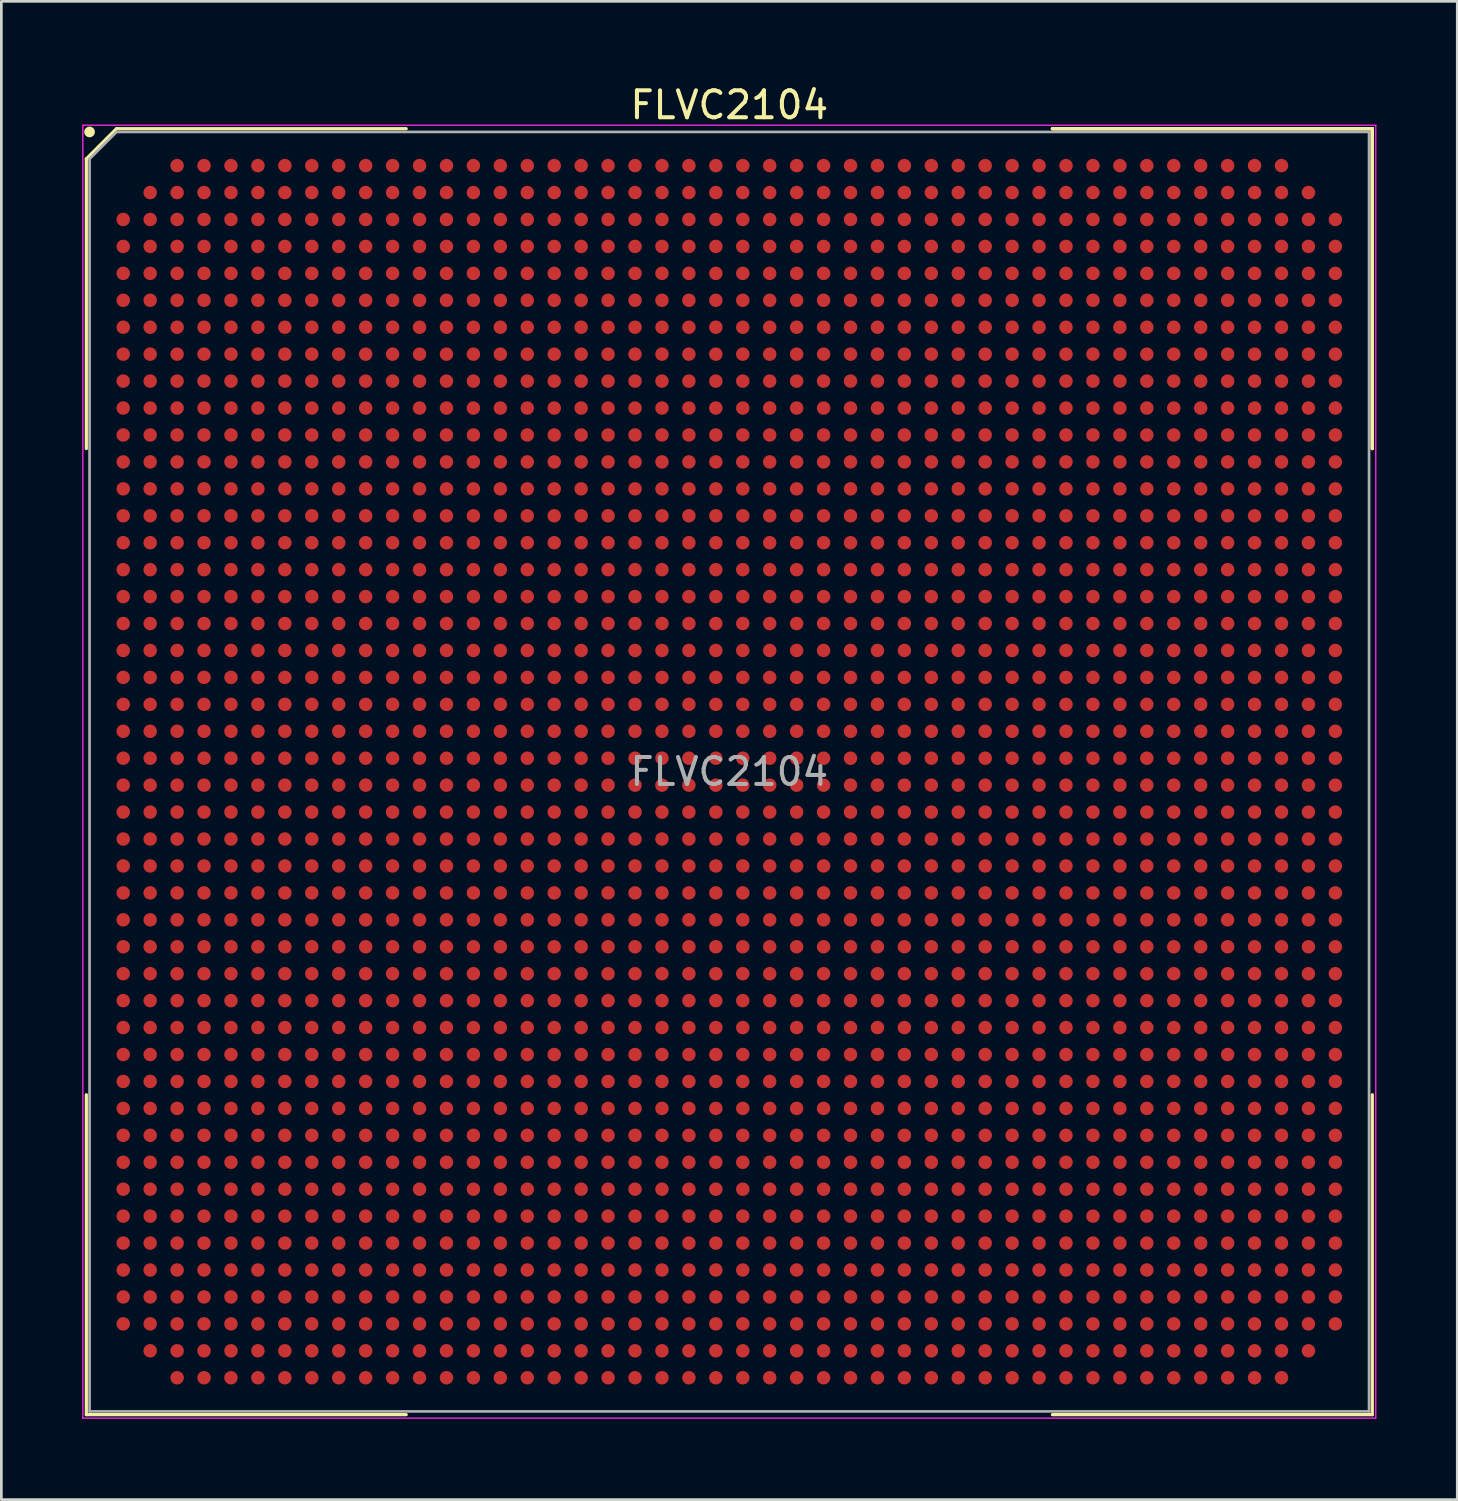
<source format=kicad_pcb>
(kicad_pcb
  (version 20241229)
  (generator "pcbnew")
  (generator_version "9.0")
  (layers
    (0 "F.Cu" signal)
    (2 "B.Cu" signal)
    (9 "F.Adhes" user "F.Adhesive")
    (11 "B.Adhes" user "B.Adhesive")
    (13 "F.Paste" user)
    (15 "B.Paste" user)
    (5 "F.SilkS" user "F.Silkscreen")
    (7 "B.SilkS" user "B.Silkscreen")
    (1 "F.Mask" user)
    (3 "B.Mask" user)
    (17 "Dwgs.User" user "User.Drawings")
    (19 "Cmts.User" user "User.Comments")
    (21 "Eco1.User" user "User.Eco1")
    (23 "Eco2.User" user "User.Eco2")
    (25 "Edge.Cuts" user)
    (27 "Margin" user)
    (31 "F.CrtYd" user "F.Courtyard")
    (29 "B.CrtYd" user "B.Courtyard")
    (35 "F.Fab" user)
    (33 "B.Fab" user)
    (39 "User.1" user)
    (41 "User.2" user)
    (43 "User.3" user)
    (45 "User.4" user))
  (footprint "FLVC2104"
    (layer "F.Cu")
    (at 24.025 25.598)
    (property "Reference" "FLVC2104" (at 0 -24.75 0) (layer "F.SilkS") (effects (font (size 1 1) (thickness 0.15))))
    (attr smd)
    (fp_line (start -23.87 -22.75) (end -23.87 -11.995) (stroke (width 0.12) (type solid)) (layer "F.SilkS"))
    (fp_line (start -23.87 23.87) (end -23.87 11.995) (stroke (width 0.12) (type solid)) (layer "F.SilkS"))
    (fp_line (start -22.75 -23.87) (end -23.87 -22.75) (stroke (width 0.12) (type solid)) (layer "F.SilkS"))
    (fp_line (start -11.995 -23.87) (end -22.75 -23.87) (stroke (width 0.12) (type solid)) (layer "F.SilkS"))
    (fp_line (start -11.995 23.87) (end -23.87 23.87) (stroke (width 0.12) (type solid)) (layer "F.SilkS"))
    (fp_line (start 11.995 -23.87) (end 23.87 -23.87) (stroke (width 0.12) (type solid)) (layer "F.SilkS"))
    (fp_line (start 11.995 -23.87) (end 23.87 -23.87) (stroke (width 0.12) (type solid)) (layer "F.SilkS"))
    (fp_line (start 11.995 -23.87) (end 23.87 -23.87) (stroke (width 0.12) (type solid)) (layer "F.SilkS"))
    (fp_line (start 11.995 23.87) (end 23.87 23.87) (stroke (width 0.12) (type solid)) (layer "F.SilkS"))
    (fp_line (start 23.87 -23.87) (end 23.87 -11.995) (stroke (width 0.12) (type solid)) (layer "F.SilkS"))
    (fp_line (start 23.87 -23.87) (end 23.87 -11.995) (stroke (width 0.12) (type solid)) (layer "F.SilkS"))
    (fp_line (start 23.87 -23.87) (end 23.87 -11.995) (stroke (width 0.12) (type solid)) (layer "F.SilkS"))
    (fp_line (start 23.87 23.87) (end 23.87 11.995) (stroke (width 0.12) (type solid)) (layer "F.SilkS"))
    (fp_circle (center -23.75 -23.75) (end -23.75 -23.65) (stroke (width 0.2) (type solid)) (fill no) (layer "F.SilkS"))
    (fp_line (start -24 -24) (end 24 -24) (stroke (width 0.05) (type solid)) (layer "F.CrtYd"))
    (fp_line (start -24 24) (end -24 -24) (stroke (width 0.05) (type solid)) (layer "F.CrtYd"))
    (fp_line (start 24 -24) (end 24 24) (stroke (width 0.05) (type solid)) (layer "F.CrtYd"))
    (fp_line (start 24 24) (end -24 24) (stroke (width 0.05) (type solid)) (layer "F.CrtYd"))
    (fp_line (start -23.75 -22.75) (end -23.75 23.75) (stroke (width 0.1) (type solid)) (layer "F.Fab"))
    (fp_line (start -23.75 23.75) (end 23.75 23.75) (stroke (width 0.1) (type solid)) (layer "F.Fab"))
    (fp_line (start -22.75 -23.75) (end -23.75 -22.75) (stroke (width 0.1) (type solid)) (layer "F.Fab"))
    (fp_line (start 23.75 -23.75) (end -22.75 -23.75) (stroke (width 0.1) (type solid)) (layer "F.Fab"))
    (fp_line (start 23.75 23.75) (end 23.75 -23.75) (stroke (width 0.1) (type solid)) (layer "F.Fab"))
    (fp_text user "${REFERENCE}" (at 0 0 0) (layer "F.Fab") (effects (font (size 1 1) (thickness 0.15))))
    (pad "A3" smd circle (at -20.5 -22.5) (size 0.5 0.5) (layers "F.Cu" "F.Mask" "F.Paste"))
    (pad "A4" smd circle (at -19.5 -22.5) (size 0.5 0.5) (layers "F.Cu" "F.Mask" "F.Paste"))
    (pad "A5" smd circle (at -18.5 -22.5) (size 0.5 0.5) (layers "F.Cu" "F.Mask" "F.Paste"))
    (pad "A6" smd circle (at -17.5 -22.5) (size 0.5 0.5) (layers "F.Cu" "F.Mask" "F.Paste"))
    (pad "A7" smd circle (at -16.5 -22.5) (size 0.5 0.5) (layers "F.Cu" "F.Mask" "F.Paste"))
    (pad "A8" smd circle (at -15.5 -22.5) (size 0.5 0.5) (layers "F.Cu" "F.Mask" "F.Paste"))
    (pad "A9" smd circle (at -14.5 -22.5) (size 0.5 0.5) (layers "F.Cu" "F.Mask" "F.Paste"))
    (pad "A10" smd circle (at -13.5 -22.5) (size 0.5 0.5) (layers "F.Cu" "F.Mask" "F.Paste"))
    (pad "A11" smd circle (at -12.5 -22.5) (size 0.5 0.5) (layers "F.Cu" "F.Mask" "F.Paste"))
    (pad "A12" smd circle (at -11.5 -22.5) (size 0.5 0.5) (layers "F.Cu" "F.Mask" "F.Paste"))
    (pad "A13" smd circle (at -10.5 -22.5) (size 0.5 0.5) (layers "F.Cu" "F.Mask" "F.Paste"))
    (pad "A14" smd circle (at -9.5 -22.5) (size 0.5 0.5) (layers "F.Cu" "F.Mask" "F.Paste"))
    (pad "A15" smd circle (at -8.5 -22.5) (size 0.5 0.5) (layers "F.Cu" "F.Mask" "F.Paste"))
    (pad "A16" smd circle (at -7.5 -22.5) (size 0.5 0.5) (layers "F.Cu" "F.Mask" "F.Paste"))
    (pad "A17" smd circle (at -6.5 -22.5) (size 0.5 0.5) (layers "F.Cu" "F.Mask" "F.Paste"))
    (pad "A18" smd circle (at -5.5 -22.5) (size 0.5 0.5) (layers "F.Cu" "F.Mask" "F.Paste"))
    (pad "A19" smd circle (at -4.5 -22.5) (size 0.5 0.5) (layers "F.Cu" "F.Mask" "F.Paste"))
    (pad "A20" smd circle (at -3.5 -22.5) (size 0.5 0.5) (layers "F.Cu" "F.Mask" "F.Paste"))
    (pad "A21" smd circle (at -2.5 -22.5) (size 0.5 0.5) (layers "F.Cu" "F.Mask" "F.Paste"))
    (pad "A22" smd circle (at -1.5 -22.5) (size 0.5 0.5) (layers "F.Cu" "F.Mask" "F.Paste"))
    (pad "A23" smd circle (at -0.5 -22.5) (size 0.5 0.5) (layers "F.Cu" "F.Mask" "F.Paste"))
    (pad "A24" smd circle (at 0.5 -22.5) (size 0.5 0.5) (layers "F.Cu" "F.Mask" "F.Paste"))
    (pad "A25" smd circle (at 1.5 -22.5) (size 0.5 0.5) (layers "F.Cu" "F.Mask" "F.Paste"))
    (pad "A26" smd circle (at 2.5 -22.5) (size 0.5 0.5) (layers "F.Cu" "F.Mask" "F.Paste"))
    (pad "A27" smd circle (at 3.5 -22.5) (size 0.5 0.5) (layers "F.Cu" "F.Mask" "F.Paste"))
    (pad "A28" smd circle (at 4.5 -22.5) (size 0.5 0.5) (layers "F.Cu" "F.Mask" "F.Paste"))
    (pad "A29" smd circle (at 5.5 -22.5) (size 0.5 0.5) (layers "F.Cu" "F.Mask" "F.Paste"))
    (pad "A30" smd circle (at 6.5 -22.5) (size 0.5 0.5) (layers "F.Cu" "F.Mask" "F.Paste"))
    (pad "A31" smd circle (at 7.5 -22.5) (size 0.5 0.5) (layers "F.Cu" "F.Mask" "F.Paste"))
    (pad "A32" smd circle (at 8.5 -22.5) (size 0.5 0.5) (layers "F.Cu" "F.Mask" "F.Paste"))
    (pad "A33" smd circle (at 9.5 -22.5) (size 0.5 0.5) (layers "F.Cu" "F.Mask" "F.Paste"))
    (pad "A34" smd circle (at 10.5 -22.5) (size 0.5 0.5) (layers "F.Cu" "F.Mask" "F.Paste"))
    (pad "A35" smd circle (at 11.5 -22.5) (size 0.5 0.5) (layers "F.Cu" "F.Mask" "F.Paste"))
    (pad "A36" smd circle (at 12.5 -22.5) (size 0.5 0.5) (layers "F.Cu" "F.Mask" "F.Paste"))
    (pad "A37" smd circle (at 13.5 -22.5) (size 0.5 0.5) (layers "F.Cu" "F.Mask" "F.Paste"))
    (pad "A38" smd circle (at 14.5 -22.5) (size 0.5 0.5) (layers "F.Cu" "F.Mask" "F.Paste"))
    (pad "A39" smd circle (at 15.5 -22.5) (size 0.5 0.5) (layers "F.Cu" "F.Mask" "F.Paste"))
    (pad "A40" smd circle (at 16.5 -22.5) (size 0.5 0.5) (layers "F.Cu" "F.Mask" "F.Paste"))
    (pad "A41" smd circle (at 17.5 -22.5) (size 0.5 0.5) (layers "F.Cu" "F.Mask" "F.Paste"))
    (pad "A42" smd circle (at 18.5 -22.5) (size 0.5 0.5) (layers "F.Cu" "F.Mask" "F.Paste"))
    (pad "A43" smd circle (at 19.5 -22.5) (size 0.5 0.5) (layers "F.Cu" "F.Mask" "F.Paste"))
    (pad "A44" smd circle (at 20.5 -22.5) (size 0.5 0.5) (layers "F.Cu" "F.Mask" "F.Paste"))
    (pad "AA1" smd circle (at -22.5 -2.5) (size 0.5 0.5) (layers "F.Cu" "F.Mask" "F.Paste"))
    (pad "AA2" smd circle (at -21.5 -2.5) (size 0.5 0.5) (layers "F.Cu" "F.Mask" "F.Paste"))
    (pad "AA3" smd circle (at -20.5 -2.5) (size 0.5 0.5) (layers "F.Cu" "F.Mask" "F.Paste"))
    (pad "AA4" smd circle (at -19.5 -2.5) (size 0.5 0.5) (layers "F.Cu" "F.Mask" "F.Paste"))
    (pad "AA5" smd circle (at -18.5 -2.5) (size 0.5 0.5) (layers "F.Cu" "F.Mask" "F.Paste"))
    (pad "AA6" smd circle (at -17.5 -2.5) (size 0.5 0.5) (layers "F.Cu" "F.Mask" "F.Paste"))
    (pad "AA7" smd circle (at -16.5 -2.5) (size 0.5 0.5) (layers "F.Cu" "F.Mask" "F.Paste"))
    (pad "AA8" smd circle (at -15.5 -2.5) (size 0.5 0.5) (layers "F.Cu" "F.Mask" "F.Paste"))
    (pad "AA9" smd circle (at -14.5 -2.5) (size 0.5 0.5) (layers "F.Cu" "F.Mask" "F.Paste"))
    (pad "AA10" smd circle (at -13.5 -2.5) (size 0.5 0.5) (layers "F.Cu" "F.Mask" "F.Paste"))
    (pad "AA11" smd circle (at -12.5 -2.5) (size 0.5 0.5) (layers "F.Cu" "F.Mask" "F.Paste"))
    (pad "AA12" smd circle (at -11.5 -2.5) (size 0.5 0.5) (layers "F.Cu" "F.Mask" "F.Paste"))
    (pad "AA13" smd circle (at -10.5 -2.5) (size 0.5 0.5) (layers "F.Cu" "F.Mask" "F.Paste"))
    (pad "AA14" smd circle (at -9.5 -2.5) (size 0.5 0.5) (layers "F.Cu" "F.Mask" "F.Paste"))
    (pad "AA15" smd circle (at -8.5 -2.5) (size 0.5 0.5) (layers "F.Cu" "F.Mask" "F.Paste"))
    (pad "AA16" smd circle (at -7.5 -2.5) (size 0.5 0.5) (layers "F.Cu" "F.Mask" "F.Paste"))
    (pad "AA17" smd circle (at -6.5 -2.5) (size 0.5 0.5) (layers "F.Cu" "F.Mask" "F.Paste"))
    (pad "AA18" smd circle (at -5.5 -2.5) (size 0.5 0.5) (layers "F.Cu" "F.Mask" "F.Paste"))
    (pad "AA19" smd circle (at -4.5 -2.5) (size 0.5 0.5) (layers "F.Cu" "F.Mask" "F.Paste"))
    (pad "AA20" smd circle (at -3.5 -2.5) (size 0.5 0.5) (layers "F.Cu" "F.Mask" "F.Paste"))
    (pad "AA21" smd circle (at -2.5 -2.5) (size 0.5 0.5) (layers "F.Cu" "F.Mask" "F.Paste"))
    (pad "AA22" smd circle (at -1.5 -2.5) (size 0.5 0.5) (layers "F.Cu" "F.Mask" "F.Paste"))
    (pad "AA23" smd circle (at -0.5 -2.5) (size 0.5 0.5) (layers "F.Cu" "F.Mask" "F.Paste"))
    (pad "AA24" smd circle (at 0.5 -2.5) (size 0.5 0.5) (layers "F.Cu" "F.Mask" "F.Paste"))
    (pad "AA25" smd circle (at 1.5 -2.5) (size 0.5 0.5) (layers "F.Cu" "F.Mask" "F.Paste"))
    (pad "AA26" smd circle (at 2.5 -2.5) (size 0.5 0.5) (layers "F.Cu" "F.Mask" "F.Paste"))
    (pad "AA27" smd circle (at 3.5 -2.5) (size 0.5 0.5) (layers "F.Cu" "F.Mask" "F.Paste"))
    (pad "AA28" smd circle (at 4.5 -2.5) (size 0.5 0.5) (layers "F.Cu" "F.Mask" "F.Paste"))
    (pad "AA29" smd circle (at 5.5 -2.5) (size 0.5 0.5) (layers "F.Cu" "F.Mask" "F.Paste"))
    (pad "AA30" smd circle (at 6.5 -2.5) (size 0.5 0.5) (layers "F.Cu" "F.Mask" "F.Paste"))
    (pad "AA31" smd circle (at 7.5 -2.5) (size 0.5 0.5) (layers "F.Cu" "F.Mask" "F.Paste"))
    (pad "AA32" smd circle (at 8.5 -2.5) (size 0.5 0.5) (layers "F.Cu" "F.Mask" "F.Paste"))
    (pad "AA33" smd circle (at 9.5 -2.5) (size 0.5 0.5) (layers "F.Cu" "F.Mask" "F.Paste"))
    (pad "AA34" smd circle (at 10.5 -2.5) (size 0.5 0.5) (layers "F.Cu" "F.Mask" "F.Paste"))
    (pad "AA35" smd circle (at 11.5 -2.5) (size 0.5 0.5) (layers "F.Cu" "F.Mask" "F.Paste"))
    (pad "AA36" smd circle (at 12.5 -2.5) (size 0.5 0.5) (layers "F.Cu" "F.Mask" "F.Paste"))
    (pad "AA37" smd circle (at 13.5 -2.5) (size 0.5 0.5) (layers "F.Cu" "F.Mask" "F.Paste"))
    (pad "AA38" smd circle (at 14.5 -2.5) (size 0.5 0.5) (layers "F.Cu" "F.Mask" "F.Paste"))
    (pad "AA39" smd circle (at 15.5 -2.5) (size 0.5 0.5) (layers "F.Cu" "F.Mask" "F.Paste"))
    (pad "AA40" smd circle (at 16.5 -2.5) (size 0.5 0.5) (layers "F.Cu" "F.Mask" "F.Paste"))
    (pad "AA41" smd circle (at 17.5 -2.5) (size 0.5 0.5) (layers "F.Cu" "F.Mask" "F.Paste"))
    (pad "AA42" smd circle (at 18.5 -2.5) (size 0.5 0.5) (layers "F.Cu" "F.Mask" "F.Paste"))
    (pad "AA43" smd circle (at 19.5 -2.5) (size 0.5 0.5) (layers "F.Cu" "F.Mask" "F.Paste"))
    (pad "AA44" smd circle (at 20.5 -2.5) (size 0.5 0.5) (layers "F.Cu" "F.Mask" "F.Paste"))
    (pad "AA45" smd circle (at 21.5 -2.5) (size 0.5 0.5) (layers "F.Cu" "F.Mask" "F.Paste"))
    (pad "AA46" smd circle (at 22.5 -2.5) (size 0.5 0.5) (layers "F.Cu" "F.Mask" "F.Paste"))
    (pad "AB1" smd circle (at -22.5 -1.5) (size 0.5 0.5) (layers "F.Cu" "F.Mask" "F.Paste"))
    (pad "AB2" smd circle (at -21.5 -1.5) (size 0.5 0.5) (layers "F.Cu" "F.Mask" "F.Paste"))
    (pad "AB3" smd circle (at -20.5 -1.5) (size 0.5 0.5) (layers "F.Cu" "F.Mask" "F.Paste"))
    (pad "AB4" smd circle (at -19.5 -1.5) (size 0.5 0.5) (layers "F.Cu" "F.Mask" "F.Paste"))
    (pad "AB5" smd circle (at -18.5 -1.5) (size 0.5 0.5) (layers "F.Cu" "F.Mask" "F.Paste"))
    (pad "AB6" smd circle (at -17.5 -1.5) (size 0.5 0.5) (layers "F.Cu" "F.Mask" "F.Paste"))
    (pad "AB7" smd circle (at -16.5 -1.5) (size 0.5 0.5) (layers "F.Cu" "F.Mask" "F.Paste"))
    (pad "AB8" smd circle (at -15.5 -1.5) (size 0.5 0.5) (layers "F.Cu" "F.Mask" "F.Paste"))
    (pad "AB9" smd circle (at -14.5 -1.5) (size 0.5 0.5) (layers "F.Cu" "F.Mask" "F.Paste"))
    (pad "AB10" smd circle (at -13.5 -1.5) (size 0.5 0.5) (layers "F.Cu" "F.Mask" "F.Paste"))
    (pad "AB11" smd circle (at -12.5 -1.5) (size 0.5 0.5) (layers "F.Cu" "F.Mask" "F.Paste"))
    (pad "AB12" smd circle (at -11.5 -1.5) (size 0.5 0.5) (layers "F.Cu" "F.Mask" "F.Paste"))
    (pad "AB13" smd circle (at -10.5 -1.5) (size 0.5 0.5) (layers "F.Cu" "F.Mask" "F.Paste"))
    (pad "AB14" smd circle (at -9.5 -1.5) (size 0.5 0.5) (layers "F.Cu" "F.Mask" "F.Paste"))
    (pad "AB15" smd circle (at -8.5 -1.5) (size 0.5 0.5) (layers "F.Cu" "F.Mask" "F.Paste"))
    (pad "AB16" smd circle (at -7.5 -1.5) (size 0.5 0.5) (layers "F.Cu" "F.Mask" "F.Paste"))
    (pad "AB17" smd circle (at -6.5 -1.5) (size 0.5 0.5) (layers "F.Cu" "F.Mask" "F.Paste"))
    (pad "AB18" smd circle (at -5.5 -1.5) (size 0.5 0.5) (layers "F.Cu" "F.Mask" "F.Paste"))
    (pad "AB19" smd circle (at -4.5 -1.5) (size 0.5 0.5) (layers "F.Cu" "F.Mask" "F.Paste"))
    (pad "AB20" smd circle (at -3.5 -1.5) (size 0.5 0.5) (layers "F.Cu" "F.Mask" "F.Paste"))
    (pad "AB21" smd circle (at -2.5 -1.5) (size 0.5 0.5) (layers "F.Cu" "F.Mask" "F.Paste"))
    (pad "AB22" smd circle (at -1.5 -1.5) (size 0.5 0.5) (layers "F.Cu" "F.Mask" "F.Paste"))
    (pad "AB23" smd circle (at -0.5 -1.5) (size 0.5 0.5) (layers "F.Cu" "F.Mask" "F.Paste"))
    (pad "AB24" smd circle (at 0.5 -1.5) (size 0.5 0.5) (layers "F.Cu" "F.Mask" "F.Paste"))
    (pad "AB25" smd circle (at 1.5 -1.5) (size 0.5 0.5) (layers "F.Cu" "F.Mask" "F.Paste"))
    (pad "AB26" smd circle (at 2.5 -1.5) (size 0.5 0.5) (layers "F.Cu" "F.Mask" "F.Paste"))
    (pad "AB27" smd circle (at 3.5 -1.5) (size 0.5 0.5) (layers "F.Cu" "F.Mask" "F.Paste"))
    (pad "AB28" smd circle (at 4.5 -1.5) (size 0.5 0.5) (layers "F.Cu" "F.Mask" "F.Paste"))
    (pad "AB29" smd circle (at 5.5 -1.5) (size 0.5 0.5) (layers "F.Cu" "F.Mask" "F.Paste"))
    (pad "AB30" smd circle (at 6.5 -1.5) (size 0.5 0.5) (layers "F.Cu" "F.Mask" "F.Paste"))
    (pad "AB31" smd circle (at 7.5 -1.5) (size 0.5 0.5) (layers "F.Cu" "F.Mask" "F.Paste"))
    (pad "AB32" smd circle (at 8.5 -1.5) (size 0.5 0.5) (layers "F.Cu" "F.Mask" "F.Paste"))
    (pad "AB33" smd circle (at 9.5 -1.5) (size 0.5 0.5) (layers "F.Cu" "F.Mask" "F.Paste"))
    (pad "AB34" smd circle (at 10.5 -1.5) (size 0.5 0.5) (layers "F.Cu" "F.Mask" "F.Paste"))
    (pad "AB35" smd circle (at 11.5 -1.5) (size 0.5 0.5) (layers "F.Cu" "F.Mask" "F.Paste"))
    (pad "AB36" smd circle (at 12.5 -1.5) (size 0.5 0.5) (layers "F.Cu" "F.Mask" "F.Paste"))
    (pad "AB37" smd circle (at 13.5 -1.5) (size 0.5 0.5) (layers "F.Cu" "F.Mask" "F.Paste"))
    (pad "AB38" smd circle (at 14.5 -1.5) (size 0.5 0.5) (layers "F.Cu" "F.Mask" "F.Paste"))
    (pad "AB39" smd circle (at 15.5 -1.5) (size 0.5 0.5) (layers "F.Cu" "F.Mask" "F.Paste"))
    (pad "AB40" smd circle (at 16.5 -1.5) (size 0.5 0.5) (layers "F.Cu" "F.Mask" "F.Paste"))
    (pad "AB41" smd circle (at 17.5 -1.5) (size 0.5 0.5) (layers "F.Cu" "F.Mask" "F.Paste"))
    (pad "AB42" smd circle (at 18.5 -1.5) (size 0.5 0.5) (layers "F.Cu" "F.Mask" "F.Paste"))
    (pad "AB43" smd circle (at 19.5 -1.5) (size 0.5 0.5) (layers "F.Cu" "F.Mask" "F.Paste"))
    (pad "AB44" smd circle (at 20.5 -1.5) (size 0.5 0.5) (layers "F.Cu" "F.Mask" "F.Paste"))
    (pad "AB45" smd circle (at 21.5 -1.5) (size 0.5 0.5) (layers "F.Cu" "F.Mask" "F.Paste"))
    (pad "AB46" smd circle (at 22.5 -1.5) (size 0.5 0.5) (layers "F.Cu" "F.Mask" "F.Paste"))
    (pad "AC1" smd circle (at -22.5 -0.5) (size 0.5 0.5) (layers "F.Cu" "F.Mask" "F.Paste"))
    (pad "AC2" smd circle (at -21.5 -0.5) (size 0.5 0.5) (layers "F.Cu" "F.Mask" "F.Paste"))
    (pad "AC3" smd circle (at -20.5 -0.5) (size 0.5 0.5) (layers "F.Cu" "F.Mask" "F.Paste"))
    (pad "AC4" smd circle (at -19.5 -0.5) (size 0.5 0.5) (layers "F.Cu" "F.Mask" "F.Paste"))
    (pad "AC5" smd circle (at -18.5 -0.5) (size 0.5 0.5) (layers "F.Cu" "F.Mask" "F.Paste"))
    (pad "AC6" smd circle (at -17.5 -0.5) (size 0.5 0.5) (layers "F.Cu" "F.Mask" "F.Paste"))
    (pad "AC7" smd circle (at -16.5 -0.5) (size 0.5 0.5) (layers "F.Cu" "F.Mask" "F.Paste"))
    (pad "AC8" smd circle (at -15.5 -0.5) (size 0.5 0.5) (layers "F.Cu" "F.Mask" "F.Paste"))
    (pad "AC9" smd circle (at -14.5 -0.5) (size 0.5 0.5) (layers "F.Cu" "F.Mask" "F.Paste"))
    (pad "AC10" smd circle (at -13.5 -0.5) (size 0.5 0.5) (layers "F.Cu" "F.Mask" "F.Paste"))
    (pad "AC11" smd circle (at -12.5 -0.5) (size 0.5 0.5) (layers "F.Cu" "F.Mask" "F.Paste"))
    (pad "AC12" smd circle (at -11.5 -0.5) (size 0.5 0.5) (layers "F.Cu" "F.Mask" "F.Paste"))
    (pad "AC13" smd circle (at -10.5 -0.5) (size 0.5 0.5) (layers "F.Cu" "F.Mask" "F.Paste"))
    (pad "AC14" smd circle (at -9.5 -0.5) (size 0.5 0.5) (layers "F.Cu" "F.Mask" "F.Paste"))
    (pad "AC15" smd circle (at -8.5 -0.5) (size 0.5 0.5) (layers "F.Cu" "F.Mask" "F.Paste"))
    (pad "AC16" smd circle (at -7.5 -0.5) (size 0.5 0.5) (layers "F.Cu" "F.Mask" "F.Paste"))
    (pad "AC17" smd circle (at -6.5 -0.5) (size 0.5 0.5) (layers "F.Cu" "F.Mask" "F.Paste"))
    (pad "AC18" smd circle (at -5.5 -0.5) (size 0.5 0.5) (layers "F.Cu" "F.Mask" "F.Paste"))
    (pad "AC19" smd circle (at -4.5 -0.5) (size 0.5 0.5) (layers "F.Cu" "F.Mask" "F.Paste"))
    (pad "AC20" smd circle (at -3.5 -0.5) (size 0.5 0.5) (layers "F.Cu" "F.Mask" "F.Paste"))
    (pad "AC21" smd circle (at -2.5 -0.5) (size 0.5 0.5) (layers "F.Cu" "F.Mask" "F.Paste"))
    (pad "AC22" smd circle (at -1.5 -0.5) (size 0.5 0.5) (layers "F.Cu" "F.Mask" "F.Paste"))
    (pad "AC23" smd circle (at -0.5 -0.5) (size 0.5 0.5) (layers "F.Cu" "F.Mask" "F.Paste"))
    (pad "AC24" smd circle (at 0.5 -0.5) (size 0.5 0.5) (layers "F.Cu" "F.Mask" "F.Paste"))
    (pad "AC25" smd circle (at 1.5 -0.5) (size 0.5 0.5) (layers "F.Cu" "F.Mask" "F.Paste"))
    (pad "AC26" smd circle (at 2.5 -0.5) (size 0.5 0.5) (layers "F.Cu" "F.Mask" "F.Paste"))
    (pad "AC27" smd circle (at 3.5 -0.5) (size 0.5 0.5) (layers "F.Cu" "F.Mask" "F.Paste"))
    (pad "AC28" smd circle (at 4.5 -0.5) (size 0.5 0.5) (layers "F.Cu" "F.Mask" "F.Paste"))
    (pad "AC29" smd circle (at 5.5 -0.5) (size 0.5 0.5) (layers "F.Cu" "F.Mask" "F.Paste"))
    (pad "AC30" smd circle (at 6.5 -0.5) (size 0.5 0.5) (layers "F.Cu" "F.Mask" "F.Paste"))
    (pad "AC31" smd circle (at 7.5 -0.5) (size 0.5 0.5) (layers "F.Cu" "F.Mask" "F.Paste"))
    (pad "AC32" smd circle (at 8.5 -0.5) (size 0.5 0.5) (layers "F.Cu" "F.Mask" "F.Paste"))
    (pad "AC33" smd circle (at 9.5 -0.5) (size 0.5 0.5) (layers "F.Cu" "F.Mask" "F.Paste"))
    (pad "AC34" smd circle (at 10.5 -0.5) (size 0.5 0.5) (layers "F.Cu" "F.Mask" "F.Paste"))
    (pad "AC35" smd circle (at 11.5 -0.5) (size 0.5 0.5) (layers "F.Cu" "F.Mask" "F.Paste"))
    (pad "AC36" smd circle (at 12.5 -0.5) (size 0.5 0.5) (layers "F.Cu" "F.Mask" "F.Paste"))
    (pad "AC37" smd circle (at 13.5 -0.5) (size 0.5 0.5) (layers "F.Cu" "F.Mask" "F.Paste"))
    (pad "AC38" smd circle (at 14.5 -0.5) (size 0.5 0.5) (layers "F.Cu" "F.Mask" "F.Paste"))
    (pad "AC39" smd circle (at 15.5 -0.5) (size 0.5 0.5) (layers "F.Cu" "F.Mask" "F.Paste"))
    (pad "AC40" smd circle (at 16.5 -0.5) (size 0.5 0.5) (layers "F.Cu" "F.Mask" "F.Paste"))
    (pad "AC41" smd circle (at 17.5 -0.5) (size 0.5 0.5) (layers "F.Cu" "F.Mask" "F.Paste"))
    (pad "AC42" smd circle (at 18.5 -0.5) (size 0.5 0.5) (layers "F.Cu" "F.Mask" "F.Paste"))
    (pad "AC43" smd circle (at 19.5 -0.5) (size 0.5 0.5) (layers "F.Cu" "F.Mask" "F.Paste"))
    (pad "AC44" smd circle (at 20.5 -0.5) (size 0.5 0.5) (layers "F.Cu" "F.Mask" "F.Paste"))
    (pad "AC45" smd circle (at 21.5 -0.5) (size 0.5 0.5) (layers "F.Cu" "F.Mask" "F.Paste"))
    (pad "AC46" smd circle (at 22.5 -0.5) (size 0.5 0.5) (layers "F.Cu" "F.Mask" "F.Paste"))
    (pad "AD1" smd circle (at -22.5 0.5) (size 0.5 0.5) (layers "F.Cu" "F.Mask" "F.Paste"))
    (pad "AD2" smd circle (at -21.5 0.5) (size 0.5 0.5) (layers "F.Cu" "F.Mask" "F.Paste"))
    (pad "AD3" smd circle (at -20.5 0.5) (size 0.5 0.5) (layers "F.Cu" "F.Mask" "F.Paste"))
    (pad "AD4" smd circle (at -19.5 0.5) (size 0.5 0.5) (layers "F.Cu" "F.Mask" "F.Paste"))
    (pad "AD5" smd circle (at -18.5 0.5) (size 0.5 0.5) (layers "F.Cu" "F.Mask" "F.Paste"))
    (pad "AD6" smd circle (at -17.5 0.5) (size 0.5 0.5) (layers "F.Cu" "F.Mask" "F.Paste"))
    (pad "AD7" smd circle (at -16.5 0.5) (size 0.5 0.5) (layers "F.Cu" "F.Mask" "F.Paste"))
    (pad "AD8" smd circle (at -15.5 0.5) (size 0.5 0.5) (layers "F.Cu" "F.Mask" "F.Paste"))
    (pad "AD9" smd circle (at -14.5 0.5) (size 0.5 0.5) (layers "F.Cu" "F.Mask" "F.Paste"))
    (pad "AD10" smd circle (at -13.5 0.5) (size 0.5 0.5) (layers "F.Cu" "F.Mask" "F.Paste"))
    (pad "AD11" smd circle (at -12.5 0.5) (size 0.5 0.5) (layers "F.Cu" "F.Mask" "F.Paste"))
    (pad "AD12" smd circle (at -11.5 0.5) (size 0.5 0.5) (layers "F.Cu" "F.Mask" "F.Paste"))
    (pad "AD13" smd circle (at -10.5 0.5) (size 0.5 0.5) (layers "F.Cu" "F.Mask" "F.Paste"))
    (pad "AD14" smd circle (at -9.5 0.5) (size 0.5 0.5) (layers "F.Cu" "F.Mask" "F.Paste"))
    (pad "AD15" smd circle (at -8.5 0.5) (size 0.5 0.5) (layers "F.Cu" "F.Mask" "F.Paste"))
    (pad "AD16" smd circle (at -7.5 0.5) (size 0.5 0.5) (layers "F.Cu" "F.Mask" "F.Paste"))
    (pad "AD17" smd circle (at -6.5 0.5) (size 0.5 0.5) (layers "F.Cu" "F.Mask" "F.Paste"))
    (pad "AD18" smd circle (at -5.5 0.5) (size 0.5 0.5) (layers "F.Cu" "F.Mask" "F.Paste"))
    (pad "AD19" smd circle (at -4.5 0.5) (size 0.5 0.5) (layers "F.Cu" "F.Mask" "F.Paste"))
    (pad "AD20" smd circle (at -3.5 0.5) (size 0.5 0.5) (layers "F.Cu" "F.Mask" "F.Paste"))
    (pad "AD21" smd circle (at -2.5 0.5) (size 0.5 0.5) (layers "F.Cu" "F.Mask" "F.Paste"))
    (pad "AD22" smd circle (at -1.5 0.5) (size 0.5 0.5) (layers "F.Cu" "F.Mask" "F.Paste"))
    (pad "AD23" smd circle (at -0.5 0.5) (size 0.5 0.5) (layers "F.Cu" "F.Mask" "F.Paste"))
    (pad "AD24" smd circle (at 0.5 0.5) (size 0.5 0.5) (layers "F.Cu" "F.Mask" "F.Paste"))
    (pad "AD25" smd circle (at 1.5 0.5) (size 0.5 0.5) (layers "F.Cu" "F.Mask" "F.Paste"))
    (pad "AD26" smd circle (at 2.5 0.5) (size 0.5 0.5) (layers "F.Cu" "F.Mask" "F.Paste"))
    (pad "AD27" smd circle (at 3.5 0.5) (size 0.5 0.5) (layers "F.Cu" "F.Mask" "F.Paste"))
    (pad "AD28" smd circle (at 4.5 0.5) (size 0.5 0.5) (layers "F.Cu" "F.Mask" "F.Paste"))
    (pad "AD29" smd circle (at 5.5 0.5) (size 0.5 0.5) (layers "F.Cu" "F.Mask" "F.Paste"))
    (pad "AD30" smd circle (at 6.5 0.5) (size 0.5 0.5) (layers "F.Cu" "F.Mask" "F.Paste"))
    (pad "AD31" smd circle (at 7.5 0.5) (size 0.5 0.5) (layers "F.Cu" "F.Mask" "F.Paste"))
    (pad "AD32" smd circle (at 8.5 0.5) (size 0.5 0.5) (layers "F.Cu" "F.Mask" "F.Paste"))
    (pad "AD33" smd circle (at 9.5 0.5) (size 0.5 0.5) (layers "F.Cu" "F.Mask" "F.Paste"))
    (pad "AD34" smd circle (at 10.5 0.5) (size 0.5 0.5) (layers "F.Cu" "F.Mask" "F.Paste"))
    (pad "AD35" smd circle (at 11.5 0.5) (size 0.5 0.5) (layers "F.Cu" "F.Mask" "F.Paste"))
    (pad "AD36" smd circle (at 12.5 0.5) (size 0.5 0.5) (layers "F.Cu" "F.Mask" "F.Paste"))
    (pad "AD37" smd circle (at 13.5 0.5) (size 0.5 0.5) (layers "F.Cu" "F.Mask" "F.Paste"))
    (pad "AD38" smd circle (at 14.5 0.5) (size 0.5 0.5) (layers "F.Cu" "F.Mask" "F.Paste"))
    (pad "AD39" smd circle (at 15.5 0.5) (size 0.5 0.5) (layers "F.Cu" "F.Mask" "F.Paste"))
    (pad "AD40" smd circle (at 16.5 0.5) (size 0.5 0.5) (layers "F.Cu" "F.Mask" "F.Paste"))
    (pad "AD41" smd circle (at 17.5 0.5) (size 0.5 0.5) (layers "F.Cu" "F.Mask" "F.Paste"))
    (pad "AD42" smd circle (at 18.5 0.5) (size 0.5 0.5) (layers "F.Cu" "F.Mask" "F.Paste"))
    (pad "AD43" smd circle (at 19.5 0.5) (size 0.5 0.5) (layers "F.Cu" "F.Mask" "F.Paste"))
    (pad "AD44" smd circle (at 20.5 0.5) (size 0.5 0.5) (layers "F.Cu" "F.Mask" "F.Paste"))
    (pad "AD45" smd circle (at 21.5 0.5) (size 0.5 0.5) (layers "F.Cu" "F.Mask" "F.Paste"))
    (pad "AD46" smd circle (at 22.5 0.5) (size 0.5 0.5) (layers "F.Cu" "F.Mask" "F.Paste"))
    (pad "AE1" smd circle (at -22.5 1.5) (size 0.5 0.5) (layers "F.Cu" "F.Mask" "F.Paste"))
    (pad "AE2" smd circle (at -21.5 1.5) (size 0.5 0.5) (layers "F.Cu" "F.Mask" "F.Paste"))
    (pad "AE3" smd circle (at -20.5 1.5) (size 0.5 0.5) (layers "F.Cu" "F.Mask" "F.Paste"))
    (pad "AE4" smd circle (at -19.5 1.5) (size 0.5 0.5) (layers "F.Cu" "F.Mask" "F.Paste"))
    (pad "AE5" smd circle (at -18.5 1.5) (size 0.5 0.5) (layers "F.Cu" "F.Mask" "F.Paste"))
    (pad "AE6" smd circle (at -17.5 1.5) (size 0.5 0.5) (layers "F.Cu" "F.Mask" "F.Paste"))
    (pad "AE7" smd circle (at -16.5 1.5) (size 0.5 0.5) (layers "F.Cu" "F.Mask" "F.Paste"))
    (pad "AE8" smd circle (at -15.5 1.5) (size 0.5 0.5) (layers "F.Cu" "F.Mask" "F.Paste"))
    (pad "AE9" smd circle (at -14.5 1.5) (size 0.5 0.5) (layers "F.Cu" "F.Mask" "F.Paste"))
    (pad "AE10" smd circle (at -13.5 1.5) (size 0.5 0.5) (layers "F.Cu" "F.Mask" "F.Paste"))
    (pad "AE11" smd circle (at -12.5 1.5) (size 0.5 0.5) (layers "F.Cu" "F.Mask" "F.Paste"))
    (pad "AE12" smd circle (at -11.5 1.5) (size 0.5 0.5) (layers "F.Cu" "F.Mask" "F.Paste"))
    (pad "AE13" smd circle (at -10.5 1.5) (size 0.5 0.5) (layers "F.Cu" "F.Mask" "F.Paste"))
    (pad "AE14" smd circle (at -9.5 1.5) (size 0.5 0.5) (layers "F.Cu" "F.Mask" "F.Paste"))
    (pad "AE15" smd circle (at -8.5 1.5) (size 0.5 0.5) (layers "F.Cu" "F.Mask" "F.Paste"))
    (pad "AE16" smd circle (at -7.5 1.5) (size 0.5 0.5) (layers "F.Cu" "F.Mask" "F.Paste"))
    (pad "AE17" smd circle (at -6.5 1.5) (size 0.5 0.5) (layers "F.Cu" "F.Mask" "F.Paste"))
    (pad "AE18" smd circle (at -5.5 1.5) (size 0.5 0.5) (layers "F.Cu" "F.Mask" "F.Paste"))
    (pad "AE19" smd circle (at -4.5 1.5) (size 0.5 0.5) (layers "F.Cu" "F.Mask" "F.Paste"))
    (pad "AE20" smd circle (at -3.5 1.5) (size 0.5 0.5) (layers "F.Cu" "F.Mask" "F.Paste"))
    (pad "AE21" smd circle (at -2.5 1.5) (size 0.5 0.5) (layers "F.Cu" "F.Mask" "F.Paste"))
    (pad "AE22" smd circle (at -1.5 1.5) (size 0.5 0.5) (layers "F.Cu" "F.Mask" "F.Paste"))
    (pad "AE23" smd circle (at -0.5 1.5) (size 0.5 0.5) (layers "F.Cu" "F.Mask" "F.Paste"))
    (pad "AE24" smd circle (at 0.5 1.5) (size 0.5 0.5) (layers "F.Cu" "F.Mask" "F.Paste"))
    (pad "AE25" smd circle (at 1.5 1.5) (size 0.5 0.5) (layers "F.Cu" "F.Mask" "F.Paste"))
    (pad "AE26" smd circle (at 2.5 1.5) (size 0.5 0.5) (layers "F.Cu" "F.Mask" "F.Paste"))
    (pad "AE27" smd circle (at 3.5 1.5) (size 0.5 0.5) (layers "F.Cu" "F.Mask" "F.Paste"))
    (pad "AE28" smd circle (at 4.5 1.5) (size 0.5 0.5) (layers "F.Cu" "F.Mask" "F.Paste"))
    (pad "AE29" smd circle (at 5.5 1.5) (size 0.5 0.5) (layers "F.Cu" "F.Mask" "F.Paste"))
    (pad "AE30" smd circle (at 6.5 1.5) (size 0.5 0.5) (layers "F.Cu" "F.Mask" "F.Paste"))
    (pad "AE31" smd circle (at 7.5 1.5) (size 0.5 0.5) (layers "F.Cu" "F.Mask" "F.Paste"))
    (pad "AE32" smd circle (at 8.5 1.5) (size 0.5 0.5) (layers "F.Cu" "F.Mask" "F.Paste"))
    (pad "AE33" smd circle (at 9.5 1.5) (size 0.5 0.5) (layers "F.Cu" "F.Mask" "F.Paste"))
    (pad "AE34" smd circle (at 10.5 1.5) (size 0.5 0.5) (layers "F.Cu" "F.Mask" "F.Paste"))
    (pad "AE35" smd circle (at 11.5 1.5) (size 0.5 0.5) (layers "F.Cu" "F.Mask" "F.Paste"))
    (pad "AE36" smd circle (at 12.5 1.5) (size 0.5 0.5) (layers "F.Cu" "F.Mask" "F.Paste"))
    (pad "AE37" smd circle (at 13.5 1.5) (size 0.5 0.5) (layers "F.Cu" "F.Mask" "F.Paste"))
    (pad "AE38" smd circle (at 14.5 1.5) (size 0.5 0.5) (layers "F.Cu" "F.Mask" "F.Paste"))
    (pad "AE39" smd circle (at 15.5 1.5) (size 0.5 0.5) (layers "F.Cu" "F.Mask" "F.Paste"))
    (pad "AE40" smd circle (at 16.5 1.5) (size 0.5 0.5) (layers "F.Cu" "F.Mask" "F.Paste"))
    (pad "AE41" smd circle (at 17.5 1.5) (size 0.5 0.5) (layers "F.Cu" "F.Mask" "F.Paste"))
    (pad "AE42" smd circle (at 18.5 1.5) (size 0.5 0.5) (layers "F.Cu" "F.Mask" "F.Paste"))
    (pad "AE43" smd circle (at 19.5 1.5) (size 0.5 0.5) (layers "F.Cu" "F.Mask" "F.Paste"))
    (pad "AE44" smd circle (at 20.5 1.5) (size 0.5 0.5) (layers "F.Cu" "F.Mask" "F.Paste"))
    (pad "AE45" smd circle (at 21.5 1.5) (size 0.5 0.5) (layers "F.Cu" "F.Mask" "F.Paste"))
    (pad "AE46" smd circle (at 22.5 1.5) (size 0.5 0.5) (layers "F.Cu" "F.Mask" "F.Paste"))
    (pad "AF1" smd circle (at -22.5 2.5) (size 0.5 0.5) (layers "F.Cu" "F.Mask" "F.Paste"))
    (pad "AF2" smd circle (at -21.5 2.5) (size 0.5 0.5) (layers "F.Cu" "F.Mask" "F.Paste"))
    (pad "AF3" smd circle (at -20.5 2.5) (size 0.5 0.5) (layers "F.Cu" "F.Mask" "F.Paste"))
    (pad "AF4" smd circle (at -19.5 2.5) (size 0.5 0.5) (layers "F.Cu" "F.Mask" "F.Paste"))
    (pad "AF5" smd circle (at -18.5 2.5) (size 0.5 0.5) (layers "F.Cu" "F.Mask" "F.Paste"))
    (pad "AF6" smd circle (at -17.5 2.5) (size 0.5 0.5) (layers "F.Cu" "F.Mask" "F.Paste"))
    (pad "AF7" smd circle (at -16.5 2.5) (size 0.5 0.5) (layers "F.Cu" "F.Mask" "F.Paste"))
    (pad "AF8" smd circle (at -15.5 2.5) (size 0.5 0.5) (layers "F.Cu" "F.Mask" "F.Paste"))
    (pad "AF9" smd circle (at -14.5 2.5) (size 0.5 0.5) (layers "F.Cu" "F.Mask" "F.Paste"))
    (pad "AF10" smd circle (at -13.5 2.5) (size 0.5 0.5) (layers "F.Cu" "F.Mask" "F.Paste"))
    (pad "AF11" smd circle (at -12.5 2.5) (size 0.5 0.5) (layers "F.Cu" "F.Mask" "F.Paste"))
    (pad "AF12" smd circle (at -11.5 2.5) (size 0.5 0.5) (layers "F.Cu" "F.Mask" "F.Paste"))
    (pad "AF13" smd circle (at -10.5 2.5) (size 0.5 0.5) (layers "F.Cu" "F.Mask" "F.Paste"))
    (pad "AF14" smd circle (at -9.5 2.5) (size 0.5 0.5) (layers "F.Cu" "F.Mask" "F.Paste"))
    (pad "AF15" smd circle (at -8.5 2.5) (size 0.5 0.5) (layers "F.Cu" "F.Mask" "F.Paste"))
    (pad "AF16" smd circle (at -7.5 2.5) (size 0.5 0.5) (layers "F.Cu" "F.Mask" "F.Paste"))
    (pad "AF17" smd circle (at -6.5 2.5) (size 0.5 0.5) (layers "F.Cu" "F.Mask" "F.Paste"))
    (pad "AF18" smd circle (at -5.5 2.5) (size 0.5 0.5) (layers "F.Cu" "F.Mask" "F.Paste"))
    (pad "AF19" smd circle (at -4.5 2.5) (size 0.5 0.5) (layers "F.Cu" "F.Mask" "F.Paste"))
    (pad "AF20" smd circle (at -3.5 2.5) (size 0.5 0.5) (layers "F.Cu" "F.Mask" "F.Paste"))
    (pad "AF21" smd circle (at -2.5 2.5) (size 0.5 0.5) (layers "F.Cu" "F.Mask" "F.Paste"))
    (pad "AF22" smd circle (at -1.5 2.5) (size 0.5 0.5) (layers "F.Cu" "F.Mask" "F.Paste"))
    (pad "AF23" smd circle (at -0.5 2.5) (size 0.5 0.5) (layers "F.Cu" "F.Mask" "F.Paste"))
    (pad "AF24" smd circle (at 0.5 2.5) (size 0.5 0.5) (layers "F.Cu" "F.Mask" "F.Paste"))
    (pad "AF25" smd circle (at 1.5 2.5) (size 0.5 0.5) (layers "F.Cu" "F.Mask" "F.Paste"))
    (pad "AF26" smd circle (at 2.5 2.5) (size 0.5 0.5) (layers "F.Cu" "F.Mask" "F.Paste"))
    (pad "AF27" smd circle (at 3.5 2.5) (size 0.5 0.5) (layers "F.Cu" "F.Mask" "F.Paste"))
    (pad "AF28" smd circle (at 4.5 2.5) (size 0.5 0.5) (layers "F.Cu" "F.Mask" "F.Paste"))
    (pad "AF29" smd circle (at 5.5 2.5) (size 0.5 0.5) (layers "F.Cu" "F.Mask" "F.Paste"))
    (pad "AF30" smd circle (at 6.5 2.5) (size 0.5 0.5) (layers "F.Cu" "F.Mask" "F.Paste"))
    (pad "AF31" smd circle (at 7.5 2.5) (size 0.5 0.5) (layers "F.Cu" "F.Mask" "F.Paste"))
    (pad "AF32" smd circle (at 8.5 2.5) (size 0.5 0.5) (layers "F.Cu" "F.Mask" "F.Paste"))
    (pad "AF33" smd circle (at 9.5 2.5) (size 0.5 0.5) (layers "F.Cu" "F.Mask" "F.Paste"))
    (pad "AF34" smd circle (at 10.5 2.5) (size 0.5 0.5) (layers "F.Cu" "F.Mask" "F.Paste"))
    (pad "AF35" smd circle (at 11.5 2.5) (size 0.5 0.5) (layers "F.Cu" "F.Mask" "F.Paste"))
    (pad "AF36" smd circle (at 12.5 2.5) (size 0.5 0.5) (layers "F.Cu" "F.Mask" "F.Paste"))
    (pad "AF37" smd circle (at 13.5 2.5) (size 0.5 0.5) (layers "F.Cu" "F.Mask" "F.Paste"))
    (pad "AF38" smd circle (at 14.5 2.5) (size 0.5 0.5) (layers "F.Cu" "F.Mask" "F.Paste"))
    (pad "AF39" smd circle (at 15.5 2.5) (size 0.5 0.5) (layers "F.Cu" "F.Mask" "F.Paste"))
    (pad "AF40" smd circle (at 16.5 2.5) (size 0.5 0.5) (layers "F.Cu" "F.Mask" "F.Paste"))
    (pad "AF41" smd circle (at 17.5 2.5) (size 0.5 0.5) (layers "F.Cu" "F.Mask" "F.Paste"))
    (pad "AF42" smd circle (at 18.5 2.5) (size 0.5 0.5) (layers "F.Cu" "F.Mask" "F.Paste"))
    (pad "AF43" smd circle (at 19.5 2.5) (size 0.5 0.5) (layers "F.Cu" "F.Mask" "F.Paste"))
    (pad "AF44" smd circle (at 20.5 2.5) (size 0.5 0.5) (layers "F.Cu" "F.Mask" "F.Paste"))
    (pad "AF45" smd circle (at 21.5 2.5) (size 0.5 0.5) (layers "F.Cu" "F.Mask" "F.Paste"))
    (pad "AF46" smd circle (at 22.5 2.5) (size 0.5 0.5) (layers "F.Cu" "F.Mask" "F.Paste"))
    (pad "AG1" smd circle (at -22.5 3.5) (size 0.5 0.5) (layers "F.Cu" "F.Mask" "F.Paste"))
    (pad "AG2" smd circle (at -21.5 3.5) (size 0.5 0.5) (layers "F.Cu" "F.Mask" "F.Paste"))
    (pad "AG3" smd circle (at -20.5 3.5) (size 0.5 0.5) (layers "F.Cu" "F.Mask" "F.Paste"))
    (pad "AG4" smd circle (at -19.5 3.5) (size 0.5 0.5) (layers "F.Cu" "F.Mask" "F.Paste"))
    (pad "AG5" smd circle (at -18.5 3.5) (size 0.5 0.5) (layers "F.Cu" "F.Mask" "F.Paste"))
    (pad "AG6" smd circle (at -17.5 3.5) (size 0.5 0.5) (layers "F.Cu" "F.Mask" "F.Paste"))
    (pad "AG7" smd circle (at -16.5 3.5) (size 0.5 0.5) (layers "F.Cu" "F.Mask" "F.Paste"))
    (pad "AG8" smd circle (at -15.5 3.5) (size 0.5 0.5) (layers "F.Cu" "F.Mask" "F.Paste"))
    (pad "AG9" smd circle (at -14.5 3.5) (size 0.5 0.5) (layers "F.Cu" "F.Mask" "F.Paste"))
    (pad "AG10" smd circle (at -13.5 3.5) (size 0.5 0.5) (layers "F.Cu" "F.Mask" "F.Paste"))
    (pad "AG11" smd circle (at -12.5 3.5) (size 0.5 0.5) (layers "F.Cu" "F.Mask" "F.Paste"))
    (pad "AG12" smd circle (at -11.5 3.5) (size 0.5 0.5) (layers "F.Cu" "F.Mask" "F.Paste"))
    (pad "AG13" smd circle (at -10.5 3.5) (size 0.5 0.5) (layers "F.Cu" "F.Mask" "F.Paste"))
    (pad "AG14" smd circle (at -9.5 3.5) (size 0.5 0.5) (layers "F.Cu" "F.Mask" "F.Paste"))
    (pad "AG15" smd circle (at -8.5 3.5) (size 0.5 0.5) (layers "F.Cu" "F.Mask" "F.Paste"))
    (pad "AG16" smd circle (at -7.5 3.5) (size 0.5 0.5) (layers "F.Cu" "F.Mask" "F.Paste"))
    (pad "AG17" smd circle (at -6.5 3.5) (size 0.5 0.5) (layers "F.Cu" "F.Mask" "F.Paste"))
    (pad "AG18" smd circle (at -5.5 3.5) (size 0.5 0.5) (layers "F.Cu" "F.Mask" "F.Paste"))
    (pad "AG19" smd circle (at -4.5 3.5) (size 0.5 0.5) (layers "F.Cu" "F.Mask" "F.Paste"))
    (pad "AG20" smd circle (at -3.5 3.5) (size 0.5 0.5) (layers "F.Cu" "F.Mask" "F.Paste"))
    (pad "AG21" smd circle (at -2.5 3.5) (size 0.5 0.5) (layers "F.Cu" "F.Mask" "F.Paste"))
    (pad "AG22" smd circle (at -1.5 3.5) (size 0.5 0.5) (layers "F.Cu" "F.Mask" "F.Paste"))
    (pad "AG23" smd circle (at -0.5 3.5) (size 0.5 0.5) (layers "F.Cu" "F.Mask" "F.Paste"))
    (pad "AG24" smd circle (at 0.5 3.5) (size 0.5 0.5) (layers "F.Cu" "F.Mask" "F.Paste"))
    (pad "AG25" smd circle (at 1.5 3.5) (size 0.5 0.5) (layers "F.Cu" "F.Mask" "F.Paste"))
    (pad "AG26" smd circle (at 2.5 3.5) (size 0.5 0.5) (layers "F.Cu" "F.Mask" "F.Paste"))
    (pad "AG27" smd circle (at 3.5 3.5) (size 0.5 0.5) (layers "F.Cu" "F.Mask" "F.Paste"))
    (pad "AG28" smd circle (at 4.5 3.5) (size 0.5 0.5) (layers "F.Cu" "F.Mask" "F.Paste"))
    (pad "AG29" smd circle (at 5.5 3.5) (size 0.5 0.5) (layers "F.Cu" "F.Mask" "F.Paste"))
    (pad "AG30" smd circle (at 6.5 3.5) (size 0.5 0.5) (layers "F.Cu" "F.Mask" "F.Paste"))
    (pad "AG31" smd circle (at 7.5 3.5) (size 0.5 0.5) (layers "F.Cu" "F.Mask" "F.Paste"))
    (pad "AG32" smd circle (at 8.5 3.5) (size 0.5 0.5) (layers "F.Cu" "F.Mask" "F.Paste"))
    (pad "AG33" smd circle (at 9.5 3.5) (size 0.5 0.5) (layers "F.Cu" "F.Mask" "F.Paste"))
    (pad "AG34" smd circle (at 10.5 3.5) (size 0.5 0.5) (layers "F.Cu" "F.Mask" "F.Paste"))
    (pad "AG35" smd circle (at 11.5 3.5) (size 0.5 0.5) (layers "F.Cu" "F.Mask" "F.Paste"))
    (pad "AG36" smd circle (at 12.5 3.5) (size 0.5 0.5) (layers "F.Cu" "F.Mask" "F.Paste"))
    (pad "AG37" smd circle (at 13.5 3.5) (size 0.5 0.5) (layers "F.Cu" "F.Mask" "F.Paste"))
    (pad "AG38" smd circle (at 14.5 3.5) (size 0.5 0.5) (layers "F.Cu" "F.Mask" "F.Paste"))
    (pad "AG39" smd circle (at 15.5 3.5) (size 0.5 0.5) (layers "F.Cu" "F.Mask" "F.Paste"))
    (pad "AG40" smd circle (at 16.5 3.5) (size 0.5 0.5) (layers "F.Cu" "F.Mask" "F.Paste"))
    (pad "AG41" smd circle (at 17.5 3.5) (size 0.5 0.5) (layers "F.Cu" "F.Mask" "F.Paste"))
    (pad "AG42" smd circle (at 18.5 3.5) (size 0.5 0.5) (layers "F.Cu" "F.Mask" "F.Paste"))
    (pad "AG43" smd circle (at 19.5 3.5) (size 0.5 0.5) (layers "F.Cu" "F.Mask" "F.Paste"))
    (pad "AG44" smd circle (at 20.5 3.5) (size 0.5 0.5) (layers "F.Cu" "F.Mask" "F.Paste"))
    (pad "AG45" smd circle (at 21.5 3.5) (size 0.5 0.5) (layers "F.Cu" "F.Mask" "F.Paste"))
    (pad "AG46" smd circle (at 22.5 3.5) (size 0.5 0.5) (layers "F.Cu" "F.Mask" "F.Paste"))
    (pad "AH1" smd circle (at -22.5 4.5) (size 0.5 0.5) (layers "F.Cu" "F.Mask" "F.Paste"))
    (pad "AH2" smd circle (at -21.5 4.5) (size 0.5 0.5) (layers "F.Cu" "F.Mask" "F.Paste"))
    (pad "AH3" smd circle (at -20.5 4.5) (size 0.5 0.5) (layers "F.Cu" "F.Mask" "F.Paste"))
    (pad "AH4" smd circle (at -19.5 4.5) (size 0.5 0.5) (layers "F.Cu" "F.Mask" "F.Paste"))
    (pad "AH5" smd circle (at -18.5 4.5) (size 0.5 0.5) (layers "F.Cu" "F.Mask" "F.Paste"))
    (pad "AH6" smd circle (at -17.5 4.5) (size 0.5 0.5) (layers "F.Cu" "F.Mask" "F.Paste"))
    (pad "AH7" smd circle (at -16.5 4.5) (size 0.5 0.5) (layers "F.Cu" "F.Mask" "F.Paste"))
    (pad "AH8" smd circle (at -15.5 4.5) (size 0.5 0.5) (layers "F.Cu" "F.Mask" "F.Paste"))
    (pad "AH9" smd circle (at -14.5 4.5) (size 0.5 0.5) (layers "F.Cu" "F.Mask" "F.Paste"))
    (pad "AH10" smd circle (at -13.5 4.5) (size 0.5 0.5) (layers "F.Cu" "F.Mask" "F.Paste"))
    (pad "AH11" smd circle (at -12.5 4.5) (size 0.5 0.5) (layers "F.Cu" "F.Mask" "F.Paste"))
    (pad "AH12" smd circle (at -11.5 4.5) (size 0.5 0.5) (layers "F.Cu" "F.Mask" "F.Paste"))
    (pad "AH13" smd circle (at -10.5 4.5) (size 0.5 0.5) (layers "F.Cu" "F.Mask" "F.Paste"))
    (pad "AH14" smd circle (at -9.5 4.5) (size 0.5 0.5) (layers "F.Cu" "F.Mask" "F.Paste"))
    (pad "AH15" smd circle (at -8.5 4.5) (size 0.5 0.5) (layers "F.Cu" "F.Mask" "F.Paste"))
    (pad "AH16" smd circle (at -7.5 4.5) (size 0.5 0.5) (layers "F.Cu" "F.Mask" "F.Paste"))
    (pad "AH17" smd circle (at -6.5 4.5) (size 0.5 0.5) (layers "F.Cu" "F.Mask" "F.Paste"))
    (pad "AH18" smd circle (at -5.5 4.5) (size 0.5 0.5) (layers "F.Cu" "F.Mask" "F.Paste"))
    (pad "AH19" smd circle (at -4.5 4.5) (size 0.5 0.5) (layers "F.Cu" "F.Mask" "F.Paste"))
    (pad "AH20" smd circle (at -3.5 4.5) (size 0.5 0.5) (layers "F.Cu" "F.Mask" "F.Paste"))
    (pad "AH21" smd circle (at -2.5 4.5) (size 0.5 0.5) (layers "F.Cu" "F.Mask" "F.Paste"))
    (pad "AH22" smd circle (at -1.5 4.5) (size 0.5 0.5) (layers "F.Cu" "F.Mask" "F.Paste"))
    (pad "AH23" smd circle (at -0.5 4.5) (size 0.5 0.5) (layers "F.Cu" "F.Mask" "F.Paste"))
    (pad "AH24" smd circle (at 0.5 4.5) (size 0.5 0.5) (layers "F.Cu" "F.Mask" "F.Paste"))
    (pad "AH25" smd circle (at 1.5 4.5) (size 0.5 0.5) (layers "F.Cu" "F.Mask" "F.Paste"))
    (pad "AH26" smd circle (at 2.5 4.5) (size 0.5 0.5) (layers "F.Cu" "F.Mask" "F.Paste"))
    (pad "AH27" smd circle (at 3.5 4.5) (size 0.5 0.5) (layers "F.Cu" "F.Mask" "F.Paste"))
    (pad "AH28" smd circle (at 4.5 4.5) (size 0.5 0.5) (layers "F.Cu" "F.Mask" "F.Paste"))
    (pad "AH29" smd circle (at 5.5 4.5) (size 0.5 0.5) (layers "F.Cu" "F.Mask" "F.Paste"))
    (pad "AH30" smd circle (at 6.5 4.5) (size 0.5 0.5) (layers "F.Cu" "F.Mask" "F.Paste"))
    (pad "AH31" smd circle (at 7.5 4.5) (size 0.5 0.5) (layers "F.Cu" "F.Mask" "F.Paste"))
    (pad "AH32" smd circle (at 8.5 4.5) (size 0.5 0.5) (layers "F.Cu" "F.Mask" "F.Paste"))
    (pad "AH33" smd circle (at 9.5 4.5) (size 0.5 0.5) (layers "F.Cu" "F.Mask" "F.Paste"))
    (pad "AH34" smd circle (at 10.5 4.5) (size 0.5 0.5) (layers "F.Cu" "F.Mask" "F.Paste"))
    (pad "AH35" smd circle (at 11.5 4.5) (size 0.5 0.5) (layers "F.Cu" "F.Mask" "F.Paste"))
    (pad "AH36" smd circle (at 12.5 4.5) (size 0.5 0.5) (layers "F.Cu" "F.Mask" "F.Paste"))
    (pad "AH37" smd circle (at 13.5 4.5) (size 0.5 0.5) (layers "F.Cu" "F.Mask" "F.Paste"))
    (pad "AH38" smd circle (at 14.5 4.5) (size 0.5 0.5) (layers "F.Cu" "F.Mask" "F.Paste"))
    (pad "AH39" smd circle (at 15.5 4.5) (size 0.5 0.5) (layers "F.Cu" "F.Mask" "F.Paste"))
    (pad "AH40" smd circle (at 16.5 4.5) (size 0.5 0.5) (layers "F.Cu" "F.Mask" "F.Paste"))
    (pad "AH41" smd circle (at 17.5 4.5) (size 0.5 0.5) (layers "F.Cu" "F.Mask" "F.Paste"))
    (pad "AH42" smd circle (at 18.5 4.5) (size 0.5 0.5) (layers "F.Cu" "F.Mask" "F.Paste"))
    (pad "AH43" smd circle (at 19.5 4.5) (size 0.5 0.5) (layers "F.Cu" "F.Mask" "F.Paste"))
    (pad "AH44" smd circle (at 20.5 4.5) (size 0.5 0.5) (layers "F.Cu" "F.Mask" "F.Paste"))
    (pad "AH45" smd circle (at 21.5 4.5) (size 0.5 0.5) (layers "F.Cu" "F.Mask" "F.Paste"))
    (pad "AH46" smd circle (at 22.5 4.5) (size 0.5 0.5) (layers "F.Cu" "F.Mask" "F.Paste"))
    (pad "AJ1" smd circle (at -22.5 5.5) (size 0.5 0.5) (layers "F.Cu" "F.Mask" "F.Paste"))
    (pad "AJ2" smd circle (at -21.5 5.5) (size 0.5 0.5) (layers "F.Cu" "F.Mask" "F.Paste"))
    (pad "AJ3" smd circle (at -20.5 5.5) (size 0.5 0.5) (layers "F.Cu" "F.Mask" "F.Paste"))
    (pad "AJ4" smd circle (at -19.5 5.5) (size 0.5 0.5) (layers "F.Cu" "F.Mask" "F.Paste"))
    (pad "AJ5" smd circle (at -18.5 5.5) (size 0.5 0.5) (layers "F.Cu" "F.Mask" "F.Paste"))
    (pad "AJ6" smd circle (at -17.5 5.5) (size 0.5 0.5) (layers "F.Cu" "F.Mask" "F.Paste"))
    (pad "AJ7" smd circle (at -16.5 5.5) (size 0.5 0.5) (layers "F.Cu" "F.Mask" "F.Paste"))
    (pad "AJ8" smd circle (at -15.5 5.5) (size 0.5 0.5) (layers "F.Cu" "F.Mask" "F.Paste"))
    (pad "AJ9" smd circle (at -14.5 5.5) (size 0.5 0.5) (layers "F.Cu" "F.Mask" "F.Paste"))
    (pad "AJ10" smd circle (at -13.5 5.5) (size 0.5 0.5) (layers "F.Cu" "F.Mask" "F.Paste"))
    (pad "AJ11" smd circle (at -12.5 5.5) (size 0.5 0.5) (layers "F.Cu" "F.Mask" "F.Paste"))
    (pad "AJ12" smd circle (at -11.5 5.5) (size 0.5 0.5) (layers "F.Cu" "F.Mask" "F.Paste"))
    (pad "AJ13" smd circle (at -10.5 5.5) (size 0.5 0.5) (layers "F.Cu" "F.Mask" "F.Paste"))
    (pad "AJ14" smd circle (at -9.5 5.5) (size 0.5 0.5) (layers "F.Cu" "F.Mask" "F.Paste"))
    (pad "AJ15" smd circle (at -8.5 5.5) (size 0.5 0.5) (layers "F.Cu" "F.Mask" "F.Paste"))
    (pad "AJ16" smd circle (at -7.5 5.5) (size 0.5 0.5) (layers "F.Cu" "F.Mask" "F.Paste"))
    (pad "AJ17" smd circle (at -6.5 5.5) (size 0.5 0.5) (layers "F.Cu" "F.Mask" "F.Paste"))
    (pad "AJ18" smd circle (at -5.5 5.5) (size 0.5 0.5) (layers "F.Cu" "F.Mask" "F.Paste"))
    (pad "AJ19" smd circle (at -4.5 5.5) (size 0.5 0.5) (layers "F.Cu" "F.Mask" "F.Paste"))
    (pad "AJ20" smd circle (at -3.5 5.5) (size 0.5 0.5) (layers "F.Cu" "F.Mask" "F.Paste"))
    (pad "AJ21" smd circle (at -2.5 5.5) (size 0.5 0.5) (layers "F.Cu" "F.Mask" "F.Paste"))
    (pad "AJ22" smd circle (at -1.5 5.5) (size 0.5 0.5) (layers "F.Cu" "F.Mask" "F.Paste"))
    (pad "AJ23" smd circle (at -0.5 5.5) (size 0.5 0.5) (layers "F.Cu" "F.Mask" "F.Paste"))
    (pad "AJ24" smd circle (at 0.5 5.5) (size 0.5 0.5) (layers "F.Cu" "F.Mask" "F.Paste"))
    (pad "AJ25" smd circle (at 1.5 5.5) (size 0.5 0.5) (layers "F.Cu" "F.Mask" "F.Paste"))
    (pad "AJ26" smd circle (at 2.5 5.5) (size 0.5 0.5) (layers "F.Cu" "F.Mask" "F.Paste"))
    (pad "AJ27" smd circle (at 3.5 5.5) (size 0.5 0.5) (layers "F.Cu" "F.Mask" "F.Paste"))
    (pad "AJ28" smd circle (at 4.5 5.5) (size 0.5 0.5) (layers "F.Cu" "F.Mask" "F.Paste"))
    (pad "AJ29" smd circle (at 5.5 5.5) (size 0.5 0.5) (layers "F.Cu" "F.Mask" "F.Paste"))
    (pad "AJ30" smd circle (at 6.5 5.5) (size 0.5 0.5) (layers "F.Cu" "F.Mask" "F.Paste"))
    (pad "AJ31" smd circle (at 7.5 5.5) (size 0.5 0.5) (layers "F.Cu" "F.Mask" "F.Paste"))
    (pad "AJ32" smd circle (at 8.5 5.5) (size 0.5 0.5) (layers "F.Cu" "F.Mask" "F.Paste"))
    (pad "AJ33" smd circle (at 9.5 5.5) (size 0.5 0.5) (layers "F.Cu" "F.Mask" "F.Paste"))
    (pad "AJ34" smd circle (at 10.5 5.5) (size 0.5 0.5) (layers "F.Cu" "F.Mask" "F.Paste"))
    (pad "AJ35" smd circle (at 11.5 5.5) (size 0.5 0.5) (layers "F.Cu" "F.Mask" "F.Paste"))
    (pad "AJ36" smd circle (at 12.5 5.5) (size 0.5 0.5) (layers "F.Cu" "F.Mask" "F.Paste"))
    (pad "AJ37" smd circle (at 13.5 5.5) (size 0.5 0.5) (layers "F.Cu" "F.Mask" "F.Paste"))
    (pad "AJ38" smd circle (at 14.5 5.5) (size 0.5 0.5) (layers "F.Cu" "F.Mask" "F.Paste"))
    (pad "AJ39" smd circle (at 15.5 5.5) (size 0.5 0.5) (layers "F.Cu" "F.Mask" "F.Paste"))
    (pad "AJ40" smd circle (at 16.5 5.5) (size 0.5 0.5) (layers "F.Cu" "F.Mask" "F.Paste"))
    (pad "AJ41" smd circle (at 17.5 5.5) (size 0.5 0.5) (layers "F.Cu" "F.Mask" "F.Paste"))
    (pad "AJ42" smd circle (at 18.5 5.5) (size 0.5 0.5) (layers "F.Cu" "F.Mask" "F.Paste"))
    (pad "AJ43" smd circle (at 19.5 5.5) (size 0.5 0.5) (layers "F.Cu" "F.Mask" "F.Paste"))
    (pad "AJ44" smd circle (at 20.5 5.5) (size 0.5 0.5) (layers "F.Cu" "F.Mask" "F.Paste"))
    (pad "AJ45" smd circle (at 21.5 5.5) (size 0.5 0.5) (layers "F.Cu" "F.Mask" "F.Paste"))
    (pad "AJ46" smd circle (at 22.5 5.5) (size 0.5 0.5) (layers "F.Cu" "F.Mask" "F.Paste"))
    (pad "AK1" smd circle (at -22.5 6.5) (size 0.5 0.5) (layers "F.Cu" "F.Mask" "F.Paste"))
    (pad "AK2" smd circle (at -21.5 6.5) (size 0.5 0.5) (layers "F.Cu" "F.Mask" "F.Paste"))
    (pad "AK3" smd circle (at -20.5 6.5) (size 0.5 0.5) (layers "F.Cu" "F.Mask" "F.Paste"))
    (pad "AK4" smd circle (at -19.5 6.5) (size 0.5 0.5) (layers "F.Cu" "F.Mask" "F.Paste"))
    (pad "AK5" smd circle (at -18.5 6.5) (size 0.5 0.5) (layers "F.Cu" "F.Mask" "F.Paste"))
    (pad "AK6" smd circle (at -17.5 6.5) (size 0.5 0.5) (layers "F.Cu" "F.Mask" "F.Paste"))
    (pad "AK7" smd circle (at -16.5 6.5) (size 0.5 0.5) (layers "F.Cu" "F.Mask" "F.Paste"))
    (pad "AK8" smd circle (at -15.5 6.5) (size 0.5 0.5) (layers "F.Cu" "F.Mask" "F.Paste"))
    (pad "AK9" smd circle (at -14.5 6.5) (size 0.5 0.5) (layers "F.Cu" "F.Mask" "F.Paste"))
    (pad "AK10" smd circle (at -13.5 6.5) (size 0.5 0.5) (layers "F.Cu" "F.Mask" "F.Paste"))
    (pad "AK11" smd circle (at -12.5 6.5) (size 0.5 0.5) (layers "F.Cu" "F.Mask" "F.Paste"))
    (pad "AK12" smd circle (at -11.5 6.5) (size 0.5 0.5) (layers "F.Cu" "F.Mask" "F.Paste"))
    (pad "AK13" smd circle (at -10.5 6.5) (size 0.5 0.5) (layers "F.Cu" "F.Mask" "F.Paste"))
    (pad "AK14" smd circle (at -9.5 6.5) (size 0.5 0.5) (layers "F.Cu" "F.Mask" "F.Paste"))
    (pad "AK15" smd circle (at -8.5 6.5) (size 0.5 0.5) (layers "F.Cu" "F.Mask" "F.Paste"))
    (pad "AK16" smd circle (at -7.5 6.5) (size 0.5 0.5) (layers "F.Cu" "F.Mask" "F.Paste"))
    (pad "AK17" smd circle (at -6.5 6.5) (size 0.5 0.5) (layers "F.Cu" "F.Mask" "F.Paste"))
    (pad "AK18" smd circle (at -5.5 6.5) (size 0.5 0.5) (layers "F.Cu" "F.Mask" "F.Paste"))
    (pad "AK19" smd circle (at -4.5 6.5) (size 0.5 0.5) (layers "F.Cu" "F.Mask" "F.Paste"))
    (pad "AK20" smd circle (at -3.5 6.5) (size 0.5 0.5) (layers "F.Cu" "F.Mask" "F.Paste"))
    (pad "AK21" smd circle (at -2.5 6.5) (size 0.5 0.5) (layers "F.Cu" "F.Mask" "F.Paste"))
    (pad "AK22" smd circle (at -1.5 6.5) (size 0.5 0.5) (layers "F.Cu" "F.Mask" "F.Paste"))
    (pad "AK23" smd circle (at -0.5 6.5) (size 0.5 0.5) (layers "F.Cu" "F.Mask" "F.Paste"))
    (pad "AK24" smd circle (at 0.5 6.5) (size 0.5 0.5) (layers "F.Cu" "F.Mask" "F.Paste"))
    (pad "AK25" smd circle (at 1.5 6.5) (size 0.5 0.5) (layers "F.Cu" "F.Mask" "F.Paste"))
    (pad "AK26" smd circle (at 2.5 6.5) (size 0.5 0.5) (layers "F.Cu" "F.Mask" "F.Paste"))
    (pad "AK27" smd circle (at 3.5 6.5) (size 0.5 0.5) (layers "F.Cu" "F.Mask" "F.Paste"))
    (pad "AK28" smd circle (at 4.5 6.5) (size 0.5 0.5) (layers "F.Cu" "F.Mask" "F.Paste"))
    (pad "AK29" smd circle (at 5.5 6.5) (size 0.5 0.5) (layers "F.Cu" "F.Mask" "F.Paste"))
    (pad "AK30" smd circle (at 6.5 6.5) (size 0.5 0.5) (layers "F.Cu" "F.Mask" "F.Paste"))
    (pad "AK31" smd circle (at 7.5 6.5) (size 0.5 0.5) (layers "F.Cu" "F.Mask" "F.Paste"))
    (pad "AK32" smd circle (at 8.5 6.5) (size 0.5 0.5) (layers "F.Cu" "F.Mask" "F.Paste"))
    (pad "AK33" smd circle (at 9.5 6.5) (size 0.5 0.5) (layers "F.Cu" "F.Mask" "F.Paste"))
    (pad "AK34" smd circle (at 10.5 6.5) (size 0.5 0.5) (layers "F.Cu" "F.Mask" "F.Paste"))
    (pad "AK35" smd circle (at 11.5 6.5) (size 0.5 0.5) (layers "F.Cu" "F.Mask" "F.Paste"))
    (pad "AK36" smd circle (at 12.5 6.5) (size 0.5 0.5) (layers "F.Cu" "F.Mask" "F.Paste"))
    (pad "AK37" smd circle (at 13.5 6.5) (size 0.5 0.5) (layers "F.Cu" "F.Mask" "F.Paste"))
    (pad "AK38" smd circle (at 14.5 6.5) (size 0.5 0.5) (layers "F.Cu" "F.Mask" "F.Paste"))
    (pad "AK39" smd circle (at 15.5 6.5) (size 0.5 0.5) (layers "F.Cu" "F.Mask" "F.Paste"))
    (pad "AK40" smd circle (at 16.5 6.5) (size 0.5 0.5) (layers "F.Cu" "F.Mask" "F.Paste"))
    (pad "AK41" smd circle (at 17.5 6.5) (size 0.5 0.5) (layers "F.Cu" "F.Mask" "F.Paste"))
    (pad "AK42" smd circle (at 18.5 6.5) (size 0.5 0.5) (layers "F.Cu" "F.Mask" "F.Paste"))
    (pad "AK43" smd circle (at 19.5 6.5) (size 0.5 0.5) (layers "F.Cu" "F.Mask" "F.Paste"))
    (pad "AK44" smd circle (at 20.5 6.5) (size 0.5 0.5) (layers "F.Cu" "F.Mask" "F.Paste"))
    (pad "AK45" smd circle (at 21.5 6.5) (size 0.5 0.5) (layers "F.Cu" "F.Mask" "F.Paste"))
    (pad "AK46" smd circle (at 22.5 6.5) (size 0.5 0.5) (layers "F.Cu" "F.Mask" "F.Paste"))
    (pad "AL1" smd circle (at -22.5 7.5) (size 0.5 0.5) (layers "F.Cu" "F.Mask" "F.Paste"))
    (pad "AL2" smd circle (at -21.5 7.5) (size 0.5 0.5) (layers "F.Cu" "F.Mask" "F.Paste"))
    (pad "AL3" smd circle (at -20.5 7.5) (size 0.5 0.5) (layers "F.Cu" "F.Mask" "F.Paste"))
    (pad "AL4" smd circle (at -19.5 7.5) (size 0.5 0.5) (layers "F.Cu" "F.Mask" "F.Paste"))
    (pad "AL5" smd circle (at -18.5 7.5) (size 0.5 0.5) (layers "F.Cu" "F.Mask" "F.Paste"))
    (pad "AL6" smd circle (at -17.5 7.5) (size 0.5 0.5) (layers "F.Cu" "F.Mask" "F.Paste"))
    (pad "AL7" smd circle (at -16.5 7.5) (size 0.5 0.5) (layers "F.Cu" "F.Mask" "F.Paste"))
    (pad "AL8" smd circle (at -15.5 7.5) (size 0.5 0.5) (layers "F.Cu" "F.Mask" "F.Paste"))
    (pad "AL9" smd circle (at -14.5 7.5) (size 0.5 0.5) (layers "F.Cu" "F.Mask" "F.Paste"))
    (pad "AL10" smd circle (at -13.5 7.5) (size 0.5 0.5) (layers "F.Cu" "F.Mask" "F.Paste"))
    (pad "AL11" smd circle (at -12.5 7.5) (size 0.5 0.5) (layers "F.Cu" "F.Mask" "F.Paste"))
    (pad "AL12" smd circle (at -11.5 7.5) (size 0.5 0.5) (layers "F.Cu" "F.Mask" "F.Paste"))
    (pad "AL13" smd circle (at -10.5 7.5) (size 0.5 0.5) (layers "F.Cu" "F.Mask" "F.Paste"))
    (pad "AL14" smd circle (at -9.5 7.5) (size 0.5 0.5) (layers "F.Cu" "F.Mask" "F.Paste"))
    (pad "AL15" smd circle (at -8.5 7.5) (size 0.5 0.5) (layers "F.Cu" "F.Mask" "F.Paste"))
    (pad "AL16" smd circle (at -7.5 7.5) (size 0.5 0.5) (layers "F.Cu" "F.Mask" "F.Paste"))
    (pad "AL17" smd circle (at -6.5 7.5) (size 0.5 0.5) (layers "F.Cu" "F.Mask" "F.Paste"))
    (pad "AL18" smd circle (at -5.5 7.5) (size 0.5 0.5) (layers "F.Cu" "F.Mask" "F.Paste"))
    (pad "AL19" smd circle (at -4.5 7.5) (size 0.5 0.5) (layers "F.Cu" "F.Mask" "F.Paste"))
    (pad "AL20" smd circle (at -3.5 7.5) (size 0.5 0.5) (layers "F.Cu" "F.Mask" "F.Paste"))
    (pad "AL21" smd circle (at -2.5 7.5) (size 0.5 0.5) (layers "F.Cu" "F.Mask" "F.Paste"))
    (pad "AL22" smd circle (at -1.5 7.5) (size 0.5 0.5) (layers "F.Cu" "F.Mask" "F.Paste"))
    (pad "AL23" smd circle (at -0.5 7.5) (size 0.5 0.5) (layers "F.Cu" "F.Mask" "F.Paste"))
    (pad "AL24" smd circle (at 0.5 7.5) (size 0.5 0.5) (layers "F.Cu" "F.Mask" "F.Paste"))
    (pad "AL25" smd circle (at 1.5 7.5) (size 0.5 0.5) (layers "F.Cu" "F.Mask" "F.Paste"))
    (pad "AL26" smd circle (at 2.5 7.5) (size 0.5 0.5) (layers "F.Cu" "F.Mask" "F.Paste"))
    (pad "AL27" smd circle (at 3.5 7.5) (size 0.5 0.5) (layers "F.Cu" "F.Mask" "F.Paste"))
    (pad "AL28" smd circle (at 4.5 7.5) (size 0.5 0.5) (layers "F.Cu" "F.Mask" "F.Paste"))
    (pad "AL29" smd circle (at 5.5 7.5) (size 0.5 0.5) (layers "F.Cu" "F.Mask" "F.Paste"))
    (pad "AL30" smd circle (at 6.5 7.5) (size 0.5 0.5) (layers "F.Cu" "F.Mask" "F.Paste"))
    (pad "AL31" smd circle (at 7.5 7.5) (size 0.5 0.5) (layers "F.Cu" "F.Mask" "F.Paste"))
    (pad "AL32" smd circle (at 8.5 7.5) (size 0.5 0.5) (layers "F.Cu" "F.Mask" "F.Paste"))
    (pad "AL33" smd circle (at 9.5 7.5) (size 0.5 0.5) (layers "F.Cu" "F.Mask" "F.Paste"))
    (pad "AL34" smd circle (at 10.5 7.5) (size 0.5 0.5) (layers "F.Cu" "F.Mask" "F.Paste"))
    (pad "AL35" smd circle (at 11.5 7.5) (size 0.5 0.5) (layers "F.Cu" "F.Mask" "F.Paste"))
    (pad "AL36" smd circle (at 12.5 7.5) (size 0.5 0.5) (layers "F.Cu" "F.Mask" "F.Paste"))
    (pad "AL37" smd circle (at 13.5 7.5) (size 0.5 0.5) (layers "F.Cu" "F.Mask" "F.Paste"))
    (pad "AL38" smd circle (at 14.5 7.5) (size 0.5 0.5) (layers "F.Cu" "F.Mask" "F.Paste"))
    (pad "AL39" smd circle (at 15.5 7.5) (size 0.5 0.5) (layers "F.Cu" "F.Mask" "F.Paste"))
    (pad "AL40" smd circle (at 16.5 7.5) (size 0.5 0.5) (layers "F.Cu" "F.Mask" "F.Paste"))
    (pad "AL41" smd circle (at 17.5 7.5) (size 0.5 0.5) (layers "F.Cu" "F.Mask" "F.Paste"))
    (pad "AL42" smd circle (at 18.5 7.5) (size 0.5 0.5) (layers "F.Cu" "F.Mask" "F.Paste"))
    (pad "AL43" smd circle (at 19.5 7.5) (size 0.5 0.5) (layers "F.Cu" "F.Mask" "F.Paste"))
    (pad "AL44" smd circle (at 20.5 7.5) (size 0.5 0.5) (layers "F.Cu" "F.Mask" "F.Paste"))
    (pad "AL45" smd circle (at 21.5 7.5) (size 0.5 0.5) (layers "F.Cu" "F.Mask" "F.Paste"))
    (pad "AL46" smd circle (at 22.5 7.5) (size 0.5 0.5) (layers "F.Cu" "F.Mask" "F.Paste"))
    (pad "AM1" smd circle (at -22.5 8.5) (size 0.5 0.5) (layers "F.Cu" "F.Mask" "F.Paste"))
    (pad "AM2" smd circle (at -21.5 8.5) (size 0.5 0.5) (layers "F.Cu" "F.Mask" "F.Paste"))
    (pad "AM3" smd circle (at -20.5 8.5) (size 0.5 0.5) (layers "F.Cu" "F.Mask" "F.Paste"))
    (pad "AM4" smd circle (at -19.5 8.5) (size 0.5 0.5) (layers "F.Cu" "F.Mask" "F.Paste"))
    (pad "AM5" smd circle (at -18.5 8.5) (size 0.5 0.5) (layers "F.Cu" "F.Mask" "F.Paste"))
    (pad "AM6" smd circle (at -17.5 8.5) (size 0.5 0.5) (layers "F.Cu" "F.Mask" "F.Paste"))
    (pad "AM7" smd circle (at -16.5 8.5) (size 0.5 0.5) (layers "F.Cu" "F.Mask" "F.Paste"))
    (pad "AM8" smd circle (at -15.5 8.5) (size 0.5 0.5) (layers "F.Cu" "F.Mask" "F.Paste"))
    (pad "AM9" smd circle (at -14.5 8.5) (size 0.5 0.5) (layers "F.Cu" "F.Mask" "F.Paste"))
    (pad "AM10" smd circle (at -13.5 8.5) (size 0.5 0.5) (layers "F.Cu" "F.Mask" "F.Paste"))
    (pad "AM11" smd circle (at -12.5 8.5) (size 0.5 0.5) (layers "F.Cu" "F.Mask" "F.Paste"))
    (pad "AM12" smd circle (at -11.5 8.5) (size 0.5 0.5) (layers "F.Cu" "F.Mask" "F.Paste"))
    (pad "AM13" smd circle (at -10.5 8.5) (size 0.5 0.5) (layers "F.Cu" "F.Mask" "F.Paste"))
    (pad "AM14" smd circle (at -9.5 8.5) (size 0.5 0.5) (layers "F.Cu" "F.Mask" "F.Paste"))
    (pad "AM15" smd circle (at -8.5 8.5) (size 0.5 0.5) (layers "F.Cu" "F.Mask" "F.Paste"))
    (pad "AM16" smd circle (at -7.5 8.5) (size 0.5 0.5) (layers "F.Cu" "F.Mask" "F.Paste"))
    (pad "AM17" smd circle (at -6.5 8.5) (size 0.5 0.5) (layers "F.Cu" "F.Mask" "F.Paste"))
    (pad "AM18" smd circle (at -5.5 8.5) (size 0.5 0.5) (layers "F.Cu" "F.Mask" "F.Paste"))
    (pad "AM19" smd circle (at -4.5 8.5) (size 0.5 0.5) (layers "F.Cu" "F.Mask" "F.Paste"))
    (pad "AM20" smd circle (at -3.5 8.5) (size 0.5 0.5) (layers "F.Cu" "F.Mask" "F.Paste"))
    (pad "AM21" smd circle (at -2.5 8.5) (size 0.5 0.5) (layers "F.Cu" "F.Mask" "F.Paste"))
    (pad "AM22" smd circle (at -1.5 8.5) (size 0.5 0.5) (layers "F.Cu" "F.Mask" "F.Paste"))
    (pad "AM23" smd circle (at -0.5 8.5) (size 0.5 0.5) (layers "F.Cu" "F.Mask" "F.Paste"))
    (pad "AM24" smd circle (at 0.5 8.5) (size 0.5 0.5) (layers "F.Cu" "F.Mask" "F.Paste"))
    (pad "AM25" smd circle (at 1.5 8.5) (size 0.5 0.5) (layers "F.Cu" "F.Mask" "F.Paste"))
    (pad "AM26" smd circle (at 2.5 8.5) (size 0.5 0.5) (layers "F.Cu" "F.Mask" "F.Paste"))
    (pad "AM27" smd circle (at 3.5 8.5) (size 0.5 0.5) (layers "F.Cu" "F.Mask" "F.Paste"))
    (pad "AM28" smd circle (at 4.5 8.5) (size 0.5 0.5) (layers "F.Cu" "F.Mask" "F.Paste"))
    (pad "AM29" smd circle (at 5.5 8.5) (size 0.5 0.5) (layers "F.Cu" "F.Mask" "F.Paste"))
    (pad "AM30" smd circle (at 6.5 8.5) (size 0.5 0.5) (layers "F.Cu" "F.Mask" "F.Paste"))
    (pad "AM31" smd circle (at 7.5 8.5) (size 0.5 0.5) (layers "F.Cu" "F.Mask" "F.Paste"))
    (pad "AM32" smd circle (at 8.5 8.5) (size 0.5 0.5) (layers "F.Cu" "F.Mask" "F.Paste"))
    (pad "AM33" smd circle (at 9.5 8.5) (size 0.5 0.5) (layers "F.Cu" "F.Mask" "F.Paste"))
    (pad "AM34" smd circle (at 10.5 8.5) (size 0.5 0.5) (layers "F.Cu" "F.Mask" "F.Paste"))
    (pad "AM35" smd circle (at 11.5 8.5) (size 0.5 0.5) (layers "F.Cu" "F.Mask" "F.Paste"))
    (pad "AM36" smd circle (at 12.5 8.5) (size 0.5 0.5) (layers "F.Cu" "F.Mask" "F.Paste"))
    (pad "AM37" smd circle (at 13.5 8.5) (size 0.5 0.5) (layers "F.Cu" "F.Mask" "F.Paste"))
    (pad "AM38" smd circle (at 14.5 8.5) (size 0.5 0.5) (layers "F.Cu" "F.Mask" "F.Paste"))
    (pad "AM39" smd circle (at 15.5 8.5) (size 0.5 0.5) (layers "F.Cu" "F.Mask" "F.Paste"))
    (pad "AM40" smd circle (at 16.5 8.5) (size 0.5 0.5) (layers "F.Cu" "F.Mask" "F.Paste"))
    (pad "AM41" smd circle (at 17.5 8.5) (size 0.5 0.5) (layers "F.Cu" "F.Mask" "F.Paste"))
    (pad "AM42" smd circle (at 18.5 8.5) (size 0.5 0.5) (layers "F.Cu" "F.Mask" "F.Paste"))
    (pad "AM43" smd circle (at 19.5 8.5) (size 0.5 0.5) (layers "F.Cu" "F.Mask" "F.Paste"))
    (pad "AM44" smd circle (at 20.5 8.5) (size 0.5 0.5) (layers "F.Cu" "F.Mask" "F.Paste"))
    (pad "AM45" smd circle (at 21.5 8.5) (size 0.5 0.5) (layers "F.Cu" "F.Mask" "F.Paste"))
    (pad "AM46" smd circle (at 22.5 8.5) (size 0.5 0.5) (layers "F.Cu" "F.Mask" "F.Paste"))
    (pad "AN1" smd circle (at -22.5 9.5) (size 0.5 0.5) (layers "F.Cu" "F.Mask" "F.Paste"))
    (pad "AN2" smd circle (at -21.5 9.5) (size 0.5 0.5) (layers "F.Cu" "F.Mask" "F.Paste"))
    (pad "AN3" smd circle (at -20.5 9.5) (size 0.5 0.5) (layers "F.Cu" "F.Mask" "F.Paste"))
    (pad "AN4" smd circle (at -19.5 9.5) (size 0.5 0.5) (layers "F.Cu" "F.Mask" "F.Paste"))
    (pad "AN5" smd circle (at -18.5 9.5) (size 0.5 0.5) (layers "F.Cu" "F.Mask" "F.Paste"))
    (pad "AN6" smd circle (at -17.5 9.5) (size 0.5 0.5) (layers "F.Cu" "F.Mask" "F.Paste"))
    (pad "AN7" smd circle (at -16.5 9.5) (size 0.5 0.5) (layers "F.Cu" "F.Mask" "F.Paste"))
    (pad "AN8" smd circle (at -15.5 9.5) (size 0.5 0.5) (layers "F.Cu" "F.Mask" "F.Paste"))
    (pad "AN9" smd circle (at -14.5 9.5) (size 0.5 0.5) (layers "F.Cu" "F.Mask" "F.Paste"))
    (pad "AN10" smd circle (at -13.5 9.5) (size 0.5 0.5) (layers "F.Cu" "F.Mask" "F.Paste"))
    (pad "AN11" smd circle (at -12.5 9.5) (size 0.5 0.5) (layers "F.Cu" "F.Mask" "F.Paste"))
    (pad "AN12" smd circle (at -11.5 9.5) (size 0.5 0.5) (layers "F.Cu" "F.Mask" "F.Paste"))
    (pad "AN13" smd circle (at -10.5 9.5) (size 0.5 0.5) (layers "F.Cu" "F.Mask" "F.Paste"))
    (pad "AN14" smd circle (at -9.5 9.5) (size 0.5 0.5) (layers "F.Cu" "F.Mask" "F.Paste"))
    (pad "AN15" smd circle (at -8.5 9.5) (size 0.5 0.5) (layers "F.Cu" "F.Mask" "F.Paste"))
    (pad "AN16" smd circle (at -7.5 9.5) (size 0.5 0.5) (layers "F.Cu" "F.Mask" "F.Paste"))
    (pad "AN17" smd circle (at -6.5 9.5) (size 0.5 0.5) (layers "F.Cu" "F.Mask" "F.Paste"))
    (pad "AN18" smd circle (at -5.5 9.5) (size 0.5 0.5) (layers "F.Cu" "F.Mask" "F.Paste"))
    (pad "AN19" smd circle (at -4.5 9.5) (size 0.5 0.5) (layers "F.Cu" "F.Mask" "F.Paste"))
    (pad "AN20" smd circle (at -3.5 9.5) (size 0.5 0.5) (layers "F.Cu" "F.Mask" "F.Paste"))
    (pad "AN21" smd circle (at -2.5 9.5) (size 0.5 0.5) (layers "F.Cu" "F.Mask" "F.Paste"))
    (pad "AN22" smd circle (at -1.5 9.5) (size 0.5 0.5) (layers "F.Cu" "F.Mask" "F.Paste"))
    (pad "AN23" smd circle (at -0.5 9.5) (size 0.5 0.5) (layers "F.Cu" "F.Mask" "F.Paste"))
    (pad "AN24" smd circle (at 0.5 9.5) (size 0.5 0.5) (layers "F.Cu" "F.Mask" "F.Paste"))
    (pad "AN25" smd circle (at 1.5 9.5) (size 0.5 0.5) (layers "F.Cu" "F.Mask" "F.Paste"))
    (pad "AN26" smd circle (at 2.5 9.5) (size 0.5 0.5) (layers "F.Cu" "F.Mask" "F.Paste"))
    (pad "AN27" smd circle (at 3.5 9.5) (size 0.5 0.5) (layers "F.Cu" "F.Mask" "F.Paste"))
    (pad "AN28" smd circle (at 4.5 9.5) (size 0.5 0.5) (layers "F.Cu" "F.Mask" "F.Paste"))
    (pad "AN29" smd circle (at 5.5 9.5) (size 0.5 0.5) (layers "F.Cu" "F.Mask" "F.Paste"))
    (pad "AN30" smd circle (at 6.5 9.5) (size 0.5 0.5) (layers "F.Cu" "F.Mask" "F.Paste"))
    (pad "AN31" smd circle (at 7.5 9.5) (size 0.5 0.5) (layers "F.Cu" "F.Mask" "F.Paste"))
    (pad "AN32" smd circle (at 8.5 9.5) (size 0.5 0.5) (layers "F.Cu" "F.Mask" "F.Paste"))
    (pad "AN33" smd circle (at 9.5 9.5) (size 0.5 0.5) (layers "F.Cu" "F.Mask" "F.Paste"))
    (pad "AN34" smd circle (at 10.5 9.5) (size 0.5 0.5) (layers "F.Cu" "F.Mask" "F.Paste"))
    (pad "AN35" smd circle (at 11.5 9.5) (size 0.5 0.5) (layers "F.Cu" "F.Mask" "F.Paste"))
    (pad "AN36" smd circle (at 12.5 9.5) (size 0.5 0.5) (layers "F.Cu" "F.Mask" "F.Paste"))
    (pad "AN37" smd circle (at 13.5 9.5) (size 0.5 0.5) (layers "F.Cu" "F.Mask" "F.Paste"))
    (pad "AN38" smd circle (at 14.5 9.5) (size 0.5 0.5) (layers "F.Cu" "F.Mask" "F.Paste"))
    (pad "AN39" smd circle (at 15.5 9.5) (size 0.5 0.5) (layers "F.Cu" "F.Mask" "F.Paste"))
    (pad "AN40" smd circle (at 16.5 9.5) (size 0.5 0.5) (layers "F.Cu" "F.Mask" "F.Paste"))
    (pad "AN41" smd circle (at 17.5 9.5) (size 0.5 0.5) (layers "F.Cu" "F.Mask" "F.Paste"))
    (pad "AN42" smd circle (at 18.5 9.5) (size 0.5 0.5) (layers "F.Cu" "F.Mask" "F.Paste"))
    (pad "AN43" smd circle (at 19.5 9.5) (size 0.5 0.5) (layers "F.Cu" "F.Mask" "F.Paste"))
    (pad "AN44" smd circle (at 20.5 9.5) (size 0.5 0.5) (layers "F.Cu" "F.Mask" "F.Paste"))
    (pad "AN45" smd circle (at 21.5 9.5) (size 0.5 0.5) (layers "F.Cu" "F.Mask" "F.Paste"))
    (pad "AN46" smd circle (at 22.5 9.5) (size 0.5 0.5) (layers "F.Cu" "F.Mask" "F.Paste"))
    (pad "AP1" smd circle (at -22.5 10.5) (size 0.5 0.5) (layers "F.Cu" "F.Mask" "F.Paste"))
    (pad "AP2" smd circle (at -21.5 10.5) (size 0.5 0.5) (layers "F.Cu" "F.Mask" "F.Paste"))
    (pad "AP3" smd circle (at -20.5 10.5) (size 0.5 0.5) (layers "F.Cu" "F.Mask" "F.Paste"))
    (pad "AP4" smd circle (at -19.5 10.5) (size 0.5 0.5) (layers "F.Cu" "F.Mask" "F.Paste"))
    (pad "AP5" smd circle (at -18.5 10.5) (size 0.5 0.5) (layers "F.Cu" "F.Mask" "F.Paste"))
    (pad "AP6" smd circle (at -17.5 10.5) (size 0.5 0.5) (layers "F.Cu" "F.Mask" "F.Paste"))
    (pad "AP7" smd circle (at -16.5 10.5) (size 0.5 0.5) (layers "F.Cu" "F.Mask" "F.Paste"))
    (pad "AP8" smd circle (at -15.5 10.5) (size 0.5 0.5) (layers "F.Cu" "F.Mask" "F.Paste"))
    (pad "AP9" smd circle (at -14.5 10.5) (size 0.5 0.5) (layers "F.Cu" "F.Mask" "F.Paste"))
    (pad "AP10" smd circle (at -13.5 10.5) (size 0.5 0.5) (layers "F.Cu" "F.Mask" "F.Paste"))
    (pad "AP11" smd circle (at -12.5 10.5) (size 0.5 0.5) (layers "F.Cu" "F.Mask" "F.Paste"))
    (pad "AP12" smd circle (at -11.5 10.5) (size 0.5 0.5) (layers "F.Cu" "F.Mask" "F.Paste"))
    (pad "AP13" smd circle (at -10.5 10.5) (size 0.5 0.5) (layers "F.Cu" "F.Mask" "F.Paste"))
    (pad "AP14" smd circle (at -9.5 10.5) (size 0.5 0.5) (layers "F.Cu" "F.Mask" "F.Paste"))
    (pad "AP15" smd circle (at -8.5 10.5) (size 0.5 0.5) (layers "F.Cu" "F.Mask" "F.Paste"))
    (pad "AP16" smd circle (at -7.5 10.5) (size 0.5 0.5) (layers "F.Cu" "F.Mask" "F.Paste"))
    (pad "AP17" smd circle (at -6.5 10.5) (size 0.5 0.5) (layers "F.Cu" "F.Mask" "F.Paste"))
    (pad "AP18" smd circle (at -5.5 10.5) (size 0.5 0.5) (layers "F.Cu" "F.Mask" "F.Paste"))
    (pad "AP19" smd circle (at -4.5 10.5) (size 0.5 0.5) (layers "F.Cu" "F.Mask" "F.Paste"))
    (pad "AP20" smd circle (at -3.5 10.5) (size 0.5 0.5) (layers "F.Cu" "F.Mask" "F.Paste"))
    (pad "AP21" smd circle (at -2.5 10.5) (size 0.5 0.5) (layers "F.Cu" "F.Mask" "F.Paste"))
    (pad "AP22" smd circle (at -1.5 10.5) (size 0.5 0.5) (layers "F.Cu" "F.Mask" "F.Paste"))
    (pad "AP23" smd circle (at -0.5 10.5) (size 0.5 0.5) (layers "F.Cu" "F.Mask" "F.Paste"))
    (pad "AP24" smd circle (at 0.5 10.5) (size 0.5 0.5) (layers "F.Cu" "F.Mask" "F.Paste"))
    (pad "AP25" smd circle (at 1.5 10.5) (size 0.5 0.5) (layers "F.Cu" "F.Mask" "F.Paste"))
    (pad "AP26" smd circle (at 2.5 10.5) (size 0.5 0.5) (layers "F.Cu" "F.Mask" "F.Paste"))
    (pad "AP27" smd circle (at 3.5 10.5) (size 0.5 0.5) (layers "F.Cu" "F.Mask" "F.Paste"))
    (pad "AP28" smd circle (at 4.5 10.5) (size 0.5 0.5) (layers "F.Cu" "F.Mask" "F.Paste"))
    (pad "AP29" smd circle (at 5.5 10.5) (size 0.5 0.5) (layers "F.Cu" "F.Mask" "F.Paste"))
    (pad "AP30" smd circle (at 6.5 10.5) (size 0.5 0.5) (layers "F.Cu" "F.Mask" "F.Paste"))
    (pad "AP31" smd circle (at 7.5 10.5) (size 0.5 0.5) (layers "F.Cu" "F.Mask" "F.Paste"))
    (pad "AP32" smd circle (at 8.5 10.5) (size 0.5 0.5) (layers "F.Cu" "F.Mask" "F.Paste"))
    (pad "AP33" smd circle (at 9.5 10.5) (size 0.5 0.5) (layers "F.Cu" "F.Mask" "F.Paste"))
    (pad "AP34" smd circle (at 10.5 10.5) (size 0.5 0.5) (layers "F.Cu" "F.Mask" "F.Paste"))
    (pad "AP35" smd circle (at 11.5 10.5) (size 0.5 0.5) (layers "F.Cu" "F.Mask" "F.Paste"))
    (pad "AP36" smd circle (at 12.5 10.5) (size 0.5 0.5) (layers "F.Cu" "F.Mask" "F.Paste"))
    (pad "AP37" smd circle (at 13.5 10.5) (size 0.5 0.5) (layers "F.Cu" "F.Mask" "F.Paste"))
    (pad "AP38" smd circle (at 14.5 10.5) (size 0.5 0.5) (layers "F.Cu" "F.Mask" "F.Paste"))
    (pad "AP39" smd circle (at 15.5 10.5) (size 0.5 0.5) (layers "F.Cu" "F.Mask" "F.Paste"))
    (pad "AP40" smd circle (at 16.5 10.5) (size 0.5 0.5) (layers "F.Cu" "F.Mask" "F.Paste"))
    (pad "AP41" smd circle (at 17.5 10.5) (size 0.5 0.5) (layers "F.Cu" "F.Mask" "F.Paste"))
    (pad "AP42" smd circle (at 18.5 10.5) (size 0.5 0.5) (layers "F.Cu" "F.Mask" "F.Paste"))
    (pad "AP43" smd circle (at 19.5 10.5) (size 0.5 0.5) (layers "F.Cu" "F.Mask" "F.Paste"))
    (pad "AP44" smd circle (at 20.5 10.5) (size 0.5 0.5) (layers "F.Cu" "F.Mask" "F.Paste"))
    (pad "AP45" smd circle (at 21.5 10.5) (size 0.5 0.5) (layers "F.Cu" "F.Mask" "F.Paste"))
    (pad "AP46" smd circle (at 22.5 10.5) (size 0.5 0.5) (layers "F.Cu" "F.Mask" "F.Paste"))
    (pad "AR1" smd circle (at -22.5 11.5) (size 0.5 0.5) (layers "F.Cu" "F.Mask" "F.Paste"))
    (pad "AR2" smd circle (at -21.5 11.5) (size 0.5 0.5) (layers "F.Cu" "F.Mask" "F.Paste"))
    (pad "AR3" smd circle (at -20.5 11.5) (size 0.5 0.5) (layers "F.Cu" "F.Mask" "F.Paste"))
    (pad "AR4" smd circle (at -19.5 11.5) (size 0.5 0.5) (layers "F.Cu" "F.Mask" "F.Paste"))
    (pad "AR5" smd circle (at -18.5 11.5) (size 0.5 0.5) (layers "F.Cu" "F.Mask" "F.Paste"))
    (pad "AR6" smd circle (at -17.5 11.5) (size 0.5 0.5) (layers "F.Cu" "F.Mask" "F.Paste"))
    (pad "AR7" smd circle (at -16.5 11.5) (size 0.5 0.5) (layers "F.Cu" "F.Mask" "F.Paste"))
    (pad "AR8" smd circle (at -15.5 11.5) (size 0.5 0.5) (layers "F.Cu" "F.Mask" "F.Paste"))
    (pad "AR9" smd circle (at -14.5 11.5) (size 0.5 0.5) (layers "F.Cu" "F.Mask" "F.Paste"))
    (pad "AR10" smd circle (at -13.5 11.5) (size 0.5 0.5) (layers "F.Cu" "F.Mask" "F.Paste"))
    (pad "AR11" smd circle (at -12.5 11.5) (size 0.5 0.5) (layers "F.Cu" "F.Mask" "F.Paste"))
    (pad "AR12" smd circle (at -11.5 11.5) (size 0.5 0.5) (layers "F.Cu" "F.Mask" "F.Paste"))
    (pad "AR13" smd circle (at -10.5 11.5) (size 0.5 0.5) (layers "F.Cu" "F.Mask" "F.Paste"))
    (pad "AR14" smd circle (at -9.5 11.5) (size 0.5 0.5) (layers "F.Cu" "F.Mask" "F.Paste"))
    (pad "AR15" smd circle (at -8.5 11.5) (size 0.5 0.5) (layers "F.Cu" "F.Mask" "F.Paste"))
    (pad "AR16" smd circle (at -7.5 11.5) (size 0.5 0.5) (layers "F.Cu" "F.Mask" "F.Paste"))
    (pad "AR17" smd circle (at -6.5 11.5) (size 0.5 0.5) (layers "F.Cu" "F.Mask" "F.Paste"))
    (pad "AR18" smd circle (at -5.5 11.5) (size 0.5 0.5) (layers "F.Cu" "F.Mask" "F.Paste"))
    (pad "AR19" smd circle (at -4.5 11.5) (size 0.5 0.5) (layers "F.Cu" "F.Mask" "F.Paste"))
    (pad "AR20" smd circle (at -3.5 11.5) (size 0.5 0.5) (layers "F.Cu" "F.Mask" "F.Paste"))
    (pad "AR21" smd circle (at -2.5 11.5) (size 0.5 0.5) (layers "F.Cu" "F.Mask" "F.Paste"))
    (pad "AR22" smd circle (at -1.5 11.5) (size 0.5 0.5) (layers "F.Cu" "F.Mask" "F.Paste"))
    (pad "AR23" smd circle (at -0.5 11.5) (size 0.5 0.5) (layers "F.Cu" "F.Mask" "F.Paste"))
    (pad "AR24" smd circle (at 0.5 11.5) (size 0.5 0.5) (layers "F.Cu" "F.Mask" "F.Paste"))
    (pad "AR25" smd circle (at 1.5 11.5) (size 0.5 0.5) (layers "F.Cu" "F.Mask" "F.Paste"))
    (pad "AR26" smd circle (at 2.5 11.5) (size 0.5 0.5) (layers "F.Cu" "F.Mask" "F.Paste"))
    (pad "AR27" smd circle (at 3.5 11.5) (size 0.5 0.5) (layers "F.Cu" "F.Mask" "F.Paste"))
    (pad "AR28" smd circle (at 4.5 11.5) (size 0.5 0.5) (layers "F.Cu" "F.Mask" "F.Paste"))
    (pad "AR29" smd circle (at 5.5 11.5) (size 0.5 0.5) (layers "F.Cu" "F.Mask" "F.Paste"))
    (pad "AR30" smd circle (at 6.5 11.5) (size 0.5 0.5) (layers "F.Cu" "F.Mask" "F.Paste"))
    (pad "AR31" smd circle (at 7.5 11.5) (size 0.5 0.5) (layers "F.Cu" "F.Mask" "F.Paste"))
    (pad "AR32" smd circle (at 8.5 11.5) (size 0.5 0.5) (layers "F.Cu" "F.Mask" "F.Paste"))
    (pad "AR33" smd circle (at 9.5 11.5) (size 0.5 0.5) (layers "F.Cu" "F.Mask" "F.Paste"))
    (pad "AR34" smd circle (at 10.5 11.5) (size 0.5 0.5) (layers "F.Cu" "F.Mask" "F.Paste"))
    (pad "AR35" smd circle (at 11.5 11.5) (size 0.5 0.5) (layers "F.Cu" "F.Mask" "F.Paste"))
    (pad "AR36" smd circle (at 12.5 11.5) (size 0.5 0.5) (layers "F.Cu" "F.Mask" "F.Paste"))
    (pad "AR37" smd circle (at 13.5 11.5) (size 0.5 0.5) (layers "F.Cu" "F.Mask" "F.Paste"))
    (pad "AR38" smd circle (at 14.5 11.5) (size 0.5 0.5) (layers "F.Cu" "F.Mask" "F.Paste"))
    (pad "AR39" smd circle (at 15.5 11.5) (size 0.5 0.5) (layers "F.Cu" "F.Mask" "F.Paste"))
    (pad "AR40" smd circle (at 16.5 11.5) (size 0.5 0.5) (layers "F.Cu" "F.Mask" "F.Paste"))
    (pad "AR41" smd circle (at 17.5 11.5) (size 0.5 0.5) (layers "F.Cu" "F.Mask" "F.Paste"))
    (pad "AR42" smd circle (at 18.5 11.5) (size 0.5 0.5) (layers "F.Cu" "F.Mask" "F.Paste"))
    (pad "AR43" smd circle (at 19.5 11.5) (size 0.5 0.5) (layers "F.Cu" "F.Mask" "F.Paste"))
    (pad "AR44" smd circle (at 20.5 11.5) (size 0.5 0.5) (layers "F.Cu" "F.Mask" "F.Paste"))
    (pad "AR45" smd circle (at 21.5 11.5) (size 0.5 0.5) (layers "F.Cu" "F.Mask" "F.Paste"))
    (pad "AR46" smd circle (at 22.5 11.5) (size 0.5 0.5) (layers "F.Cu" "F.Mask" "F.Paste"))
    (pad "AT1" smd circle (at -22.5 12.5) (size 0.5 0.5) (layers "F.Cu" "F.Mask" "F.Paste"))
    (pad "AT2" smd circle (at -21.5 12.5) (size 0.5 0.5) (layers "F.Cu" "F.Mask" "F.Paste"))
    (pad "AT3" smd circle (at -20.5 12.5) (size 0.5 0.5) (layers "F.Cu" "F.Mask" "F.Paste"))
    (pad "AT4" smd circle (at -19.5 12.5) (size 0.5 0.5) (layers "F.Cu" "F.Mask" "F.Paste"))
    (pad "AT5" smd circle (at -18.5 12.5) (size 0.5 0.5) (layers "F.Cu" "F.Mask" "F.Paste"))
    (pad "AT6" smd circle (at -17.5 12.5) (size 0.5 0.5) (layers "F.Cu" "F.Mask" "F.Paste"))
    (pad "AT7" smd circle (at -16.5 12.5) (size 0.5 0.5) (layers "F.Cu" "F.Mask" "F.Paste"))
    (pad "AT8" smd circle (at -15.5 12.5) (size 0.5 0.5) (layers "F.Cu" "F.Mask" "F.Paste"))
    (pad "AT9" smd circle (at -14.5 12.5) (size 0.5 0.5) (layers "F.Cu" "F.Mask" "F.Paste"))
    (pad "AT10" smd circle (at -13.5 12.5) (size 0.5 0.5) (layers "F.Cu" "F.Mask" "F.Paste"))
    (pad "AT11" smd circle (at -12.5 12.5) (size 0.5 0.5) (layers "F.Cu" "F.Mask" "F.Paste"))
    (pad "AT12" smd circle (at -11.5 12.5) (size 0.5 0.5) (layers "F.Cu" "F.Mask" "F.Paste"))
    (pad "AT13" smd circle (at -10.5 12.5) (size 0.5 0.5) (layers "F.Cu" "F.Mask" "F.Paste"))
    (pad "AT14" smd circle (at -9.5 12.5) (size 0.5 0.5) (layers "F.Cu" "F.Mask" "F.Paste"))
    (pad "AT15" smd circle (at -8.5 12.5) (size 0.5 0.5) (layers "F.Cu" "F.Mask" "F.Paste"))
    (pad "AT16" smd circle (at -7.5 12.5) (size 0.5 0.5) (layers "F.Cu" "F.Mask" "F.Paste"))
    (pad "AT17" smd circle (at -6.5 12.5) (size 0.5 0.5) (layers "F.Cu" "F.Mask" "F.Paste"))
    (pad "AT18" smd circle (at -5.5 12.5) (size 0.5 0.5) (layers "F.Cu" "F.Mask" "F.Paste"))
    (pad "AT19" smd circle (at -4.5 12.5) (size 0.5 0.5) (layers "F.Cu" "F.Mask" "F.Paste"))
    (pad "AT20" smd circle (at -3.5 12.5) (size 0.5 0.5) (layers "F.Cu" "F.Mask" "F.Paste"))
    (pad "AT21" smd circle (at -2.5 12.5) (size 0.5 0.5) (layers "F.Cu" "F.Mask" "F.Paste"))
    (pad "AT22" smd circle (at -1.5 12.5) (size 0.5 0.5) (layers "F.Cu" "F.Mask" "F.Paste"))
    (pad "AT23" smd circle (at -0.5 12.5) (size 0.5 0.5) (layers "F.Cu" "F.Mask" "F.Paste"))
    (pad "AT24" smd circle (at 0.5 12.5) (size 0.5 0.5) (layers "F.Cu" "F.Mask" "F.Paste"))
    (pad "AT25" smd circle (at 1.5 12.5) (size 0.5 0.5) (layers "F.Cu" "F.Mask" "F.Paste"))
    (pad "AT26" smd circle (at 2.5 12.5) (size 0.5 0.5) (layers "F.Cu" "F.Mask" "F.Paste"))
    (pad "AT27" smd circle (at 3.5 12.5) (size 0.5 0.5) (layers "F.Cu" "F.Mask" "F.Paste"))
    (pad "AT28" smd circle (at 4.5 12.5) (size 0.5 0.5) (layers "F.Cu" "F.Mask" "F.Paste"))
    (pad "AT29" smd circle (at 5.5 12.5) (size 0.5 0.5) (layers "F.Cu" "F.Mask" "F.Paste"))
    (pad "AT30" smd circle (at 6.5 12.5) (size 0.5 0.5) (layers "F.Cu" "F.Mask" "F.Paste"))
    (pad "AT31" smd circle (at 7.5 12.5) (size 0.5 0.5) (layers "F.Cu" "F.Mask" "F.Paste"))
    (pad "AT32" smd circle (at 8.5 12.5) (size 0.5 0.5) (layers "F.Cu" "F.Mask" "F.Paste"))
    (pad "AT33" smd circle (at 9.5 12.5) (size 0.5 0.5) (layers "F.Cu" "F.Mask" "F.Paste"))
    (pad "AT34" smd circle (at 10.5 12.5) (size 0.5 0.5) (layers "F.Cu" "F.Mask" "F.Paste"))
    (pad "AT35" smd circle (at 11.5 12.5) (size 0.5 0.5) (layers "F.Cu" "F.Mask" "F.Paste"))
    (pad "AT36" smd circle (at 12.5 12.5) (size 0.5 0.5) (layers "F.Cu" "F.Mask" "F.Paste"))
    (pad "AT37" smd circle (at 13.5 12.5) (size 0.5 0.5) (layers "F.Cu" "F.Mask" "F.Paste"))
    (pad "AT38" smd circle (at 14.5 12.5) (size 0.5 0.5) (layers "F.Cu" "F.Mask" "F.Paste"))
    (pad "AT39" smd circle (at 15.5 12.5) (size 0.5 0.5) (layers "F.Cu" "F.Mask" "F.Paste"))
    (pad "AT40" smd circle (at 16.5 12.5) (size 0.5 0.5) (layers "F.Cu" "F.Mask" "F.Paste"))
    (pad "AT41" smd circle (at 17.5 12.5) (size 0.5 0.5) (layers "F.Cu" "F.Mask" "F.Paste"))
    (pad "AT42" smd circle (at 18.5 12.5) (size 0.5 0.5) (layers "F.Cu" "F.Mask" "F.Paste"))
    (pad "AT43" smd circle (at 19.5 12.5) (size 0.5 0.5) (layers "F.Cu" "F.Mask" "F.Paste"))
    (pad "AT44" smd circle (at 20.5 12.5) (size 0.5 0.5) (layers "F.Cu" "F.Mask" "F.Paste"))
    (pad "AT45" smd circle (at 21.5 12.5) (size 0.5 0.5) (layers "F.Cu" "F.Mask" "F.Paste"))
    (pad "AT46" smd circle (at 22.5 12.5) (size 0.5 0.5) (layers "F.Cu" "F.Mask" "F.Paste"))
    (pad "AU1" smd circle (at -22.5 13.5) (size 0.5 0.5) (layers "F.Cu" "F.Mask" "F.Paste"))
    (pad "AU2" smd circle (at -21.5 13.5) (size 0.5 0.5) (layers "F.Cu" "F.Mask" "F.Paste"))
    (pad "AU3" smd circle (at -20.5 13.5) (size 0.5 0.5) (layers "F.Cu" "F.Mask" "F.Paste"))
    (pad "AU4" smd circle (at -19.5 13.5) (size 0.5 0.5) (layers "F.Cu" "F.Mask" "F.Paste"))
    (pad "AU5" smd circle (at -18.5 13.5) (size 0.5 0.5) (layers "F.Cu" "F.Mask" "F.Paste"))
    (pad "AU6" smd circle (at -17.5 13.5) (size 0.5 0.5) (layers "F.Cu" "F.Mask" "F.Paste"))
    (pad "AU7" smd circle (at -16.5 13.5) (size 0.5 0.5) (layers "F.Cu" "F.Mask" "F.Paste"))
    (pad "AU8" smd circle (at -15.5 13.5) (size 0.5 0.5) (layers "F.Cu" "F.Mask" "F.Paste"))
    (pad "AU9" smd circle (at -14.5 13.5) (size 0.5 0.5) (layers "F.Cu" "F.Mask" "F.Paste"))
    (pad "AU10" smd circle (at -13.5 13.5) (size 0.5 0.5) (layers "F.Cu" "F.Mask" "F.Paste"))
    (pad "AU11" smd circle (at -12.5 13.5) (size 0.5 0.5) (layers "F.Cu" "F.Mask" "F.Paste"))
    (pad "AU12" smd circle (at -11.5 13.5) (size 0.5 0.5) (layers "F.Cu" "F.Mask" "F.Paste"))
    (pad "AU13" smd circle (at -10.5 13.5) (size 0.5 0.5) (layers "F.Cu" "F.Mask" "F.Paste"))
    (pad "AU14" smd circle (at -9.5 13.5) (size 0.5 0.5) (layers "F.Cu" "F.Mask" "F.Paste"))
    (pad "AU15" smd circle (at -8.5 13.5) (size 0.5 0.5) (layers "F.Cu" "F.Mask" "F.Paste"))
    (pad "AU16" smd circle (at -7.5 13.5) (size 0.5 0.5) (layers "F.Cu" "F.Mask" "F.Paste"))
    (pad "AU17" smd circle (at -6.5 13.5) (size 0.5 0.5) (layers "F.Cu" "F.Mask" "F.Paste"))
    (pad "AU18" smd circle (at -5.5 13.5) (size 0.5 0.5) (layers "F.Cu" "F.Mask" "F.Paste"))
    (pad "AU19" smd circle (at -4.5 13.5) (size 0.5 0.5) (layers "F.Cu" "F.Mask" "F.Paste"))
    (pad "AU20" smd circle (at -3.5 13.5) (size 0.5 0.5) (layers "F.Cu" "F.Mask" "F.Paste"))
    (pad "AU21" smd circle (at -2.5 13.5) (size 0.5 0.5) (layers "F.Cu" "F.Mask" "F.Paste"))
    (pad "AU22" smd circle (at -1.5 13.5) (size 0.5 0.5) (layers "F.Cu" "F.Mask" "F.Paste"))
    (pad "AU23" smd circle (at -0.5 13.5) (size 0.5 0.5) (layers "F.Cu" "F.Mask" "F.Paste"))
    (pad "AU24" smd circle (at 0.5 13.5) (size 0.5 0.5) (layers "F.Cu" "F.Mask" "F.Paste"))
    (pad "AU25" smd circle (at 1.5 13.5) (size 0.5 0.5) (layers "F.Cu" "F.Mask" "F.Paste"))
    (pad "AU26" smd circle (at 2.5 13.5) (size 0.5 0.5) (layers "F.Cu" "F.Mask" "F.Paste"))
    (pad "AU27" smd circle (at 3.5 13.5) (size 0.5 0.5) (layers "F.Cu" "F.Mask" "F.Paste"))
    (pad "AU28" smd circle (at 4.5 13.5) (size 0.5 0.5) (layers "F.Cu" "F.Mask" "F.Paste"))
    (pad "AU29" smd circle (at 5.5 13.5) (size 0.5 0.5) (layers "F.Cu" "F.Mask" "F.Paste"))
    (pad "AU30" smd circle (at 6.5 13.5) (size 0.5 0.5) (layers "F.Cu" "F.Mask" "F.Paste"))
    (pad "AU31" smd circle (at 7.5 13.5) (size 0.5 0.5) (layers "F.Cu" "F.Mask" "F.Paste"))
    (pad "AU32" smd circle (at 8.5 13.5) (size 0.5 0.5) (layers "F.Cu" "F.Mask" "F.Paste"))
    (pad "AU33" smd circle (at 9.5 13.5) (size 0.5 0.5) (layers "F.Cu" "F.Mask" "F.Paste"))
    (pad "AU34" smd circle (at 10.5 13.5) (size 0.5 0.5) (layers "F.Cu" "F.Mask" "F.Paste"))
    (pad "AU35" smd circle (at 11.5 13.5) (size 0.5 0.5) (layers "F.Cu" "F.Mask" "F.Paste"))
    (pad "AU36" smd circle (at 12.5 13.5) (size 0.5 0.5) (layers "F.Cu" "F.Mask" "F.Paste"))
    (pad "AU37" smd circle (at 13.5 13.5) (size 0.5 0.5) (layers "F.Cu" "F.Mask" "F.Paste"))
    (pad "AU38" smd circle (at 14.5 13.5) (size 0.5 0.5) (layers "F.Cu" "F.Mask" "F.Paste"))
    (pad "AU39" smd circle (at 15.5 13.5) (size 0.5 0.5) (layers "F.Cu" "F.Mask" "F.Paste"))
    (pad "AU40" smd circle (at 16.5 13.5) (size 0.5 0.5) (layers "F.Cu" "F.Mask" "F.Paste"))
    (pad "AU41" smd circle (at 17.5 13.5) (size 0.5 0.5) (layers "F.Cu" "F.Mask" "F.Paste"))
    (pad "AU42" smd circle (at 18.5 13.5) (size 0.5 0.5) (layers "F.Cu" "F.Mask" "F.Paste"))
    (pad "AU43" smd circle (at 19.5 13.5) (size 0.5 0.5) (layers "F.Cu" "F.Mask" "F.Paste"))
    (pad "AU44" smd circle (at 20.5 13.5) (size 0.5 0.5) (layers "F.Cu" "F.Mask" "F.Paste"))
    (pad "AU45" smd circle (at 21.5 13.5) (size 0.5 0.5) (layers "F.Cu" "F.Mask" "F.Paste"))
    (pad "AU46" smd circle (at 22.5 13.5) (size 0.5 0.5) (layers "F.Cu" "F.Mask" "F.Paste"))
    (pad "AV1" smd circle (at -22.5 14.5) (size 0.5 0.5) (layers "F.Cu" "F.Mask" "F.Paste"))
    (pad "AV2" smd circle (at -21.5 14.5) (size 0.5 0.5) (layers "F.Cu" "F.Mask" "F.Paste"))
    (pad "AV3" smd circle (at -20.5 14.5) (size 0.5 0.5) (layers "F.Cu" "F.Mask" "F.Paste"))
    (pad "AV4" smd circle (at -19.5 14.5) (size 0.5 0.5) (layers "F.Cu" "F.Mask" "F.Paste"))
    (pad "AV5" smd circle (at -18.5 14.5) (size 0.5 0.5) (layers "F.Cu" "F.Mask" "F.Paste"))
    (pad "AV6" smd circle (at -17.5 14.5) (size 0.5 0.5) (layers "F.Cu" "F.Mask" "F.Paste"))
    (pad "AV7" smd circle (at -16.5 14.5) (size 0.5 0.5) (layers "F.Cu" "F.Mask" "F.Paste"))
    (pad "AV8" smd circle (at -15.5 14.5) (size 0.5 0.5) (layers "F.Cu" "F.Mask" "F.Paste"))
    (pad "AV9" smd circle (at -14.5 14.5) (size 0.5 0.5) (layers "F.Cu" "F.Mask" "F.Paste"))
    (pad "AV10" smd circle (at -13.5 14.5) (size 0.5 0.5) (layers "F.Cu" "F.Mask" "F.Paste"))
    (pad "AV11" smd circle (at -12.5 14.5) (size 0.5 0.5) (layers "F.Cu" "F.Mask" "F.Paste"))
    (pad "AV12" smd circle (at -11.5 14.5) (size 0.5 0.5) (layers "F.Cu" "F.Mask" "F.Paste"))
    (pad "AV13" smd circle (at -10.5 14.5) (size 0.5 0.5) (layers "F.Cu" "F.Mask" "F.Paste"))
    (pad "AV14" smd circle (at -9.5 14.5) (size 0.5 0.5) (layers "F.Cu" "F.Mask" "F.Paste"))
    (pad "AV15" smd circle (at -8.5 14.5) (size 0.5 0.5) (layers "F.Cu" "F.Mask" "F.Paste"))
    (pad "AV16" smd circle (at -7.5 14.5) (size 0.5 0.5) (layers "F.Cu" "F.Mask" "F.Paste"))
    (pad "AV17" smd circle (at -6.5 14.5) (size 0.5 0.5) (layers "F.Cu" "F.Mask" "F.Paste"))
    (pad "AV18" smd circle (at -5.5 14.5) (size 0.5 0.5) (layers "F.Cu" "F.Mask" "F.Paste"))
    (pad "AV19" smd circle (at -4.5 14.5) (size 0.5 0.5) (layers "F.Cu" "F.Mask" "F.Paste"))
    (pad "AV20" smd circle (at -3.5 14.5) (size 0.5 0.5) (layers "F.Cu" "F.Mask" "F.Paste"))
    (pad "AV21" smd circle (at -2.5 14.5) (size 0.5 0.5) (layers "F.Cu" "F.Mask" "F.Paste"))
    (pad "AV22" smd circle (at -1.5 14.5) (size 0.5 0.5) (layers "F.Cu" "F.Mask" "F.Paste"))
    (pad "AV23" smd circle (at -0.5 14.5) (size 0.5 0.5) (layers "F.Cu" "F.Mask" "F.Paste"))
    (pad "AV24" smd circle (at 0.5 14.5) (size 0.5 0.5) (layers "F.Cu" "F.Mask" "F.Paste"))
    (pad "AV25" smd circle (at 1.5 14.5) (size 0.5 0.5) (layers "F.Cu" "F.Mask" "F.Paste"))
    (pad "AV26" smd circle (at 2.5 14.5) (size 0.5 0.5) (layers "F.Cu" "F.Mask" "F.Paste"))
    (pad "AV27" smd circle (at 3.5 14.5) (size 0.5 0.5) (layers "F.Cu" "F.Mask" "F.Paste"))
    (pad "AV28" smd circle (at 4.5 14.5) (size 0.5 0.5) (layers "F.Cu" "F.Mask" "F.Paste"))
    (pad "AV29" smd circle (at 5.5 14.5) (size 0.5 0.5) (layers "F.Cu" "F.Mask" "F.Paste"))
    (pad "AV30" smd circle (at 6.5 14.5) (size 0.5 0.5) (layers "F.Cu" "F.Mask" "F.Paste"))
    (pad "AV31" smd circle (at 7.5 14.5) (size 0.5 0.5) (layers "F.Cu" "F.Mask" "F.Paste"))
    (pad "AV32" smd circle (at 8.5 14.5) (size 0.5 0.5) (layers "F.Cu" "F.Mask" "F.Paste"))
    (pad "AV33" smd circle (at 9.5 14.5) (size 0.5 0.5) (layers "F.Cu" "F.Mask" "F.Paste"))
    (pad "AV34" smd circle (at 10.5 14.5) (size 0.5 0.5) (layers "F.Cu" "F.Mask" "F.Paste"))
    (pad "AV35" smd circle (at 11.5 14.5) (size 0.5 0.5) (layers "F.Cu" "F.Mask" "F.Paste"))
    (pad "AV36" smd circle (at 12.5 14.5) (size 0.5 0.5) (layers "F.Cu" "F.Mask" "F.Paste"))
    (pad "AV37" smd circle (at 13.5 14.5) (size 0.5 0.5) (layers "F.Cu" "F.Mask" "F.Paste"))
    (pad "AV38" smd circle (at 14.5 14.5) (size 0.5 0.5) (layers "F.Cu" "F.Mask" "F.Paste"))
    (pad "AV39" smd circle (at 15.5 14.5) (size 0.5 0.5) (layers "F.Cu" "F.Mask" "F.Paste"))
    (pad "AV40" smd circle (at 16.5 14.5) (size 0.5 0.5) (layers "F.Cu" "F.Mask" "F.Paste"))
    (pad "AV41" smd circle (at 17.5 14.5) (size 0.5 0.5) (layers "F.Cu" "F.Mask" "F.Paste"))
    (pad "AV42" smd circle (at 18.5 14.5) (size 0.5 0.5) (layers "F.Cu" "F.Mask" "F.Paste"))
    (pad "AV43" smd circle (at 19.5 14.5) (size 0.5 0.5) (layers "F.Cu" "F.Mask" "F.Paste"))
    (pad "AV44" smd circle (at 20.5 14.5) (size 0.5 0.5) (layers "F.Cu" "F.Mask" "F.Paste"))
    (pad "AV45" smd circle (at 21.5 14.5) (size 0.5 0.5) (layers "F.Cu" "F.Mask" "F.Paste"))
    (pad "AV46" smd circle (at 22.5 14.5) (size 0.5 0.5) (layers "F.Cu" "F.Mask" "F.Paste"))
    (pad "AW1" smd circle (at -22.5 15.5) (size 0.5 0.5) (layers "F.Cu" "F.Mask" "F.Paste"))
    (pad "AW2" smd circle (at -21.5 15.5) (size 0.5 0.5) (layers "F.Cu" "F.Mask" "F.Paste"))
    (pad "AW3" smd circle (at -20.5 15.5) (size 0.5 0.5) (layers "F.Cu" "F.Mask" "F.Paste"))
    (pad "AW4" smd circle (at -19.5 15.5) (size 0.5 0.5) (layers "F.Cu" "F.Mask" "F.Paste"))
    (pad "AW5" smd circle (at -18.5 15.5) (size 0.5 0.5) (layers "F.Cu" "F.Mask" "F.Paste"))
    (pad "AW6" smd circle (at -17.5 15.5) (size 0.5 0.5) (layers "F.Cu" "F.Mask" "F.Paste"))
    (pad "AW7" smd circle (at -16.5 15.5) (size 0.5 0.5) (layers "F.Cu" "F.Mask" "F.Paste"))
    (pad "AW8" smd circle (at -15.5 15.5) (size 0.5 0.5) (layers "F.Cu" "F.Mask" "F.Paste"))
    (pad "AW9" smd circle (at -14.5 15.5) (size 0.5 0.5) (layers "F.Cu" "F.Mask" "F.Paste"))
    (pad "AW10" smd circle (at -13.5 15.5) (size 0.5 0.5) (layers "F.Cu" "F.Mask" "F.Paste"))
    (pad "AW11" smd circle (at -12.5 15.5) (size 0.5 0.5) (layers "F.Cu" "F.Mask" "F.Paste"))
    (pad "AW12" smd circle (at -11.5 15.5) (size 0.5 0.5) (layers "F.Cu" "F.Mask" "F.Paste"))
    (pad "AW13" smd circle (at -10.5 15.5) (size 0.5 0.5) (layers "F.Cu" "F.Mask" "F.Paste"))
    (pad "AW14" smd circle (at -9.5 15.5) (size 0.5 0.5) (layers "F.Cu" "F.Mask" "F.Paste"))
    (pad "AW15" smd circle (at -8.5 15.5) (size 0.5 0.5) (layers "F.Cu" "F.Mask" "F.Paste"))
    (pad "AW16" smd circle (at -7.5 15.5) (size 0.5 0.5) (layers "F.Cu" "F.Mask" "F.Paste"))
    (pad "AW17" smd circle (at -6.5 15.5) (size 0.5 0.5) (layers "F.Cu" "F.Mask" "F.Paste"))
    (pad "AW18" smd circle (at -5.5 15.5) (size 0.5 0.5) (layers "F.Cu" "F.Mask" "F.Paste"))
    (pad "AW19" smd circle (at -4.5 15.5) (size 0.5 0.5) (layers "F.Cu" "F.Mask" "F.Paste"))
    (pad "AW20" smd circle (at -3.5 15.5) (size 0.5 0.5) (layers "F.Cu" "F.Mask" "F.Paste"))
    (pad "AW21" smd circle (at -2.5 15.5) (size 0.5 0.5) (layers "F.Cu" "F.Mask" "F.Paste"))
    (pad "AW22" smd circle (at -1.5 15.5) (size 0.5 0.5) (layers "F.Cu" "F.Mask" "F.Paste"))
    (pad "AW23" smd circle (at -0.5 15.5) (size 0.5 0.5) (layers "F.Cu" "F.Mask" "F.Paste"))
    (pad "AW24" smd circle (at 0.5 15.5) (size 0.5 0.5) (layers "F.Cu" "F.Mask" "F.Paste"))
    (pad "AW25" smd circle (at 1.5 15.5) (size 0.5 0.5) (layers "F.Cu" "F.Mask" "F.Paste"))
    (pad "AW26" smd circle (at 2.5 15.5) (size 0.5 0.5) (layers "F.Cu" "F.Mask" "F.Paste"))
    (pad "AW27" smd circle (at 3.5 15.5) (size 0.5 0.5) (layers "F.Cu" "F.Mask" "F.Paste"))
    (pad "AW28" smd circle (at 4.5 15.5) (size 0.5 0.5) (layers "F.Cu" "F.Mask" "F.Paste"))
    (pad "AW29" smd circle (at 5.5 15.5) (size 0.5 0.5) (layers "F.Cu" "F.Mask" "F.Paste"))
    (pad "AW30" smd circle (at 6.5 15.5) (size 0.5 0.5) (layers "F.Cu" "F.Mask" "F.Paste"))
    (pad "AW31" smd circle (at 7.5 15.5) (size 0.5 0.5) (layers "F.Cu" "F.Mask" "F.Paste"))
    (pad "AW32" smd circle (at 8.5 15.5) (size 0.5 0.5) (layers "F.Cu" "F.Mask" "F.Paste"))
    (pad "AW33" smd circle (at 9.5 15.5) (size 0.5 0.5) (layers "F.Cu" "F.Mask" "F.Paste"))
    (pad "AW34" smd circle (at 10.5 15.5) (size 0.5 0.5) (layers "F.Cu" "F.Mask" "F.Paste"))
    (pad "AW35" smd circle (at 11.5 15.5) (size 0.5 0.5) (layers "F.Cu" "F.Mask" "F.Paste"))
    (pad "AW36" smd circle (at 12.5 15.5) (size 0.5 0.5) (layers "F.Cu" "F.Mask" "F.Paste"))
    (pad "AW37" smd circle (at 13.5 15.5) (size 0.5 0.5) (layers "F.Cu" "F.Mask" "F.Paste"))
    (pad "AW38" smd circle (at 14.5 15.5) (size 0.5 0.5) (layers "F.Cu" "F.Mask" "F.Paste"))
    (pad "AW39" smd circle (at 15.5 15.5) (size 0.5 0.5) (layers "F.Cu" "F.Mask" "F.Paste"))
    (pad "AW40" smd circle (at 16.5 15.5) (size 0.5 0.5) (layers "F.Cu" "F.Mask" "F.Paste"))
    (pad "AW41" smd circle (at 17.5 15.5) (size 0.5 0.5) (layers "F.Cu" "F.Mask" "F.Paste"))
    (pad "AW42" smd circle (at 18.5 15.5) (size 0.5 0.5) (layers "F.Cu" "F.Mask" "F.Paste"))
    (pad "AW43" smd circle (at 19.5 15.5) (size 0.5 0.5) (layers "F.Cu" "F.Mask" "F.Paste"))
    (pad "AW44" smd circle (at 20.5 15.5) (size 0.5 0.5) (layers "F.Cu" "F.Mask" "F.Paste"))
    (pad "AW45" smd circle (at 21.5 15.5) (size 0.5 0.5) (layers "F.Cu" "F.Mask" "F.Paste"))
    (pad "AW46" smd circle (at 22.5 15.5) (size 0.5 0.5) (layers "F.Cu" "F.Mask" "F.Paste"))
    (pad "AY1" smd circle (at -22.5 16.5) (size 0.5 0.5) (layers "F.Cu" "F.Mask" "F.Paste"))
    (pad "AY2" smd circle (at -21.5 16.5) (size 0.5 0.5) (layers "F.Cu" "F.Mask" "F.Paste"))
    (pad "AY3" smd circle (at -20.5 16.5) (size 0.5 0.5) (layers "F.Cu" "F.Mask" "F.Paste"))
    (pad "AY4" smd circle (at -19.5 16.5) (size 0.5 0.5) (layers "F.Cu" "F.Mask" "F.Paste"))
    (pad "AY5" smd circle (at -18.5 16.5) (size 0.5 0.5) (layers "F.Cu" "F.Mask" "F.Paste"))
    (pad "AY6" smd circle (at -17.5 16.5) (size 0.5 0.5) (layers "F.Cu" "F.Mask" "F.Paste"))
    (pad "AY7" smd circle (at -16.5 16.5) (size 0.5 0.5) (layers "F.Cu" "F.Mask" "F.Paste"))
    (pad "AY8" smd circle (at -15.5 16.5) (size 0.5 0.5) (layers "F.Cu" "F.Mask" "F.Paste"))
    (pad "AY9" smd circle (at -14.5 16.5) (size 0.5 0.5) (layers "F.Cu" "F.Mask" "F.Paste"))
    (pad "AY10" smd circle (at -13.5 16.5) (size 0.5 0.5) (layers "F.Cu" "F.Mask" "F.Paste"))
    (pad "AY11" smd circle (at -12.5 16.5) (size 0.5 0.5) (layers "F.Cu" "F.Mask" "F.Paste"))
    (pad "AY12" smd circle (at -11.5 16.5) (size 0.5 0.5) (layers "F.Cu" "F.Mask" "F.Paste"))
    (pad "AY13" smd circle (at -10.5 16.5) (size 0.5 0.5) (layers "F.Cu" "F.Mask" "F.Paste"))
    (pad "AY14" smd circle (at -9.5 16.5) (size 0.5 0.5) (layers "F.Cu" "F.Mask" "F.Paste"))
    (pad "AY15" smd circle (at -8.5 16.5) (size 0.5 0.5) (layers "F.Cu" "F.Mask" "F.Paste"))
    (pad "AY16" smd circle (at -7.5 16.5) (size 0.5 0.5) (layers "F.Cu" "F.Mask" "F.Paste"))
    (pad "AY17" smd circle (at -6.5 16.5) (size 0.5 0.5) (layers "F.Cu" "F.Mask" "F.Paste"))
    (pad "AY18" smd circle (at -5.5 16.5) (size 0.5 0.5) (layers "F.Cu" "F.Mask" "F.Paste"))
    (pad "AY19" smd circle (at -4.5 16.5) (size 0.5 0.5) (layers "F.Cu" "F.Mask" "F.Paste"))
    (pad "AY20" smd circle (at -3.5 16.5) (size 0.5 0.5) (layers "F.Cu" "F.Mask" "F.Paste"))
    (pad "AY21" smd circle (at -2.5 16.5) (size 0.5 0.5) (layers "F.Cu" "F.Mask" "F.Paste"))
    (pad "AY22" smd circle (at -1.5 16.5) (size 0.5 0.5) (layers "F.Cu" "F.Mask" "F.Paste"))
    (pad "AY23" smd circle (at -0.5 16.5) (size 0.5 0.5) (layers "F.Cu" "F.Mask" "F.Paste"))
    (pad "AY24" smd circle (at 0.5 16.5) (size 0.5 0.5) (layers "F.Cu" "F.Mask" "F.Paste"))
    (pad "AY25" smd circle (at 1.5 16.5) (size 0.5 0.5) (layers "F.Cu" "F.Mask" "F.Paste"))
    (pad "AY26" smd circle (at 2.5 16.5) (size 0.5 0.5) (layers "F.Cu" "F.Mask" "F.Paste"))
    (pad "AY27" smd circle (at 3.5 16.5) (size 0.5 0.5) (layers "F.Cu" "F.Mask" "F.Paste"))
    (pad "AY28" smd circle (at 4.5 16.5) (size 0.5 0.5) (layers "F.Cu" "F.Mask" "F.Paste"))
    (pad "AY29" smd circle (at 5.5 16.5) (size 0.5 0.5) (layers "F.Cu" "F.Mask" "F.Paste"))
    (pad "AY30" smd circle (at 6.5 16.5) (size 0.5 0.5) (layers "F.Cu" "F.Mask" "F.Paste"))
    (pad "AY31" smd circle (at 7.5 16.5) (size 0.5 0.5) (layers "F.Cu" "F.Mask" "F.Paste"))
    (pad "AY32" smd circle (at 8.5 16.5) (size 0.5 0.5) (layers "F.Cu" "F.Mask" "F.Paste"))
    (pad "AY33" smd circle (at 9.5 16.5) (size 0.5 0.5) (layers "F.Cu" "F.Mask" "F.Paste"))
    (pad "AY34" smd circle (at 10.5 16.5) (size 0.5 0.5) (layers "F.Cu" "F.Mask" "F.Paste"))
    (pad "AY35" smd circle (at 11.5 16.5) (size 0.5 0.5) (layers "F.Cu" "F.Mask" "F.Paste"))
    (pad "AY36" smd circle (at 12.5 16.5) (size 0.5 0.5) (layers "F.Cu" "F.Mask" "F.Paste"))
    (pad "AY37" smd circle (at 13.5 16.5) (size 0.5 0.5) (layers "F.Cu" "F.Mask" "F.Paste"))
    (pad "AY38" smd circle (at 14.5 16.5) (size 0.5 0.5) (layers "F.Cu" "F.Mask" "F.Paste"))
    (pad "AY39" smd circle (at 15.5 16.5) (size 0.5 0.5) (layers "F.Cu" "F.Mask" "F.Paste"))
    (pad "AY40" smd circle (at 16.5 16.5) (size 0.5 0.5) (layers "F.Cu" "F.Mask" "F.Paste"))
    (pad "AY41" smd circle (at 17.5 16.5) (size 0.5 0.5) (layers "F.Cu" "F.Mask" "F.Paste"))
    (pad "AY42" smd circle (at 18.5 16.5) (size 0.5 0.5) (layers "F.Cu" "F.Mask" "F.Paste"))
    (pad "AY43" smd circle (at 19.5 16.5) (size 0.5 0.5) (layers "F.Cu" "F.Mask" "F.Paste"))
    (pad "AY44" smd circle (at 20.5 16.5) (size 0.5 0.5) (layers "F.Cu" "F.Mask" "F.Paste"))
    (pad "AY45" smd circle (at 21.5 16.5) (size 0.5 0.5) (layers "F.Cu" "F.Mask" "F.Paste"))
    (pad "AY46" smd circle (at 22.5 16.5) (size 0.5 0.5) (layers "F.Cu" "F.Mask" "F.Paste"))
    (pad "B2" smd circle (at -21.5 -21.5) (size 0.5 0.5) (layers "F.Cu" "F.Mask" "F.Paste"))
    (pad "B3" smd circle (at -20.5 -21.5) (size 0.5 0.5) (layers "F.Cu" "F.Mask" "F.Paste"))
    (pad "B4" smd circle (at -19.5 -21.5) (size 0.5 0.5) (layers "F.Cu" "F.Mask" "F.Paste"))
    (pad "B5" smd circle (at -18.5 -21.5) (size 0.5 0.5) (layers "F.Cu" "F.Mask" "F.Paste"))
    (pad "B6" smd circle (at -17.5 -21.5) (size 0.5 0.5) (layers "F.Cu" "F.Mask" "F.Paste"))
    (pad "B7" smd circle (at -16.5 -21.5) (size 0.5 0.5) (layers "F.Cu" "F.Mask" "F.Paste"))
    (pad "B8" smd circle (at -15.5 -21.5) (size 0.5 0.5) (layers "F.Cu" "F.Mask" "F.Paste"))
    (pad "B9" smd circle (at -14.5 -21.5) (size 0.5 0.5) (layers "F.Cu" "F.Mask" "F.Paste"))
    (pad "B10" smd circle (at -13.5 -21.5) (size 0.5 0.5) (layers "F.Cu" "F.Mask" "F.Paste"))
    (pad "B11" smd circle (at -12.5 -21.5) (size 0.5 0.5) (layers "F.Cu" "F.Mask" "F.Paste"))
    (pad "B12" smd circle (at -11.5 -21.5) (size 0.5 0.5) (layers "F.Cu" "F.Mask" "F.Paste"))
    (pad "B13" smd circle (at -10.5 -21.5) (size 0.5 0.5) (layers "F.Cu" "F.Mask" "F.Paste"))
    (pad "B14" smd circle (at -9.5 -21.5) (size 0.5 0.5) (layers "F.Cu" "F.Mask" "F.Paste"))
    (pad "B15" smd circle (at -8.5 -21.5) (size 0.5 0.5) (layers "F.Cu" "F.Mask" "F.Paste"))
    (pad "B16" smd circle (at -7.5 -21.5) (size 0.5 0.5) (layers "F.Cu" "F.Mask" "F.Paste"))
    (pad "B17" smd circle (at -6.5 -21.5) (size 0.5 0.5) (layers "F.Cu" "F.Mask" "F.Paste"))
    (pad "B18" smd circle (at -5.5 -21.5) (size 0.5 0.5) (layers "F.Cu" "F.Mask" "F.Paste"))
    (pad "B19" smd circle (at -4.5 -21.5) (size 0.5 0.5) (layers "F.Cu" "F.Mask" "F.Paste"))
    (pad "B20" smd circle (at -3.5 -21.5) (size 0.5 0.5) (layers "F.Cu" "F.Mask" "F.Paste"))
    (pad "B21" smd circle (at -2.5 -21.5) (size 0.5 0.5) (layers "F.Cu" "F.Mask" "F.Paste"))
    (pad "B22" smd circle (at -1.5 -21.5) (size 0.5 0.5) (layers "F.Cu" "F.Mask" "F.Paste"))
    (pad "B23" smd circle (at -0.5 -21.5) (size 0.5 0.5) (layers "F.Cu" "F.Mask" "F.Paste"))
    (pad "B24" smd circle (at 0.5 -21.5) (size 0.5 0.5) (layers "F.Cu" "F.Mask" "F.Paste"))
    (pad "B25" smd circle (at 1.5 -21.5) (size 0.5 0.5) (layers "F.Cu" "F.Mask" "F.Paste"))
    (pad "B26" smd circle (at 2.5 -21.5) (size 0.5 0.5) (layers "F.Cu" "F.Mask" "F.Paste"))
    (pad "B27" smd circle (at 3.5 -21.5) (size 0.5 0.5) (layers "F.Cu" "F.Mask" "F.Paste"))
    (pad "B28" smd circle (at 4.5 -21.5) (size 0.5 0.5) (layers "F.Cu" "F.Mask" "F.Paste"))
    (pad "B29" smd circle (at 5.5 -21.5) (size 0.5 0.5) (layers "F.Cu" "F.Mask" "F.Paste"))
    (pad "B30" smd circle (at 6.5 -21.5) (size 0.5 0.5) (layers "F.Cu" "F.Mask" "F.Paste"))
    (pad "B31" smd circle (at 7.5 -21.5) (size 0.5 0.5) (layers "F.Cu" "F.Mask" "F.Paste"))
    (pad "B32" smd circle (at 8.5 -21.5) (size 0.5 0.5) (layers "F.Cu" "F.Mask" "F.Paste"))
    (pad "B33" smd circle (at 9.5 -21.5) (size 0.5 0.5) (layers "F.Cu" "F.Mask" "F.Paste"))
    (pad "B34" smd circle (at 10.5 -21.5) (size 0.5 0.5) (layers "F.Cu" "F.Mask" "F.Paste"))
    (pad "B35" smd circle (at 11.5 -21.5) (size 0.5 0.5) (layers "F.Cu" "F.Mask" "F.Paste"))
    (pad "B36" smd circle (at 12.5 -21.5) (size 0.5 0.5) (layers "F.Cu" "F.Mask" "F.Paste"))
    (pad "B37" smd circle (at 13.5 -21.5) (size 0.5 0.5) (layers "F.Cu" "F.Mask" "F.Paste"))
    (pad "B38" smd circle (at 14.5 -21.5) (size 0.5 0.5) (layers "F.Cu" "F.Mask" "F.Paste"))
    (pad "B39" smd circle (at 15.5 -21.5) (size 0.5 0.5) (layers "F.Cu" "F.Mask" "F.Paste"))
    (pad "B40" smd circle (at 16.5 -21.5) (size 0.5 0.5) (layers "F.Cu" "F.Mask" "F.Paste"))
    (pad "B41" smd circle (at 17.5 -21.5) (size 0.5 0.5) (layers "F.Cu" "F.Mask" "F.Paste"))
    (pad "B42" smd circle (at 18.5 -21.5) (size 0.5 0.5) (layers "F.Cu" "F.Mask" "F.Paste"))
    (pad "B43" smd circle (at 19.5 -21.5) (size 0.5 0.5) (layers "F.Cu" "F.Mask" "F.Paste"))
    (pad "B44" smd circle (at 20.5 -21.5) (size 0.5 0.5) (layers "F.Cu" "F.Mask" "F.Paste"))
    (pad "B45" smd circle (at 21.5 -21.5) (size 0.5 0.5) (layers "F.Cu" "F.Mask" "F.Paste"))
    (pad "BA1" smd circle (at -22.5 17.5) (size 0.5 0.5) (layers "F.Cu" "F.Mask" "F.Paste"))
    (pad "BA2" smd circle (at -21.5 17.5) (size 0.5 0.5) (layers "F.Cu" "F.Mask" "F.Paste"))
    (pad "BA3" smd circle (at -20.5 17.5) (size 0.5 0.5) (layers "F.Cu" "F.Mask" "F.Paste"))
    (pad "BA4" smd circle (at -19.5 17.5) (size 0.5 0.5) (layers "F.Cu" "F.Mask" "F.Paste"))
    (pad "BA5" smd circle (at -18.5 17.5) (size 0.5 0.5) (layers "F.Cu" "F.Mask" "F.Paste"))
    (pad "BA6" smd circle (at -17.5 17.5) (size 0.5 0.5) (layers "F.Cu" "F.Mask" "F.Paste"))
    (pad "BA7" smd circle (at -16.5 17.5) (size 0.5 0.5) (layers "F.Cu" "F.Mask" "F.Paste"))
    (pad "BA8" smd circle (at -15.5 17.5) (size 0.5 0.5) (layers "F.Cu" "F.Mask" "F.Paste"))
    (pad "BA9" smd circle (at -14.5 17.5) (size 0.5 0.5) (layers "F.Cu" "F.Mask" "F.Paste"))
    (pad "BA10" smd circle (at -13.5 17.5) (size 0.5 0.5) (layers "F.Cu" "F.Mask" "F.Paste"))
    (pad "BA11" smd circle (at -12.5 17.5) (size 0.5 0.5) (layers "F.Cu" "F.Mask" "F.Paste"))
    (pad "BA12" smd circle (at -11.5 17.5) (size 0.5 0.5) (layers "F.Cu" "F.Mask" "F.Paste"))
    (pad "BA13" smd circle (at -10.5 17.5) (size 0.5 0.5) (layers "F.Cu" "F.Mask" "F.Paste"))
    (pad "BA14" smd circle (at -9.5 17.5) (size 0.5 0.5) (layers "F.Cu" "F.Mask" "F.Paste"))
    (pad "BA15" smd circle (at -8.5 17.5) (size 0.5 0.5) (layers "F.Cu" "F.Mask" "F.Paste"))
    (pad "BA16" smd circle (at -7.5 17.5) (size 0.5 0.5) (layers "F.Cu" "F.Mask" "F.Paste"))
    (pad "BA17" smd circle (at -6.5 17.5) (size 0.5 0.5) (layers "F.Cu" "F.Mask" "F.Paste"))
    (pad "BA18" smd circle (at -5.5 17.5) (size 0.5 0.5) (layers "F.Cu" "F.Mask" "F.Paste"))
    (pad "BA19" smd circle (at -4.5 17.5) (size 0.5 0.5) (layers "F.Cu" "F.Mask" "F.Paste"))
    (pad "BA20" smd circle (at -3.5 17.5) (size 0.5 0.5) (layers "F.Cu" "F.Mask" "F.Paste"))
    (pad "BA21" smd circle (at -2.5 17.5) (size 0.5 0.5) (layers "F.Cu" "F.Mask" "F.Paste"))
    (pad "BA22" smd circle (at -1.5 17.5) (size 0.5 0.5) (layers "F.Cu" "F.Mask" "F.Paste"))
    (pad "BA23" smd circle (at -0.5 17.5) (size 0.5 0.5) (layers "F.Cu" "F.Mask" "F.Paste"))
    (pad "BA24" smd circle (at 0.5 17.5) (size 0.5 0.5) (layers "F.Cu" "F.Mask" "F.Paste"))
    (pad "BA25" smd circle (at 1.5 17.5) (size 0.5 0.5) (layers "F.Cu" "F.Mask" "F.Paste"))
    (pad "BA26" smd circle (at 2.5 17.5) (size 0.5 0.5) (layers "F.Cu" "F.Mask" "F.Paste"))
    (pad "BA27" smd circle (at 3.5 17.5) (size 0.5 0.5) (layers "F.Cu" "F.Mask" "F.Paste"))
    (pad "BA28" smd circle (at 4.5 17.5) (size 0.5 0.5) (layers "F.Cu" "F.Mask" "F.Paste"))
    (pad "BA29" smd circle (at 5.5 17.5) (size 0.5 0.5) (layers "F.Cu" "F.Mask" "F.Paste"))
    (pad "BA30" smd circle (at 6.5 17.5) (size 0.5 0.5) (layers "F.Cu" "F.Mask" "F.Paste"))
    (pad "BA31" smd circle (at 7.5 17.5) (size 0.5 0.5) (layers "F.Cu" "F.Mask" "F.Paste"))
    (pad "BA32" smd circle (at 8.5 17.5) (size 0.5 0.5) (layers "F.Cu" "F.Mask" "F.Paste"))
    (pad "BA33" smd circle (at 9.5 17.5) (size 0.5 0.5) (layers "F.Cu" "F.Mask" "F.Paste"))
    (pad "BA34" smd circle (at 10.5 17.5) (size 0.5 0.5) (layers "F.Cu" "F.Mask" "F.Paste"))
    (pad "BA35" smd circle (at 11.5 17.5) (size 0.5 0.5) (layers "F.Cu" "F.Mask" "F.Paste"))
    (pad "BA36" smd circle (at 12.5 17.5) (size 0.5 0.5) (layers "F.Cu" "F.Mask" "F.Paste"))
    (pad "BA37" smd circle (at 13.5 17.5) (size 0.5 0.5) (layers "F.Cu" "F.Mask" "F.Paste"))
    (pad "BA38" smd circle (at 14.5 17.5) (size 0.5 0.5) (layers "F.Cu" "F.Mask" "F.Paste"))
    (pad "BA39" smd circle (at 15.5 17.5) (size 0.5 0.5) (layers "F.Cu" "F.Mask" "F.Paste"))
    (pad "BA40" smd circle (at 16.5 17.5) (size 0.5 0.5) (layers "F.Cu" "F.Mask" "F.Paste"))
    (pad "BA41" smd circle (at 17.5 17.5) (size 0.5 0.5) (layers "F.Cu" "F.Mask" "F.Paste"))
    (pad "BA42" smd circle (at 18.5 17.5) (size 0.5 0.5) (layers "F.Cu" "F.Mask" "F.Paste"))
    (pad "BA43" smd circle (at 19.5 17.5) (size 0.5 0.5) (layers "F.Cu" "F.Mask" "F.Paste"))
    (pad "BA44" smd circle (at 20.5 17.5) (size 0.5 0.5) (layers "F.Cu" "F.Mask" "F.Paste"))
    (pad "BA45" smd circle (at 21.5 17.5) (size 0.5 0.5) (layers "F.Cu" "F.Mask" "F.Paste"))
    (pad "BA46" smd circle (at 22.5 17.5) (size 0.5 0.5) (layers "F.Cu" "F.Mask" "F.Paste"))
    (pad "BB1" smd circle (at -22.5 18.5) (size 0.5 0.5) (layers "F.Cu" "F.Mask" "F.Paste"))
    (pad "BB2" smd circle (at -21.5 18.5) (size 0.5 0.5) (layers "F.Cu" "F.Mask" "F.Paste"))
    (pad "BB3" smd circle (at -20.5 18.5) (size 0.5 0.5) (layers "F.Cu" "F.Mask" "F.Paste"))
    (pad "BB4" smd circle (at -19.5 18.5) (size 0.5 0.5) (layers "F.Cu" "F.Mask" "F.Paste"))
    (pad "BB5" smd circle (at -18.5 18.5) (size 0.5 0.5) (layers "F.Cu" "F.Mask" "F.Paste"))
    (pad "BB6" smd circle (at -17.5 18.5) (size 0.5 0.5) (layers "F.Cu" "F.Mask" "F.Paste"))
    (pad "BB7" smd circle (at -16.5 18.5) (size 0.5 0.5) (layers "F.Cu" "F.Mask" "F.Paste"))
    (pad "BB8" smd circle (at -15.5 18.5) (size 0.5 0.5) (layers "F.Cu" "F.Mask" "F.Paste"))
    (pad "BB9" smd circle (at -14.5 18.5) (size 0.5 0.5) (layers "F.Cu" "F.Mask" "F.Paste"))
    (pad "BB10" smd circle (at -13.5 18.5) (size 0.5 0.5) (layers "F.Cu" "F.Mask" "F.Paste"))
    (pad "BB11" smd circle (at -12.5 18.5) (size 0.5 0.5) (layers "F.Cu" "F.Mask" "F.Paste"))
    (pad "BB12" smd circle (at -11.5 18.5) (size 0.5 0.5) (layers "F.Cu" "F.Mask" "F.Paste"))
    (pad "BB13" smd circle (at -10.5 18.5) (size 0.5 0.5) (layers "F.Cu" "F.Mask" "F.Paste"))
    (pad "BB14" smd circle (at -9.5 18.5) (size 0.5 0.5) (layers "F.Cu" "F.Mask" "F.Paste"))
    (pad "BB15" smd circle (at -8.5 18.5) (size 0.5 0.5) (layers "F.Cu" "F.Mask" "F.Paste"))
    (pad "BB16" smd circle (at -7.5 18.5) (size 0.5 0.5) (layers "F.Cu" "F.Mask" "F.Paste"))
    (pad "BB17" smd circle (at -6.5 18.5) (size 0.5 0.5) (layers "F.Cu" "F.Mask" "F.Paste"))
    (pad "BB18" smd circle (at -5.5 18.5) (size 0.5 0.5) (layers "F.Cu" "F.Mask" "F.Paste"))
    (pad "BB19" smd circle (at -4.5 18.5) (size 0.5 0.5) (layers "F.Cu" "F.Mask" "F.Paste"))
    (pad "BB20" smd circle (at -3.5 18.5) (size 0.5 0.5) (layers "F.Cu" "F.Mask" "F.Paste"))
    (pad "BB21" smd circle (at -2.5 18.5) (size 0.5 0.5) (layers "F.Cu" "F.Mask" "F.Paste"))
    (pad "BB22" smd circle (at -1.5 18.5) (size 0.5 0.5) (layers "F.Cu" "F.Mask" "F.Paste"))
    (pad "BB23" smd circle (at -0.5 18.5) (size 0.5 0.5) (layers "F.Cu" "F.Mask" "F.Paste"))
    (pad "BB24" smd circle (at 0.5 18.5) (size 0.5 0.5) (layers "F.Cu" "F.Mask" "F.Paste"))
    (pad "BB25" smd circle (at 1.5 18.5) (size 0.5 0.5) (layers "F.Cu" "F.Mask" "F.Paste"))
    (pad "BB26" smd circle (at 2.5 18.5) (size 0.5 0.5) (layers "F.Cu" "F.Mask" "F.Paste"))
    (pad "BB27" smd circle (at 3.5 18.5) (size 0.5 0.5) (layers "F.Cu" "F.Mask" "F.Paste"))
    (pad "BB28" smd circle (at 4.5 18.5) (size 0.5 0.5) (layers "F.Cu" "F.Mask" "F.Paste"))
    (pad "BB29" smd circle (at 5.5 18.5) (size 0.5 0.5) (layers "F.Cu" "F.Mask" "F.Paste"))
    (pad "BB30" smd circle (at 6.5 18.5) (size 0.5 0.5) (layers "F.Cu" "F.Mask" "F.Paste"))
    (pad "BB31" smd circle (at 7.5 18.5) (size 0.5 0.5) (layers "F.Cu" "F.Mask" "F.Paste"))
    (pad "BB32" smd circle (at 8.5 18.5) (size 0.5 0.5) (layers "F.Cu" "F.Mask" "F.Paste"))
    (pad "BB33" smd circle (at 9.5 18.5) (size 0.5 0.5) (layers "F.Cu" "F.Mask" "F.Paste"))
    (pad "BB34" smd circle (at 10.5 18.5) (size 0.5 0.5) (layers "F.Cu" "F.Mask" "F.Paste"))
    (pad "BB35" smd circle (at 11.5 18.5) (size 0.5 0.5) (layers "F.Cu" "F.Mask" "F.Paste"))
    (pad "BB36" smd circle (at 12.5 18.5) (size 0.5 0.5) (layers "F.Cu" "F.Mask" "F.Paste"))
    (pad "BB37" smd circle (at 13.5 18.5) (size 0.5 0.5) (layers "F.Cu" "F.Mask" "F.Paste"))
    (pad "BB38" smd circle (at 14.5 18.5) (size 0.5 0.5) (layers "F.Cu" "F.Mask" "F.Paste"))
    (pad "BB39" smd circle (at 15.5 18.5) (size 0.5 0.5) (layers "F.Cu" "F.Mask" "F.Paste"))
    (pad "BB40" smd circle (at 16.5 18.5) (size 0.5 0.5) (layers "F.Cu" "F.Mask" "F.Paste"))
    (pad "BB41" smd circle (at 17.5 18.5) (size 0.5 0.5) (layers "F.Cu" "F.Mask" "F.Paste"))
    (pad "BB42" smd circle (at 18.5 18.5) (size 0.5 0.5) (layers "F.Cu" "F.Mask" "F.Paste"))
    (pad "BB43" smd circle (at 19.5 18.5) (size 0.5 0.5) (layers "F.Cu" "F.Mask" "F.Paste"))
    (pad "BB44" smd circle (at 20.5 18.5) (size 0.5 0.5) (layers "F.Cu" "F.Mask" "F.Paste"))
    (pad "BB45" smd circle (at 21.5 18.5) (size 0.5 0.5) (layers "F.Cu" "F.Mask" "F.Paste"))
    (pad "BB46" smd circle (at 22.5 18.5) (size 0.5 0.5) (layers "F.Cu" "F.Mask" "F.Paste"))
    (pad "BC1" smd circle (at -22.5 19.5) (size 0.5 0.5) (layers "F.Cu" "F.Mask" "F.Paste"))
    (pad "BC2" smd circle (at -21.5 19.5) (size 0.5 0.5) (layers "F.Cu" "F.Mask" "F.Paste"))
    (pad "BC3" smd circle (at -20.5 19.5) (size 0.5 0.5) (layers "F.Cu" "F.Mask" "F.Paste"))
    (pad "BC4" smd circle (at -19.5 19.5) (size 0.5 0.5) (layers "F.Cu" "F.Mask" "F.Paste"))
    (pad "BC5" smd circle (at -18.5 19.5) (size 0.5 0.5) (layers "F.Cu" "F.Mask" "F.Paste"))
    (pad "BC6" smd circle (at -17.5 19.5) (size 0.5 0.5) (layers "F.Cu" "F.Mask" "F.Paste"))
    (pad "BC7" smd circle (at -16.5 19.5) (size 0.5 0.5) (layers "F.Cu" "F.Mask" "F.Paste"))
    (pad "BC8" smd circle (at -15.5 19.5) (size 0.5 0.5) (layers "F.Cu" "F.Mask" "F.Paste"))
    (pad "BC9" smd circle (at -14.5 19.5) (size 0.5 0.5) (layers "F.Cu" "F.Mask" "F.Paste"))
    (pad "BC10" smd circle (at -13.5 19.5) (size 0.5 0.5) (layers "F.Cu" "F.Mask" "F.Paste"))
    (pad "BC11" smd circle (at -12.5 19.5) (size 0.5 0.5) (layers "F.Cu" "F.Mask" "F.Paste"))
    (pad "BC12" smd circle (at -11.5 19.5) (size 0.5 0.5) (layers "F.Cu" "F.Mask" "F.Paste"))
    (pad "BC13" smd circle (at -10.5 19.5) (size 0.5 0.5) (layers "F.Cu" "F.Mask" "F.Paste"))
    (pad "BC14" smd circle (at -9.5 19.5) (size 0.5 0.5) (layers "F.Cu" "F.Mask" "F.Paste"))
    (pad "BC15" smd circle (at -8.5 19.5) (size 0.5 0.5) (layers "F.Cu" "F.Mask" "F.Paste"))
    (pad "BC16" smd circle (at -7.5 19.5) (size 0.5 0.5) (layers "F.Cu" "F.Mask" "F.Paste"))
    (pad "BC17" smd circle (at -6.5 19.5) (size 0.5 0.5) (layers "F.Cu" "F.Mask" "F.Paste"))
    (pad "BC18" smd circle (at -5.5 19.5) (size 0.5 0.5) (layers "F.Cu" "F.Mask" "F.Paste"))
    (pad "BC19" smd circle (at -4.5 19.5) (size 0.5 0.5) (layers "F.Cu" "F.Mask" "F.Paste"))
    (pad "BC20" smd circle (at -3.5 19.5) (size 0.5 0.5) (layers "F.Cu" "F.Mask" "F.Paste"))
    (pad "BC21" smd circle (at -2.5 19.5) (size 0.5 0.5) (layers "F.Cu" "F.Mask" "F.Paste"))
    (pad "BC22" smd circle (at -1.5 19.5) (size 0.5 0.5) (layers "F.Cu" "F.Mask" "F.Paste"))
    (pad "BC23" smd circle (at -0.5 19.5) (size 0.5 0.5) (layers "F.Cu" "F.Mask" "F.Paste"))
    (pad "BC24" smd circle (at 0.5 19.5) (size 0.5 0.5) (layers "F.Cu" "F.Mask" "F.Paste"))
    (pad "BC25" smd circle (at 1.5 19.5) (size 0.5 0.5) (layers "F.Cu" "F.Mask" "F.Paste"))
    (pad "BC26" smd circle (at 2.5 19.5) (size 0.5 0.5) (layers "F.Cu" "F.Mask" "F.Paste"))
    (pad "BC27" smd circle (at 3.5 19.5) (size 0.5 0.5) (layers "F.Cu" "F.Mask" "F.Paste"))
    (pad "BC28" smd circle (at 4.5 19.5) (size 0.5 0.5) (layers "F.Cu" "F.Mask" "F.Paste"))
    (pad "BC29" smd circle (at 5.5 19.5) (size 0.5 0.5) (layers "F.Cu" "F.Mask" "F.Paste"))
    (pad "BC30" smd circle (at 6.5 19.5) (size 0.5 0.5) (layers "F.Cu" "F.Mask" "F.Paste"))
    (pad "BC31" smd circle (at 7.5 19.5) (size 0.5 0.5) (layers "F.Cu" "F.Mask" "F.Paste"))
    (pad "BC32" smd circle (at 8.5 19.5) (size 0.5 0.5) (layers "F.Cu" "F.Mask" "F.Paste"))
    (pad "BC33" smd circle (at 9.5 19.5) (size 0.5 0.5) (layers "F.Cu" "F.Mask" "F.Paste"))
    (pad "BC34" smd circle (at 10.5 19.5) (size 0.5 0.5) (layers "F.Cu" "F.Mask" "F.Paste"))
    (pad "BC35" smd circle (at 11.5 19.5) (size 0.5 0.5) (layers "F.Cu" "F.Mask" "F.Paste"))
    (pad "BC36" smd circle (at 12.5 19.5) (size 0.5 0.5) (layers "F.Cu" "F.Mask" "F.Paste"))
    (pad "BC37" smd circle (at 13.5 19.5) (size 0.5 0.5) (layers "F.Cu" "F.Mask" "F.Paste"))
    (pad "BC38" smd circle (at 14.5 19.5) (size 0.5 0.5) (layers "F.Cu" "F.Mask" "F.Paste"))
    (pad "BC39" smd circle (at 15.5 19.5) (size 0.5 0.5) (layers "F.Cu" "F.Mask" "F.Paste"))
    (pad "BC40" smd circle (at 16.5 19.5) (size 0.5 0.5) (layers "F.Cu" "F.Mask" "F.Paste"))
    (pad "BC41" smd circle (at 17.5 19.5) (size 0.5 0.5) (layers "F.Cu" "F.Mask" "F.Paste"))
    (pad "BC42" smd circle (at 18.5 19.5) (size 0.5 0.5) (layers "F.Cu" "F.Mask" "F.Paste"))
    (pad "BC43" smd circle (at 19.5 19.5) (size 0.5 0.5) (layers "F.Cu" "F.Mask" "F.Paste"))
    (pad "BC44" smd circle (at 20.5 19.5) (size 0.5 0.5) (layers "F.Cu" "F.Mask" "F.Paste"))
    (pad "BC45" smd circle (at 21.5 19.5) (size 0.5 0.5) (layers "F.Cu" "F.Mask" "F.Paste"))
    (pad "BC46" smd circle (at 22.5 19.5) (size 0.5 0.5) (layers "F.Cu" "F.Mask" "F.Paste"))
    (pad "BD1" smd circle (at -22.5 20.5) (size 0.5 0.5) (layers "F.Cu" "F.Mask" "F.Paste"))
    (pad "BD2" smd circle (at -21.5 20.5) (size 0.5 0.5) (layers "F.Cu" "F.Mask" "F.Paste"))
    (pad "BD3" smd circle (at -20.5 20.5) (size 0.5 0.5) (layers "F.Cu" "F.Mask" "F.Paste"))
    (pad "BD4" smd circle (at -19.5 20.5) (size 0.5 0.5) (layers "F.Cu" "F.Mask" "F.Paste"))
    (pad "BD5" smd circle (at -18.5 20.5) (size 0.5 0.5) (layers "F.Cu" "F.Mask" "F.Paste"))
    (pad "BD6" smd circle (at -17.5 20.5) (size 0.5 0.5) (layers "F.Cu" "F.Mask" "F.Paste"))
    (pad "BD7" smd circle (at -16.5 20.5) (size 0.5 0.5) (layers "F.Cu" "F.Mask" "F.Paste"))
    (pad "BD8" smd circle (at -15.5 20.5) (size 0.5 0.5) (layers "F.Cu" "F.Mask" "F.Paste"))
    (pad "BD9" smd circle (at -14.5 20.5) (size 0.5 0.5) (layers "F.Cu" "F.Mask" "F.Paste"))
    (pad "BD10" smd circle (at -13.5 20.5) (size 0.5 0.5) (layers "F.Cu" "F.Mask" "F.Paste"))
    (pad "BD11" smd circle (at -12.5 20.5) (size 0.5 0.5) (layers "F.Cu" "F.Mask" "F.Paste"))
    (pad "BD12" smd circle (at -11.5 20.5) (size 0.5 0.5) (layers "F.Cu" "F.Mask" "F.Paste"))
    (pad "BD13" smd circle (at -10.5 20.5) (size 0.5 0.5) (layers "F.Cu" "F.Mask" "F.Paste"))
    (pad "BD14" smd circle (at -9.5 20.5) (size 0.5 0.5) (layers "F.Cu" "F.Mask" "F.Paste"))
    (pad "BD15" smd circle (at -8.5 20.5) (size 0.5 0.5) (layers "F.Cu" "F.Mask" "F.Paste"))
    (pad "BD16" smd circle (at -7.5 20.5) (size 0.5 0.5) (layers "F.Cu" "F.Mask" "F.Paste"))
    (pad "BD17" smd circle (at -6.5 20.5) (size 0.5 0.5) (layers "F.Cu" "F.Mask" "F.Paste"))
    (pad "BD18" smd circle (at -5.5 20.5) (size 0.5 0.5) (layers "F.Cu" "F.Mask" "F.Paste"))
    (pad "BD19" smd circle (at -4.5 20.5) (size 0.5 0.5) (layers "F.Cu" "F.Mask" "F.Paste"))
    (pad "BD20" smd circle (at -3.5 20.5) (size 0.5 0.5) (layers "F.Cu" "F.Mask" "F.Paste"))
    (pad "BD21" smd circle (at -2.5 20.5) (size 0.5 0.5) (layers "F.Cu" "F.Mask" "F.Paste"))
    (pad "BD22" smd circle (at -1.5 20.5) (size 0.5 0.5) (layers "F.Cu" "F.Mask" "F.Paste"))
    (pad "BD23" smd circle (at -0.5 20.5) (size 0.5 0.5) (layers "F.Cu" "F.Mask" "F.Paste"))
    (pad "BD24" smd circle (at 0.5 20.5) (size 0.5 0.5) (layers "F.Cu" "F.Mask" "F.Paste"))
    (pad "BD25" smd circle (at 1.5 20.5) (size 0.5 0.5) (layers "F.Cu" "F.Mask" "F.Paste"))
    (pad "BD26" smd circle (at 2.5 20.5) (size 0.5 0.5) (layers "F.Cu" "F.Mask" "F.Paste"))
    (pad "BD27" smd circle (at 3.5 20.5) (size 0.5 0.5) (layers "F.Cu" "F.Mask" "F.Paste"))
    (pad "BD28" smd circle (at 4.5 20.5) (size 0.5 0.5) (layers "F.Cu" "F.Mask" "F.Paste"))
    (pad "BD29" smd circle (at 5.5 20.5) (size 0.5 0.5) (layers "F.Cu" "F.Mask" "F.Paste"))
    (pad "BD30" smd circle (at 6.5 20.5) (size 0.5 0.5) (layers "F.Cu" "F.Mask" "F.Paste"))
    (pad "BD31" smd circle (at 7.5 20.5) (size 0.5 0.5) (layers "F.Cu" "F.Mask" "F.Paste"))
    (pad "BD32" smd circle (at 8.5 20.5) (size 0.5 0.5) (layers "F.Cu" "F.Mask" "F.Paste"))
    (pad "BD33" smd circle (at 9.5 20.5) (size 0.5 0.5) (layers "F.Cu" "F.Mask" "F.Paste"))
    (pad "BD34" smd circle (at 10.5 20.5) (size 0.5 0.5) (layers "F.Cu" "F.Mask" "F.Paste"))
    (pad "BD35" smd circle (at 11.5 20.5) (size 0.5 0.5) (layers "F.Cu" "F.Mask" "F.Paste"))
    (pad "BD36" smd circle (at 12.5 20.5) (size 0.5 0.5) (layers "F.Cu" "F.Mask" "F.Paste"))
    (pad "BD37" smd circle (at 13.5 20.5) (size 0.5 0.5) (layers "F.Cu" "F.Mask" "F.Paste"))
    (pad "BD38" smd circle (at 14.5 20.5) (size 0.5 0.5) (layers "F.Cu" "F.Mask" "F.Paste"))
    (pad "BD39" smd circle (at 15.5 20.5) (size 0.5 0.5) (layers "F.Cu" "F.Mask" "F.Paste"))
    (pad "BD40" smd circle (at 16.5 20.5) (size 0.5 0.5) (layers "F.Cu" "F.Mask" "F.Paste"))
    (pad "BD41" smd circle (at 17.5 20.5) (size 0.5 0.5) (layers "F.Cu" "F.Mask" "F.Paste"))
    (pad "BD42" smd circle (at 18.5 20.5) (size 0.5 0.5) (layers "F.Cu" "F.Mask" "F.Paste"))
    (pad "BD43" smd circle (at 19.5 20.5) (size 0.5 0.5) (layers "F.Cu" "F.Mask" "F.Paste"))
    (pad "BD44" smd circle (at 20.5 20.5) (size 0.5 0.5) (layers "F.Cu" "F.Mask" "F.Paste"))
    (pad "BD45" smd circle (at 21.5 20.5) (size 0.5 0.5) (layers "F.Cu" "F.Mask" "F.Paste"))
    (pad "BD46" smd circle (at 22.5 20.5) (size 0.5 0.5) (layers "F.Cu" "F.Mask" "F.Paste"))
    (pad "BE2" smd circle (at -21.5 21.5) (size 0.5 0.5) (layers "F.Cu" "F.Mask" "F.Paste"))
    (pad "BE3" smd circle (at -20.5 21.5) (size 0.5 0.5) (layers "F.Cu" "F.Mask" "F.Paste"))
    (pad "BE4" smd circle (at -19.5 21.5) (size 0.5 0.5) (layers "F.Cu" "F.Mask" "F.Paste"))
    (pad "BE5" smd circle (at -18.5 21.5) (size 0.5 0.5) (layers "F.Cu" "F.Mask" "F.Paste"))
    (pad "BE6" smd circle (at -17.5 21.5) (size 0.5 0.5) (layers "F.Cu" "F.Mask" "F.Paste"))
    (pad "BE7" smd circle (at -16.5 21.5) (size 0.5 0.5) (layers "F.Cu" "F.Mask" "F.Paste"))
    (pad "BE8" smd circle (at -15.5 21.5) (size 0.5 0.5) (layers "F.Cu" "F.Mask" "F.Paste"))
    (pad "BE9" smd circle (at -14.5 21.5) (size 0.5 0.5) (layers "F.Cu" "F.Mask" "F.Paste"))
    (pad "BE10" smd circle (at -13.5 21.5) (size 0.5 0.5) (layers "F.Cu" "F.Mask" "F.Paste"))
    (pad "BE11" smd circle (at -12.5 21.5) (size 0.5 0.5) (layers "F.Cu" "F.Mask" "F.Paste"))
    (pad "BE12" smd circle (at -11.5 21.5) (size 0.5 0.5) (layers "F.Cu" "F.Mask" "F.Paste"))
    (pad "BE13" smd circle (at -10.5 21.5) (size 0.5 0.5) (layers "F.Cu" "F.Mask" "F.Paste"))
    (pad "BE14" smd circle (at -9.5 21.5) (size 0.5 0.5) (layers "F.Cu" "F.Mask" "F.Paste"))
    (pad "BE15" smd circle (at -8.5 21.5) (size 0.5 0.5) (layers "F.Cu" "F.Mask" "F.Paste"))
    (pad "BE16" smd circle (at -7.5 21.5) (size 0.5 0.5) (layers "F.Cu" "F.Mask" "F.Paste"))
    (pad "BE17" smd circle (at -6.5 21.5) (size 0.5 0.5) (layers "F.Cu" "F.Mask" "F.Paste"))
    (pad "BE18" smd circle (at -5.5 21.5) (size 0.5 0.5) (layers "F.Cu" "F.Mask" "F.Paste"))
    (pad "BE19" smd circle (at -4.5 21.5) (size 0.5 0.5) (layers "F.Cu" "F.Mask" "F.Paste"))
    (pad "BE20" smd circle (at -3.5 21.5) (size 0.5 0.5) (layers "F.Cu" "F.Mask" "F.Paste"))
    (pad "BE21" smd circle (at -2.5 21.5) (size 0.5 0.5) (layers "F.Cu" "F.Mask" "F.Paste"))
    (pad "BE22" smd circle (at -1.5 21.5) (size 0.5 0.5) (layers "F.Cu" "F.Mask" "F.Paste"))
    (pad "BE23" smd circle (at -0.5 21.5) (size 0.5 0.5) (layers "F.Cu" "F.Mask" "F.Paste"))
    (pad "BE24" smd circle (at 0.5 21.5) (size 0.5 0.5) (layers "F.Cu" "F.Mask" "F.Paste"))
    (pad "BE25" smd circle (at 1.5 21.5) (size 0.5 0.5) (layers "F.Cu" "F.Mask" "F.Paste"))
    (pad "BE26" smd circle (at 2.5 21.5) (size 0.5 0.5) (layers "F.Cu" "F.Mask" "F.Paste"))
    (pad "BE27" smd circle (at 3.5 21.5) (size 0.5 0.5) (layers "F.Cu" "F.Mask" "F.Paste"))
    (pad "BE28" smd circle (at 4.5 21.5) (size 0.5 0.5) (layers "F.Cu" "F.Mask" "F.Paste"))
    (pad "BE29" smd circle (at 5.5 21.5) (size 0.5 0.5) (layers "F.Cu" "F.Mask" "F.Paste"))
    (pad "BE30" smd circle (at 6.5 21.5) (size 0.5 0.5) (layers "F.Cu" "F.Mask" "F.Paste"))
    (pad "BE31" smd circle (at 7.5 21.5) (size 0.5 0.5) (layers "F.Cu" "F.Mask" "F.Paste"))
    (pad "BE32" smd circle (at 8.5 21.5) (size 0.5 0.5) (layers "F.Cu" "F.Mask" "F.Paste"))
    (pad "BE33" smd circle (at 9.5 21.5) (size 0.5 0.5) (layers "F.Cu" "F.Mask" "F.Paste"))
    (pad "BE34" smd circle (at 10.5 21.5) (size 0.5 0.5) (layers "F.Cu" "F.Mask" "F.Paste"))
    (pad "BE35" smd circle (at 11.5 21.5) (size 0.5 0.5) (layers "F.Cu" "F.Mask" "F.Paste"))
    (pad "BE36" smd circle (at 12.5 21.5) (size 0.5 0.5) (layers "F.Cu" "F.Mask" "F.Paste"))
    (pad "BE37" smd circle (at 13.5 21.5) (size 0.5 0.5) (layers "F.Cu" "F.Mask" "F.Paste"))
    (pad "BE38" smd circle (at 14.5 21.5) (size 0.5 0.5) (layers "F.Cu" "F.Mask" "F.Paste"))
    (pad "BE39" smd circle (at 15.5 21.5) (size 0.5 0.5) (layers "F.Cu" "F.Mask" "F.Paste"))
    (pad "BE40" smd circle (at 16.5 21.5) (size 0.5 0.5) (layers "F.Cu" "F.Mask" "F.Paste"))
    (pad "BE41" smd circle (at 17.5 21.5) (size 0.5 0.5) (layers "F.Cu" "F.Mask" "F.Paste"))
    (pad "BE42" smd circle (at 18.5 21.5) (size 0.5 0.5) (layers "F.Cu" "F.Mask" "F.Paste"))
    (pad "BE43" smd circle (at 19.5 21.5) (size 0.5 0.5) (layers "F.Cu" "F.Mask" "F.Paste"))
    (pad "BE44" smd circle (at 20.5 21.5) (size 0.5 0.5) (layers "F.Cu" "F.Mask" "F.Paste"))
    (pad "BE45" smd circle (at 21.5 21.5) (size 0.5 0.5) (layers "F.Cu" "F.Mask" "F.Paste"))
    (pad "BF3" smd circle (at -20.5 22.5) (size 0.5 0.5) (layers "F.Cu" "F.Mask" "F.Paste"))
    (pad "BF4" smd circle (at -19.5 22.5) (size 0.5 0.5) (layers "F.Cu" "F.Mask" "F.Paste"))
    (pad "BF5" smd circle (at -18.5 22.5) (size 0.5 0.5) (layers "F.Cu" "F.Mask" "F.Paste"))
    (pad "BF6" smd circle (at -17.5 22.5) (size 0.5 0.5) (layers "F.Cu" "F.Mask" "F.Paste"))
    (pad "BF7" smd circle (at -16.5 22.5) (size 0.5 0.5) (layers "F.Cu" "F.Mask" "F.Paste"))
    (pad "BF8" smd circle (at -15.5 22.5) (size 0.5 0.5) (layers "F.Cu" "F.Mask" "F.Paste"))
    (pad "BF9" smd circle (at -14.5 22.5) (size 0.5 0.5) (layers "F.Cu" "F.Mask" "F.Paste"))
    (pad "BF10" smd circle (at -13.5 22.5) (size 0.5 0.5) (layers "F.Cu" "F.Mask" "F.Paste"))
    (pad "BF11" smd circle (at -12.5 22.5) (size 0.5 0.5) (layers "F.Cu" "F.Mask" "F.Paste"))
    (pad "BF12" smd circle (at -11.5 22.5) (size 0.5 0.5) (layers "F.Cu" "F.Mask" "F.Paste"))
    (pad "BF13" smd circle (at -10.5 22.5) (size 0.5 0.5) (layers "F.Cu" "F.Mask" "F.Paste"))
    (pad "BF14" smd circle (at -9.5 22.5) (size 0.5 0.5) (layers "F.Cu" "F.Mask" "F.Paste"))
    (pad "BF15" smd circle (at -8.5 22.5) (size 0.5 0.5) (layers "F.Cu" "F.Mask" "F.Paste"))
    (pad "BF16" smd circle (at -7.5 22.5) (size 0.5 0.5) (layers "F.Cu" "F.Mask" "F.Paste"))
    (pad "BF17" smd circle (at -6.5 22.5) (size 0.5 0.5) (layers "F.Cu" "F.Mask" "F.Paste"))
    (pad "BF18" smd circle (at -5.5 22.5) (size 0.5 0.5) (layers "F.Cu" "F.Mask" "F.Paste"))
    (pad "BF19" smd circle (at -4.5 22.5) (size 0.5 0.5) (layers "F.Cu" "F.Mask" "F.Paste"))
    (pad "BF20" smd circle (at -3.5 22.5) (size 0.5 0.5) (layers "F.Cu" "F.Mask" "F.Paste"))
    (pad "BF21" smd circle (at -2.5 22.5) (size 0.5 0.5) (layers "F.Cu" "F.Mask" "F.Paste"))
    (pad "BF22" smd circle (at -1.5 22.5) (size 0.5 0.5) (layers "F.Cu" "F.Mask" "F.Paste"))
    (pad "BF23" smd circle (at -0.5 22.5) (size 0.5 0.5) (layers "F.Cu" "F.Mask" "F.Paste"))
    (pad "BF24" smd circle (at 0.5 22.5) (size 0.5 0.5) (layers "F.Cu" "F.Mask" "F.Paste"))
    (pad "BF25" smd circle (at 1.5 22.5) (size 0.5 0.5) (layers "F.Cu" "F.Mask" "F.Paste"))
    (pad "BF26" smd circle (at 2.5 22.5) (size 0.5 0.5) (layers "F.Cu" "F.Mask" "F.Paste"))
    (pad "BF27" smd circle (at 3.5 22.5) (size 0.5 0.5) (layers "F.Cu" "F.Mask" "F.Paste"))
    (pad "BF28" smd circle (at 4.5 22.5) (size 0.5 0.5) (layers "F.Cu" "F.Mask" "F.Paste"))
    (pad "BF29" smd circle (at 5.5 22.5) (size 0.5 0.5) (layers "F.Cu" "F.Mask" "F.Paste"))
    (pad "BF30" smd circle (at 6.5 22.5) (size 0.5 0.5) (layers "F.Cu" "F.Mask" "F.Paste"))
    (pad "BF31" smd circle (at 7.5 22.5) (size 0.5 0.5) (layers "F.Cu" "F.Mask" "F.Paste"))
    (pad "BF32" smd circle (at 8.5 22.5) (size 0.5 0.5) (layers "F.Cu" "F.Mask" "F.Paste"))
    (pad "BF33" smd circle (at 9.5 22.5) (size 0.5 0.5) (layers "F.Cu" "F.Mask" "F.Paste"))
    (pad "BF34" smd circle (at 10.5 22.5) (size 0.5 0.5) (layers "F.Cu" "F.Mask" "F.Paste"))
    (pad "BF35" smd circle (at 11.5 22.5) (size 0.5 0.5) (layers "F.Cu" "F.Mask" "F.Paste"))
    (pad "BF36" smd circle (at 12.5 22.5) (size 0.5 0.5) (layers "F.Cu" "F.Mask" "F.Paste"))
    (pad "BF37" smd circle (at 13.5 22.5) (size 0.5 0.5) (layers "F.Cu" "F.Mask" "F.Paste"))
    (pad "BF38" smd circle (at 14.5 22.5) (size 0.5 0.5) (layers "F.Cu" "F.Mask" "F.Paste"))
    (pad "BF39" smd circle (at 15.5 22.5) (size 0.5 0.5) (layers "F.Cu" "F.Mask" "F.Paste"))
    (pad "BF40" smd circle (at 16.5 22.5) (size 0.5 0.5) (layers "F.Cu" "F.Mask" "F.Paste"))
    (pad "BF41" smd circle (at 17.5 22.5) (size 0.5 0.5) (layers "F.Cu" "F.Mask" "F.Paste"))
    (pad "BF42" smd circle (at 18.5 22.5) (size 0.5 0.5) (layers "F.Cu" "F.Mask" "F.Paste"))
    (pad "BF43" smd circle (at 19.5 22.5) (size 0.5 0.5) (layers "F.Cu" "F.Mask" "F.Paste"))
    (pad "BF44" smd circle (at 20.5 22.5) (size 0.5 0.5) (layers "F.Cu" "F.Mask" "F.Paste"))
    (pad "C1" smd circle (at -22.5 -20.5) (size 0.5 0.5) (layers "F.Cu" "F.Mask" "F.Paste"))
    (pad "C2" smd circle (at -21.5 -20.5) (size 0.5 0.5) (layers "F.Cu" "F.Mask" "F.Paste"))
    (pad "C3" smd circle (at -20.5 -20.5) (size 0.5 0.5) (layers "F.Cu" "F.Mask" "F.Paste"))
    (pad "C4" smd circle (at -19.5 -20.5) (size 0.5 0.5) (layers "F.Cu" "F.Mask" "F.Paste"))
    (pad "C5" smd circle (at -18.5 -20.5) (size 0.5 0.5) (layers "F.Cu" "F.Mask" "F.Paste"))
    (pad "C6" smd circle (at -17.5 -20.5) (size 0.5 0.5) (layers "F.Cu" "F.Mask" "F.Paste"))
    (pad "C7" smd circle (at -16.5 -20.5) (size 0.5 0.5) (layers "F.Cu" "F.Mask" "F.Paste"))
    (pad "C8" smd circle (at -15.5 -20.5) (size 0.5 0.5) (layers "F.Cu" "F.Mask" "F.Paste"))
    (pad "C9" smd circle (at -14.5 -20.5) (size 0.5 0.5) (layers "F.Cu" "F.Mask" "F.Paste"))
    (pad "C10" smd circle (at -13.5 -20.5) (size 0.5 0.5) (layers "F.Cu" "F.Mask" "F.Paste"))
    (pad "C11" smd circle (at -12.5 -20.5) (size 0.5 0.5) (layers "F.Cu" "F.Mask" "F.Paste"))
    (pad "C12" smd circle (at -11.5 -20.5) (size 0.5 0.5) (layers "F.Cu" "F.Mask" "F.Paste"))
    (pad "C13" smd circle (at -10.5 -20.5) (size 0.5 0.5) (layers "F.Cu" "F.Mask" "F.Paste"))
    (pad "C14" smd circle (at -9.5 -20.5) (size 0.5 0.5) (layers "F.Cu" "F.Mask" "F.Paste"))
    (pad "C15" smd circle (at -8.5 -20.5) (size 0.5 0.5) (layers "F.Cu" "F.Mask" "F.Paste"))
    (pad "C16" smd circle (at -7.5 -20.5) (size 0.5 0.5) (layers "F.Cu" "F.Mask" "F.Paste"))
    (pad "C17" smd circle (at -6.5 -20.5) (size 0.5 0.5) (layers "F.Cu" "F.Mask" "F.Paste"))
    (pad "C18" smd circle (at -5.5 -20.5) (size 0.5 0.5) (layers "F.Cu" "F.Mask" "F.Paste"))
    (pad "C19" smd circle (at -4.5 -20.5) (size 0.5 0.5) (layers "F.Cu" "F.Mask" "F.Paste"))
    (pad "C20" smd circle (at -3.5 -20.5) (size 0.5 0.5) (layers "F.Cu" "F.Mask" "F.Paste"))
    (pad "C21" smd circle (at -2.5 -20.5) (size 0.5 0.5) (layers "F.Cu" "F.Mask" "F.Paste"))
    (pad "C22" smd circle (at -1.5 -20.5) (size 0.5 0.5) (layers "F.Cu" "F.Mask" "F.Paste"))
    (pad "C23" smd circle (at -0.5 -20.5) (size 0.5 0.5) (layers "F.Cu" "F.Mask" "F.Paste"))
    (pad "C24" smd circle (at 0.5 -20.5) (size 0.5 0.5) (layers "F.Cu" "F.Mask" "F.Paste"))
    (pad "C25" smd circle (at 1.5 -20.5) (size 0.5 0.5) (layers "F.Cu" "F.Mask" "F.Paste"))
    (pad "C26" smd circle (at 2.5 -20.5) (size 0.5 0.5) (layers "F.Cu" "F.Mask" "F.Paste"))
    (pad "C27" smd circle (at 3.5 -20.5) (size 0.5 0.5) (layers "F.Cu" "F.Mask" "F.Paste"))
    (pad "C28" smd circle (at 4.5 -20.5) (size 0.5 0.5) (layers "F.Cu" "F.Mask" "F.Paste"))
    (pad "C29" smd circle (at 5.5 -20.5) (size 0.5 0.5) (layers "F.Cu" "F.Mask" "F.Paste"))
    (pad "C30" smd circle (at 6.5 -20.5) (size 0.5 0.5) (layers "F.Cu" "F.Mask" "F.Paste"))
    (pad "C31" smd circle (at 7.5 -20.5) (size 0.5 0.5) (layers "F.Cu" "F.Mask" "F.Paste"))
    (pad "C32" smd circle (at 8.5 -20.5) (size 0.5 0.5) (layers "F.Cu" "F.Mask" "F.Paste"))
    (pad "C33" smd circle (at 9.5 -20.5) (size 0.5 0.5) (layers "F.Cu" "F.Mask" "F.Paste"))
    (pad "C34" smd circle (at 10.5 -20.5) (size 0.5 0.5) (layers "F.Cu" "F.Mask" "F.Paste"))
    (pad "C35" smd circle (at 11.5 -20.5) (size 0.5 0.5) (layers "F.Cu" "F.Mask" "F.Paste"))
    (pad "C36" smd circle (at 12.5 -20.5) (size 0.5 0.5) (layers "F.Cu" "F.Mask" "F.Paste"))
    (pad "C37" smd circle (at 13.5 -20.5) (size 0.5 0.5) (layers "F.Cu" "F.Mask" "F.Paste"))
    (pad "C38" smd circle (at 14.5 -20.5) (size 0.5 0.5) (layers "F.Cu" "F.Mask" "F.Paste"))
    (pad "C39" smd circle (at 15.5 -20.5) (size 0.5 0.5) (layers "F.Cu" "F.Mask" "F.Paste"))
    (pad "C40" smd circle (at 16.5 -20.5) (size 0.5 0.5) (layers "F.Cu" "F.Mask" "F.Paste"))
    (pad "C41" smd circle (at 17.5 -20.5) (size 0.5 0.5) (layers "F.Cu" "F.Mask" "F.Paste"))
    (pad "C42" smd circle (at 18.5 -20.5) (size 0.5 0.5) (layers "F.Cu" "F.Mask" "F.Paste"))
    (pad "C43" smd circle (at 19.5 -20.5) (size 0.5 0.5) (layers "F.Cu" "F.Mask" "F.Paste"))
    (pad "C44" smd circle (at 20.5 -20.5) (size 0.5 0.5) (layers "F.Cu" "F.Mask" "F.Paste"))
    (pad "C45" smd circle (at 21.5 -20.5) (size 0.5 0.5) (layers "F.Cu" "F.Mask" "F.Paste"))
    (pad "C46" smd circle (at 22.5 -20.5) (size 0.5 0.5) (layers "F.Cu" "F.Mask" "F.Paste"))
    (pad "D1" smd circle (at -22.5 -19.5) (size 0.5 0.5) (layers "F.Cu" "F.Mask" "F.Paste"))
    (pad "D2" smd circle (at -21.5 -19.5) (size 0.5 0.5) (layers "F.Cu" "F.Mask" "F.Paste"))
    (pad "D3" smd circle (at -20.5 -19.5) (size 0.5 0.5) (layers "F.Cu" "F.Mask" "F.Paste"))
    (pad "D4" smd circle (at -19.5 -19.5) (size 0.5 0.5) (layers "F.Cu" "F.Mask" "F.Paste"))
    (pad "D5" smd circle (at -18.5 -19.5) (size 0.5 0.5) (layers "F.Cu" "F.Mask" "F.Paste"))
    (pad "D6" smd circle (at -17.5 -19.5) (size 0.5 0.5) (layers "F.Cu" "F.Mask" "F.Paste"))
    (pad "D7" smd circle (at -16.5 -19.5) (size 0.5 0.5) (layers "F.Cu" "F.Mask" "F.Paste"))
    (pad "D8" smd circle (at -15.5 -19.5) (size 0.5 0.5) (layers "F.Cu" "F.Mask" "F.Paste"))
    (pad "D9" smd circle (at -14.5 -19.5) (size 0.5 0.5) (layers "F.Cu" "F.Mask" "F.Paste"))
    (pad "D10" smd circle (at -13.5 -19.5) (size 0.5 0.5) (layers "F.Cu" "F.Mask" "F.Paste"))
    (pad "D11" smd circle (at -12.5 -19.5) (size 0.5 0.5) (layers "F.Cu" "F.Mask" "F.Paste"))
    (pad "D12" smd circle (at -11.5 -19.5) (size 0.5 0.5) (layers "F.Cu" "F.Mask" "F.Paste"))
    (pad "D13" smd circle (at -10.5 -19.5) (size 0.5 0.5) (layers "F.Cu" "F.Mask" "F.Paste"))
    (pad "D14" smd circle (at -9.5 -19.5) (size 0.5 0.5) (layers "F.Cu" "F.Mask" "F.Paste"))
    (pad "D15" smd circle (at -8.5 -19.5) (size 0.5 0.5) (layers "F.Cu" "F.Mask" "F.Paste"))
    (pad "D16" smd circle (at -7.5 -19.5) (size 0.5 0.5) (layers "F.Cu" "F.Mask" "F.Paste"))
    (pad "D17" smd circle (at -6.5 -19.5) (size 0.5 0.5) (layers "F.Cu" "F.Mask" "F.Paste"))
    (pad "D18" smd circle (at -5.5 -19.5) (size 0.5 0.5) (layers "F.Cu" "F.Mask" "F.Paste"))
    (pad "D19" smd circle (at -4.5 -19.5) (size 0.5 0.5) (layers "F.Cu" "F.Mask" "F.Paste"))
    (pad "D20" smd circle (at -3.5 -19.5) (size 0.5 0.5) (layers "F.Cu" "F.Mask" "F.Paste"))
    (pad "D21" smd circle (at -2.5 -19.5) (size 0.5 0.5) (layers "F.Cu" "F.Mask" "F.Paste"))
    (pad "D22" smd circle (at -1.5 -19.5) (size 0.5 0.5) (layers "F.Cu" "F.Mask" "F.Paste"))
    (pad "D23" smd circle (at -0.5 -19.5) (size 0.5 0.5) (layers "F.Cu" "F.Mask" "F.Paste"))
    (pad "D24" smd circle (at 0.5 -19.5) (size 0.5 0.5) (layers "F.Cu" "F.Mask" "F.Paste"))
    (pad "D25" smd circle (at 1.5 -19.5) (size 0.5 0.5) (layers "F.Cu" "F.Mask" "F.Paste"))
    (pad "D26" smd circle (at 2.5 -19.5) (size 0.5 0.5) (layers "F.Cu" "F.Mask" "F.Paste"))
    (pad "D27" smd circle (at 3.5 -19.5) (size 0.5 0.5) (layers "F.Cu" "F.Mask" "F.Paste"))
    (pad "D28" smd circle (at 4.5 -19.5) (size 0.5 0.5) (layers "F.Cu" "F.Mask" "F.Paste"))
    (pad "D29" smd circle (at 5.5 -19.5) (size 0.5 0.5) (layers "F.Cu" "F.Mask" "F.Paste"))
    (pad "D30" smd circle (at 6.5 -19.5) (size 0.5 0.5) (layers "F.Cu" "F.Mask" "F.Paste"))
    (pad "D31" smd circle (at 7.5 -19.5) (size 0.5 0.5) (layers "F.Cu" "F.Mask" "F.Paste"))
    (pad "D32" smd circle (at 8.5 -19.5) (size 0.5 0.5) (layers "F.Cu" "F.Mask" "F.Paste"))
    (pad "D33" smd circle (at 9.5 -19.5) (size 0.5 0.5) (layers "F.Cu" "F.Mask" "F.Paste"))
    (pad "D34" smd circle (at 10.5 -19.5) (size 0.5 0.5) (layers "F.Cu" "F.Mask" "F.Paste"))
    (pad "D35" smd circle (at 11.5 -19.5) (size 0.5 0.5) (layers "F.Cu" "F.Mask" "F.Paste"))
    (pad "D36" smd circle (at 12.5 -19.5) (size 0.5 0.5) (layers "F.Cu" "F.Mask" "F.Paste"))
    (pad "D37" smd circle (at 13.5 -19.5) (size 0.5 0.5) (layers "F.Cu" "F.Mask" "F.Paste"))
    (pad "D38" smd circle (at 14.5 -19.5) (size 0.5 0.5) (layers "F.Cu" "F.Mask" "F.Paste"))
    (pad "D39" smd circle (at 15.5 -19.5) (size 0.5 0.5) (layers "F.Cu" "F.Mask" "F.Paste"))
    (pad "D40" smd circle (at 16.5 -19.5) (size 0.5 0.5) (layers "F.Cu" "F.Mask" "F.Paste"))
    (pad "D41" smd circle (at 17.5 -19.5) (size 0.5 0.5) (layers "F.Cu" "F.Mask" "F.Paste"))
    (pad "D42" smd circle (at 18.5 -19.5) (size 0.5 0.5) (layers "F.Cu" "F.Mask" "F.Paste"))
    (pad "D43" smd circle (at 19.5 -19.5) (size 0.5 0.5) (layers "F.Cu" "F.Mask" "F.Paste"))
    (pad "D44" smd circle (at 20.5 -19.5) (size 0.5 0.5) (layers "F.Cu" "F.Mask" "F.Paste"))
    (pad "D45" smd circle (at 21.5 -19.5) (size 0.5 0.5) (layers "F.Cu" "F.Mask" "F.Paste"))
    (pad "D46" smd circle (at 22.5 -19.5) (size 0.5 0.5) (layers "F.Cu" "F.Mask" "F.Paste"))
    (pad "E1" smd circle (at -22.5 -18.5) (size 0.5 0.5) (layers "F.Cu" "F.Mask" "F.Paste"))
    (pad "E2" smd circle (at -21.5 -18.5) (size 0.5 0.5) (layers "F.Cu" "F.Mask" "F.Paste"))
    (pad "E3" smd circle (at -20.5 -18.5) (size 0.5 0.5) (layers "F.Cu" "F.Mask" "F.Paste"))
    (pad "E4" smd circle (at -19.5 -18.5) (size 0.5 0.5) (layers "F.Cu" "F.Mask" "F.Paste"))
    (pad "E5" smd circle (at -18.5 -18.5) (size 0.5 0.5) (layers "F.Cu" "F.Mask" "F.Paste"))
    (pad "E6" smd circle (at -17.5 -18.5) (size 0.5 0.5) (layers "F.Cu" "F.Mask" "F.Paste"))
    (pad "E7" smd circle (at -16.5 -18.5) (size 0.5 0.5) (layers "F.Cu" "F.Mask" "F.Paste"))
    (pad "E8" smd circle (at -15.5 -18.5) (size 0.5 0.5) (layers "F.Cu" "F.Mask" "F.Paste"))
    (pad "E9" smd circle (at -14.5 -18.5) (size 0.5 0.5) (layers "F.Cu" "F.Mask" "F.Paste"))
    (pad "E10" smd circle (at -13.5 -18.5) (size 0.5 0.5) (layers "F.Cu" "F.Mask" "F.Paste"))
    (pad "E11" smd circle (at -12.5 -18.5) (size 0.5 0.5) (layers "F.Cu" "F.Mask" "F.Paste"))
    (pad "E12" smd circle (at -11.5 -18.5) (size 0.5 0.5) (layers "F.Cu" "F.Mask" "F.Paste"))
    (pad "E13" smd circle (at -10.5 -18.5) (size 0.5 0.5) (layers "F.Cu" "F.Mask" "F.Paste"))
    (pad "E14" smd circle (at -9.5 -18.5) (size 0.5 0.5) (layers "F.Cu" "F.Mask" "F.Paste"))
    (pad "E15" smd circle (at -8.5 -18.5) (size 0.5 0.5) (layers "F.Cu" "F.Mask" "F.Paste"))
    (pad "E16" smd circle (at -7.5 -18.5) (size 0.5 0.5) (layers "F.Cu" "F.Mask" "F.Paste"))
    (pad "E17" smd circle (at -6.5 -18.5) (size 0.5 0.5) (layers "F.Cu" "F.Mask" "F.Paste"))
    (pad "E18" smd circle (at -5.5 -18.5) (size 0.5 0.5) (layers "F.Cu" "F.Mask" "F.Paste"))
    (pad "E19" smd circle (at -4.5 -18.5) (size 0.5 0.5) (layers "F.Cu" "F.Mask" "F.Paste"))
    (pad "E20" smd circle (at -3.5 -18.5) (size 0.5 0.5) (layers "F.Cu" "F.Mask" "F.Paste"))
    (pad "E21" smd circle (at -2.5 -18.5) (size 0.5 0.5) (layers "F.Cu" "F.Mask" "F.Paste"))
    (pad "E22" smd circle (at -1.5 -18.5) (size 0.5 0.5) (layers "F.Cu" "F.Mask" "F.Paste"))
    (pad "E23" smd circle (at -0.5 -18.5) (size 0.5 0.5) (layers "F.Cu" "F.Mask" "F.Paste"))
    (pad "E24" smd circle (at 0.5 -18.5) (size 0.5 0.5) (layers "F.Cu" "F.Mask" "F.Paste"))
    (pad "E25" smd circle (at 1.5 -18.5) (size 0.5 0.5) (layers "F.Cu" "F.Mask" "F.Paste"))
    (pad "E26" smd circle (at 2.5 -18.5) (size 0.5 0.5) (layers "F.Cu" "F.Mask" "F.Paste"))
    (pad "E27" smd circle (at 3.5 -18.5) (size 0.5 0.5) (layers "F.Cu" "F.Mask" "F.Paste"))
    (pad "E28" smd circle (at 4.5 -18.5) (size 0.5 0.5) (layers "F.Cu" "F.Mask" "F.Paste"))
    (pad "E29" smd circle (at 5.5 -18.5) (size 0.5 0.5) (layers "F.Cu" "F.Mask" "F.Paste"))
    (pad "E30" smd circle (at 6.5 -18.5) (size 0.5 0.5) (layers "F.Cu" "F.Mask" "F.Paste"))
    (pad "E31" smd circle (at 7.5 -18.5) (size 0.5 0.5) (layers "F.Cu" "F.Mask" "F.Paste"))
    (pad "E32" smd circle (at 8.5 -18.5) (size 0.5 0.5) (layers "F.Cu" "F.Mask" "F.Paste"))
    (pad "E33" smd circle (at 9.5 -18.5) (size 0.5 0.5) (layers "F.Cu" "F.Mask" "F.Paste"))
    (pad "E34" smd circle (at 10.5 -18.5) (size 0.5 0.5) (layers "F.Cu" "F.Mask" "F.Paste"))
    (pad "E35" smd circle (at 11.5 -18.5) (size 0.5 0.5) (layers "F.Cu" "F.Mask" "F.Paste"))
    (pad "E36" smd circle (at 12.5 -18.5) (size 0.5 0.5) (layers "F.Cu" "F.Mask" "F.Paste"))
    (pad "E37" smd circle (at 13.5 -18.5) (size 0.5 0.5) (layers "F.Cu" "F.Mask" "F.Paste"))
    (pad "E38" smd circle (at 14.5 -18.5) (size 0.5 0.5) (layers "F.Cu" "F.Mask" "F.Paste"))
    (pad "E39" smd circle (at 15.5 -18.5) (size 0.5 0.5) (layers "F.Cu" "F.Mask" "F.Paste"))
    (pad "E40" smd circle (at 16.5 -18.5) (size 0.5 0.5) (layers "F.Cu" "F.Mask" "F.Paste"))
    (pad "E41" smd circle (at 17.5 -18.5) (size 0.5 0.5) (layers "F.Cu" "F.Mask" "F.Paste"))
    (pad "E42" smd circle (at 18.5 -18.5) (size 0.5 0.5) (layers "F.Cu" "F.Mask" "F.Paste"))
    (pad "E43" smd circle (at 19.5 -18.5) (size 0.5 0.5) (layers "F.Cu" "F.Mask" "F.Paste"))
    (pad "E44" smd circle (at 20.5 -18.5) (size 0.5 0.5) (layers "F.Cu" "F.Mask" "F.Paste"))
    (pad "E45" smd circle (at 21.5 -18.5) (size 0.5 0.5) (layers "F.Cu" "F.Mask" "F.Paste"))
    (pad "E46" smd circle (at 22.5 -18.5) (size 0.5 0.5) (layers "F.Cu" "F.Mask" "F.Paste"))
    (pad "F1" smd circle (at -22.5 -17.5) (size 0.5 0.5) (layers "F.Cu" "F.Mask" "F.Paste"))
    (pad "F2" smd circle (at -21.5 -17.5) (size 0.5 0.5) (layers "F.Cu" "F.Mask" "F.Paste"))
    (pad "F3" smd circle (at -20.5 -17.5) (size 0.5 0.5) (layers "F.Cu" "F.Mask" "F.Paste"))
    (pad "F4" smd circle (at -19.5 -17.5) (size 0.5 0.5) (layers "F.Cu" "F.Mask" "F.Paste"))
    (pad "F5" smd circle (at -18.5 -17.5) (size 0.5 0.5) (layers "F.Cu" "F.Mask" "F.Paste"))
    (pad "F6" smd circle (at -17.5 -17.5) (size 0.5 0.5) (layers "F.Cu" "F.Mask" "F.Paste"))
    (pad "F7" smd circle (at -16.5 -17.5) (size 0.5 0.5) (layers "F.Cu" "F.Mask" "F.Paste"))
    (pad "F8" smd circle (at -15.5 -17.5) (size 0.5 0.5) (layers "F.Cu" "F.Mask" "F.Paste"))
    (pad "F9" smd circle (at -14.5 -17.5) (size 0.5 0.5) (layers "F.Cu" "F.Mask" "F.Paste"))
    (pad "F10" smd circle (at -13.5 -17.5) (size 0.5 0.5) (layers "F.Cu" "F.Mask" "F.Paste"))
    (pad "F11" smd circle (at -12.5 -17.5) (size 0.5 0.5) (layers "F.Cu" "F.Mask" "F.Paste"))
    (pad "F12" smd circle (at -11.5 -17.5) (size 0.5 0.5) (layers "F.Cu" "F.Mask" "F.Paste"))
    (pad "F13" smd circle (at -10.5 -17.5) (size 0.5 0.5) (layers "F.Cu" "F.Mask" "F.Paste"))
    (pad "F14" smd circle (at -9.5 -17.5) (size 0.5 0.5) (layers "F.Cu" "F.Mask" "F.Paste"))
    (pad "F15" smd circle (at -8.5 -17.5) (size 0.5 0.5) (layers "F.Cu" "F.Mask" "F.Paste"))
    (pad "F16" smd circle (at -7.5 -17.5) (size 0.5 0.5) (layers "F.Cu" "F.Mask" "F.Paste"))
    (pad "F17" smd circle (at -6.5 -17.5) (size 0.5 0.5) (layers "F.Cu" "F.Mask" "F.Paste"))
    (pad "F18" smd circle (at -5.5 -17.5) (size 0.5 0.5) (layers "F.Cu" "F.Mask" "F.Paste"))
    (pad "F19" smd circle (at -4.5 -17.5) (size 0.5 0.5) (layers "F.Cu" "F.Mask" "F.Paste"))
    (pad "F20" smd circle (at -3.5 -17.5) (size 0.5 0.5) (layers "F.Cu" "F.Mask" "F.Paste"))
    (pad "F21" smd circle (at -2.5 -17.5) (size 0.5 0.5) (layers "F.Cu" "F.Mask" "F.Paste"))
    (pad "F22" smd circle (at -1.5 -17.5) (size 0.5 0.5) (layers "F.Cu" "F.Mask" "F.Paste"))
    (pad "F23" smd circle (at -0.5 -17.5) (size 0.5 0.5) (layers "F.Cu" "F.Mask" "F.Paste"))
    (pad "F24" smd circle (at 0.5 -17.5) (size 0.5 0.5) (layers "F.Cu" "F.Mask" "F.Paste"))
    (pad "F25" smd circle (at 1.5 -17.5) (size 0.5 0.5) (layers "F.Cu" "F.Mask" "F.Paste"))
    (pad "F26" smd circle (at 2.5 -17.5) (size 0.5 0.5) (layers "F.Cu" "F.Mask" "F.Paste"))
    (pad "F27" smd circle (at 3.5 -17.5) (size 0.5 0.5) (layers "F.Cu" "F.Mask" "F.Paste"))
    (pad "F28" smd circle (at 4.5 -17.5) (size 0.5 0.5) (layers "F.Cu" "F.Mask" "F.Paste"))
    (pad "F29" smd circle (at 5.5 -17.5) (size 0.5 0.5) (layers "F.Cu" "F.Mask" "F.Paste"))
    (pad "F30" smd circle (at 6.5 -17.5) (size 0.5 0.5) (layers "F.Cu" "F.Mask" "F.Paste"))
    (pad "F31" smd circle (at 7.5 -17.5) (size 0.5 0.5) (layers "F.Cu" "F.Mask" "F.Paste"))
    (pad "F32" smd circle (at 8.5 -17.5) (size 0.5 0.5) (layers "F.Cu" "F.Mask" "F.Paste"))
    (pad "F33" smd circle (at 9.5 -17.5) (size 0.5 0.5) (layers "F.Cu" "F.Mask" "F.Paste"))
    (pad "F34" smd circle (at 10.5 -17.5) (size 0.5 0.5) (layers "F.Cu" "F.Mask" "F.Paste"))
    (pad "F35" smd circle (at 11.5 -17.5) (size 0.5 0.5) (layers "F.Cu" "F.Mask" "F.Paste"))
    (pad "F36" smd circle (at 12.5 -17.5) (size 0.5 0.5) (layers "F.Cu" "F.Mask" "F.Paste"))
    (pad "F37" smd circle (at 13.5 -17.5) (size 0.5 0.5) (layers "F.Cu" "F.Mask" "F.Paste"))
    (pad "F38" smd circle (at 14.5 -17.5) (size 0.5 0.5) (layers "F.Cu" "F.Mask" "F.Paste"))
    (pad "F39" smd circle (at 15.5 -17.5) (size 0.5 0.5) (layers "F.Cu" "F.Mask" "F.Paste"))
    (pad "F40" smd circle (at 16.5 -17.5) (size 0.5 0.5) (layers "F.Cu" "F.Mask" "F.Paste"))
    (pad "F41" smd circle (at 17.5 -17.5) (size 0.5 0.5) (layers "F.Cu" "F.Mask" "F.Paste"))
    (pad "F42" smd circle (at 18.5 -17.5) (size 0.5 0.5) (layers "F.Cu" "F.Mask" "F.Paste"))
    (pad "F43" smd circle (at 19.5 -17.5) (size 0.5 0.5) (layers "F.Cu" "F.Mask" "F.Paste"))
    (pad "F44" smd circle (at 20.5 -17.5) (size 0.5 0.5) (layers "F.Cu" "F.Mask" "F.Paste"))
    (pad "F45" smd circle (at 21.5 -17.5) (size 0.5 0.5) (layers "F.Cu" "F.Mask" "F.Paste"))
    (pad "F46" smd circle (at 22.5 -17.5) (size 0.5 0.5) (layers "F.Cu" "F.Mask" "F.Paste"))
    (pad "G1" smd circle (at -22.5 -16.5) (size 0.5 0.5) (layers "F.Cu" "F.Mask" "F.Paste"))
    (pad "G2" smd circle (at -21.5 -16.5) (size 0.5 0.5) (layers "F.Cu" "F.Mask" "F.Paste"))
    (pad "G3" smd circle (at -20.5 -16.5) (size 0.5 0.5) (layers "F.Cu" "F.Mask" "F.Paste"))
    (pad "G4" smd circle (at -19.5 -16.5) (size 0.5 0.5) (layers "F.Cu" "F.Mask" "F.Paste"))
    (pad "G5" smd circle (at -18.5 -16.5) (size 0.5 0.5) (layers "F.Cu" "F.Mask" "F.Paste"))
    (pad "G6" smd circle (at -17.5 -16.5) (size 0.5 0.5) (layers "F.Cu" "F.Mask" "F.Paste"))
    (pad "G7" smd circle (at -16.5 -16.5) (size 0.5 0.5) (layers "F.Cu" "F.Mask" "F.Paste"))
    (pad "G8" smd circle (at -15.5 -16.5) (size 0.5 0.5) (layers "F.Cu" "F.Mask" "F.Paste"))
    (pad "G9" smd circle (at -14.5 -16.5) (size 0.5 0.5) (layers "F.Cu" "F.Mask" "F.Paste"))
    (pad "G10" smd circle (at -13.5 -16.5) (size 0.5 0.5) (layers "F.Cu" "F.Mask" "F.Paste"))
    (pad "G11" smd circle (at -12.5 -16.5) (size 0.5 0.5) (layers "F.Cu" "F.Mask" "F.Paste"))
    (pad "G12" smd circle (at -11.5 -16.5) (size 0.5 0.5) (layers "F.Cu" "F.Mask" "F.Paste"))
    (pad "G13" smd circle (at -10.5 -16.5) (size 0.5 0.5) (layers "F.Cu" "F.Mask" "F.Paste"))
    (pad "G14" smd circle (at -9.5 -16.5) (size 0.5 0.5) (layers "F.Cu" "F.Mask" "F.Paste"))
    (pad "G15" smd circle (at -8.5 -16.5) (size 0.5 0.5) (layers "F.Cu" "F.Mask" "F.Paste"))
    (pad "G16" smd circle (at -7.5 -16.5) (size 0.5 0.5) (layers "F.Cu" "F.Mask" "F.Paste"))
    (pad "G17" smd circle (at -6.5 -16.5) (size 0.5 0.5) (layers "F.Cu" "F.Mask" "F.Paste"))
    (pad "G18" smd circle (at -5.5 -16.5) (size 0.5 0.5) (layers "F.Cu" "F.Mask" "F.Paste"))
    (pad "G19" smd circle (at -4.5 -16.5) (size 0.5 0.5) (layers "F.Cu" "F.Mask" "F.Paste"))
    (pad "G20" smd circle (at -3.5 -16.5) (size 0.5 0.5) (layers "F.Cu" "F.Mask" "F.Paste"))
    (pad "G21" smd circle (at -2.5 -16.5) (size 0.5 0.5) (layers "F.Cu" "F.Mask" "F.Paste"))
    (pad "G22" smd circle (at -1.5 -16.5) (size 0.5 0.5) (layers "F.Cu" "F.Mask" "F.Paste"))
    (pad "G23" smd circle (at -0.5 -16.5) (size 0.5 0.5) (layers "F.Cu" "F.Mask" "F.Paste"))
    (pad "G24" smd circle (at 0.5 -16.5) (size 0.5 0.5) (layers "F.Cu" "F.Mask" "F.Paste"))
    (pad "G25" smd circle (at 1.5 -16.5) (size 0.5 0.5) (layers "F.Cu" "F.Mask" "F.Paste"))
    (pad "G26" smd circle (at 2.5 -16.5) (size 0.5 0.5) (layers "F.Cu" "F.Mask" "F.Paste"))
    (pad "G27" smd circle (at 3.5 -16.5) (size 0.5 0.5) (layers "F.Cu" "F.Mask" "F.Paste"))
    (pad "G28" smd circle (at 4.5 -16.5) (size 0.5 0.5) (layers "F.Cu" "F.Mask" "F.Paste"))
    (pad "G29" smd circle (at 5.5 -16.5) (size 0.5 0.5) (layers "F.Cu" "F.Mask" "F.Paste"))
    (pad "G30" smd circle (at 6.5 -16.5) (size 0.5 0.5) (layers "F.Cu" "F.Mask" "F.Paste"))
    (pad "G31" smd circle (at 7.5 -16.5) (size 0.5 0.5) (layers "F.Cu" "F.Mask" "F.Paste"))
    (pad "G32" smd circle (at 8.5 -16.5) (size 0.5 0.5) (layers "F.Cu" "F.Mask" "F.Paste"))
    (pad "G33" smd circle (at 9.5 -16.5) (size 0.5 0.5) (layers "F.Cu" "F.Mask" "F.Paste"))
    (pad "G34" smd circle (at 10.5 -16.5) (size 0.5 0.5) (layers "F.Cu" "F.Mask" "F.Paste"))
    (pad "G35" smd circle (at 11.5 -16.5) (size 0.5 0.5) (layers "F.Cu" "F.Mask" "F.Paste"))
    (pad "G36" smd circle (at 12.5 -16.5) (size 0.5 0.5) (layers "F.Cu" "F.Mask" "F.Paste"))
    (pad "G37" smd circle (at 13.5 -16.5) (size 0.5 0.5) (layers "F.Cu" "F.Mask" "F.Paste"))
    (pad "G38" smd circle (at 14.5 -16.5) (size 0.5 0.5) (layers "F.Cu" "F.Mask" "F.Paste"))
    (pad "G39" smd circle (at 15.5 -16.5) (size 0.5 0.5) (layers "F.Cu" "F.Mask" "F.Paste"))
    (pad "G40" smd circle (at 16.5 -16.5) (size 0.5 0.5) (layers "F.Cu" "F.Mask" "F.Paste"))
    (pad "G41" smd circle (at 17.5 -16.5) (size 0.5 0.5) (layers "F.Cu" "F.Mask" "F.Paste"))
    (pad "G42" smd circle (at 18.5 -16.5) (size 0.5 0.5) (layers "F.Cu" "F.Mask" "F.Paste"))
    (pad "G43" smd circle (at 19.5 -16.5) (size 0.5 0.5) (layers "F.Cu" "F.Mask" "F.Paste"))
    (pad "G44" smd circle (at 20.5 -16.5) (size 0.5 0.5) (layers "F.Cu" "F.Mask" "F.Paste"))
    (pad "G45" smd circle (at 21.5 -16.5) (size 0.5 0.5) (layers "F.Cu" "F.Mask" "F.Paste"))
    (pad "G46" smd circle (at 22.5 -16.5) (size 0.5 0.5) (layers "F.Cu" "F.Mask" "F.Paste"))
    (pad "H1" smd circle (at -22.5 -15.5) (size 0.5 0.5) (layers "F.Cu" "F.Mask" "F.Paste"))
    (pad "H2" smd circle (at -21.5 -15.5) (size 0.5 0.5) (layers "F.Cu" "F.Mask" "F.Paste"))
    (pad "H3" smd circle (at -20.5 -15.5) (size 0.5 0.5) (layers "F.Cu" "F.Mask" "F.Paste"))
    (pad "H4" smd circle (at -19.5 -15.5) (size 0.5 0.5) (layers "F.Cu" "F.Mask" "F.Paste"))
    (pad "H5" smd circle (at -18.5 -15.5) (size 0.5 0.5) (layers "F.Cu" "F.Mask" "F.Paste"))
    (pad "H6" smd circle (at -17.5 -15.5) (size 0.5 0.5) (layers "F.Cu" "F.Mask" "F.Paste"))
    (pad "H7" smd circle (at -16.5 -15.5) (size 0.5 0.5) (layers "F.Cu" "F.Mask" "F.Paste"))
    (pad "H8" smd circle (at -15.5 -15.5) (size 0.5 0.5) (layers "F.Cu" "F.Mask" "F.Paste"))
    (pad "H9" smd circle (at -14.5 -15.5) (size 0.5 0.5) (layers "F.Cu" "F.Mask" "F.Paste"))
    (pad "H10" smd circle (at -13.5 -15.5) (size 0.5 0.5) (layers "F.Cu" "F.Mask" "F.Paste"))
    (pad "H11" smd circle (at -12.5 -15.5) (size 0.5 0.5) (layers "F.Cu" "F.Mask" "F.Paste"))
    (pad "H12" smd circle (at -11.5 -15.5) (size 0.5 0.5) (layers "F.Cu" "F.Mask" "F.Paste"))
    (pad "H13" smd circle (at -10.5 -15.5) (size 0.5 0.5) (layers "F.Cu" "F.Mask" "F.Paste"))
    (pad "H14" smd circle (at -9.5 -15.5) (size 0.5 0.5) (layers "F.Cu" "F.Mask" "F.Paste"))
    (pad "H15" smd circle (at -8.5 -15.5) (size 0.5 0.5) (layers "F.Cu" "F.Mask" "F.Paste"))
    (pad "H16" smd circle (at -7.5 -15.5) (size 0.5 0.5) (layers "F.Cu" "F.Mask" "F.Paste"))
    (pad "H17" smd circle (at -6.5 -15.5) (size 0.5 0.5) (layers "F.Cu" "F.Mask" "F.Paste"))
    (pad "H18" smd circle (at -5.5 -15.5) (size 0.5 0.5) (layers "F.Cu" "F.Mask" "F.Paste"))
    (pad "H19" smd circle (at -4.5 -15.5) (size 0.5 0.5) (layers "F.Cu" "F.Mask" "F.Paste"))
    (pad "H20" smd circle (at -3.5 -15.5) (size 0.5 0.5) (layers "F.Cu" "F.Mask" "F.Paste"))
    (pad "H21" smd circle (at -2.5 -15.5) (size 0.5 0.5) (layers "F.Cu" "F.Mask" "F.Paste"))
    (pad "H22" smd circle (at -1.5 -15.5) (size 0.5 0.5) (layers "F.Cu" "F.Mask" "F.Paste"))
    (pad "H23" smd circle (at -0.5 -15.5) (size 0.5 0.5) (layers "F.Cu" "F.Mask" "F.Paste"))
    (pad "H24" smd circle (at 0.5 -15.5) (size 0.5 0.5) (layers "F.Cu" "F.Mask" "F.Paste"))
    (pad "H25" smd circle (at 1.5 -15.5) (size 0.5 0.5) (layers "F.Cu" "F.Mask" "F.Paste"))
    (pad "H26" smd circle (at 2.5 -15.5) (size 0.5 0.5) (layers "F.Cu" "F.Mask" "F.Paste"))
    (pad "H27" smd circle (at 3.5 -15.5) (size 0.5 0.5) (layers "F.Cu" "F.Mask" "F.Paste"))
    (pad "H28" smd circle (at 4.5 -15.5) (size 0.5 0.5) (layers "F.Cu" "F.Mask" "F.Paste"))
    (pad "H29" smd circle (at 5.5 -15.5) (size 0.5 0.5) (layers "F.Cu" "F.Mask" "F.Paste"))
    (pad "H30" smd circle (at 6.5 -15.5) (size 0.5 0.5) (layers "F.Cu" "F.Mask" "F.Paste"))
    (pad "H31" smd circle (at 7.5 -15.5) (size 0.5 0.5) (layers "F.Cu" "F.Mask" "F.Paste"))
    (pad "H32" smd circle (at 8.5 -15.5) (size 0.5 0.5) (layers "F.Cu" "F.Mask" "F.Paste"))
    (pad "H33" smd circle (at 9.5 -15.5) (size 0.5 0.5) (layers "F.Cu" "F.Mask" "F.Paste"))
    (pad "H34" smd circle (at 10.5 -15.5) (size 0.5 0.5) (layers "F.Cu" "F.Mask" "F.Paste"))
    (pad "H35" smd circle (at 11.5 -15.5) (size 0.5 0.5) (layers "F.Cu" "F.Mask" "F.Paste"))
    (pad "H36" smd circle (at 12.5 -15.5) (size 0.5 0.5) (layers "F.Cu" "F.Mask" "F.Paste"))
    (pad "H37" smd circle (at 13.5 -15.5) (size 0.5 0.5) (layers "F.Cu" "F.Mask" "F.Paste"))
    (pad "H38" smd circle (at 14.5 -15.5) (size 0.5 0.5) (layers "F.Cu" "F.Mask" "F.Paste"))
    (pad "H39" smd circle (at 15.5 -15.5) (size 0.5 0.5) (layers "F.Cu" "F.Mask" "F.Paste"))
    (pad "H40" smd circle (at 16.5 -15.5) (size 0.5 0.5) (layers "F.Cu" "F.Mask" "F.Paste"))
    (pad "H41" smd circle (at 17.5 -15.5) (size 0.5 0.5) (layers "F.Cu" "F.Mask" "F.Paste"))
    (pad "H42" smd circle (at 18.5 -15.5) (size 0.5 0.5) (layers "F.Cu" "F.Mask" "F.Paste"))
    (pad "H43" smd circle (at 19.5 -15.5) (size 0.5 0.5) (layers "F.Cu" "F.Mask" "F.Paste"))
    (pad "H44" smd circle (at 20.5 -15.5) (size 0.5 0.5) (layers "F.Cu" "F.Mask" "F.Paste"))
    (pad "H45" smd circle (at 21.5 -15.5) (size 0.5 0.5) (layers "F.Cu" "F.Mask" "F.Paste"))
    (pad "H46" smd circle (at 22.5 -15.5) (size 0.5 0.5) (layers "F.Cu" "F.Mask" "F.Paste"))
    (pad "J1" smd circle (at -22.5 -14.5) (size 0.5 0.5) (layers "F.Cu" "F.Mask" "F.Paste"))
    (pad "J2" smd circle (at -21.5 -14.5) (size 0.5 0.5) (layers "F.Cu" "F.Mask" "F.Paste"))
    (pad "J3" smd circle (at -20.5 -14.5) (size 0.5 0.5) (layers "F.Cu" "F.Mask" "F.Paste"))
    (pad "J4" smd circle (at -19.5 -14.5) (size 0.5 0.5) (layers "F.Cu" "F.Mask" "F.Paste"))
    (pad "J5" smd circle (at -18.5 -14.5) (size 0.5 0.5) (layers "F.Cu" "F.Mask" "F.Paste"))
    (pad "J6" smd circle (at -17.5 -14.5) (size 0.5 0.5) (layers "F.Cu" "F.Mask" "F.Paste"))
    (pad "J7" smd circle (at -16.5 -14.5) (size 0.5 0.5) (layers "F.Cu" "F.Mask" "F.Paste"))
    (pad "J8" smd circle (at -15.5 -14.5) (size 0.5 0.5) (layers "F.Cu" "F.Mask" "F.Paste"))
    (pad "J9" smd circle (at -14.5 -14.5) (size 0.5 0.5) (layers "F.Cu" "F.Mask" "F.Paste"))
    (pad "J10" smd circle (at -13.5 -14.5) (size 0.5 0.5) (layers "F.Cu" "F.Mask" "F.Paste"))
    (pad "J11" smd circle (at -12.5 -14.5) (size 0.5 0.5) (layers "F.Cu" "F.Mask" "F.Paste"))
    (pad "J12" smd circle (at -11.5 -14.5) (size 0.5 0.5) (layers "F.Cu" "F.Mask" "F.Paste"))
    (pad "J13" smd circle (at -10.5 -14.5) (size 0.5 0.5) (layers "F.Cu" "F.Mask" "F.Paste"))
    (pad "J14" smd circle (at -9.5 -14.5) (size 0.5 0.5) (layers "F.Cu" "F.Mask" "F.Paste"))
    (pad "J15" smd circle (at -8.5 -14.5) (size 0.5 0.5) (layers "F.Cu" "F.Mask" "F.Paste"))
    (pad "J16" smd circle (at -7.5 -14.5) (size 0.5 0.5) (layers "F.Cu" "F.Mask" "F.Paste"))
    (pad "J17" smd circle (at -6.5 -14.5) (size 0.5 0.5) (layers "F.Cu" "F.Mask" "F.Paste"))
    (pad "J18" smd circle (at -5.5 -14.5) (size 0.5 0.5) (layers "F.Cu" "F.Mask" "F.Paste"))
    (pad "J19" smd circle (at -4.5 -14.5) (size 0.5 0.5) (layers "F.Cu" "F.Mask" "F.Paste"))
    (pad "J20" smd circle (at -3.5 -14.5) (size 0.5 0.5) (layers "F.Cu" "F.Mask" "F.Paste"))
    (pad "J21" smd circle (at -2.5 -14.5) (size 0.5 0.5) (layers "F.Cu" "F.Mask" "F.Paste"))
    (pad "J22" smd circle (at -1.5 -14.5) (size 0.5 0.5) (layers "F.Cu" "F.Mask" "F.Paste"))
    (pad "J23" smd circle (at -0.5 -14.5) (size 0.5 0.5) (layers "F.Cu" "F.Mask" "F.Paste"))
    (pad "J24" smd circle (at 0.5 -14.5) (size 0.5 0.5) (layers "F.Cu" "F.Mask" "F.Paste"))
    (pad "J25" smd circle (at 1.5 -14.5) (size 0.5 0.5) (layers "F.Cu" "F.Mask" "F.Paste"))
    (pad "J26" smd circle (at 2.5 -14.5) (size 0.5 0.5) (layers "F.Cu" "F.Mask" "F.Paste"))
    (pad "J27" smd circle (at 3.5 -14.5) (size 0.5 0.5) (layers "F.Cu" "F.Mask" "F.Paste"))
    (pad "J28" smd circle (at 4.5 -14.5) (size 0.5 0.5) (layers "F.Cu" "F.Mask" "F.Paste"))
    (pad "J29" smd circle (at 5.5 -14.5) (size 0.5 0.5) (layers "F.Cu" "F.Mask" "F.Paste"))
    (pad "J30" smd circle (at 6.5 -14.5) (size 0.5 0.5) (layers "F.Cu" "F.Mask" "F.Paste"))
    (pad "J31" smd circle (at 7.5 -14.5) (size 0.5 0.5) (layers "F.Cu" "F.Mask" "F.Paste"))
    (pad "J32" smd circle (at 8.5 -14.5) (size 0.5 0.5) (layers "F.Cu" "F.Mask" "F.Paste"))
    (pad "J33" smd circle (at 9.5 -14.5) (size 0.5 0.5) (layers "F.Cu" "F.Mask" "F.Paste"))
    (pad "J34" smd circle (at 10.5 -14.5) (size 0.5 0.5) (layers "F.Cu" "F.Mask" "F.Paste"))
    (pad "J35" smd circle (at 11.5 -14.5) (size 0.5 0.5) (layers "F.Cu" "F.Mask" "F.Paste"))
    (pad "J36" smd circle (at 12.5 -14.5) (size 0.5 0.5) (layers "F.Cu" "F.Mask" "F.Paste"))
    (pad "J37" smd circle (at 13.5 -14.5) (size 0.5 0.5) (layers "F.Cu" "F.Mask" "F.Paste"))
    (pad "J38" smd circle (at 14.5 -14.5) (size 0.5 0.5) (layers "F.Cu" "F.Mask" "F.Paste"))
    (pad "J39" smd circle (at 15.5 -14.5) (size 0.5 0.5) (layers "F.Cu" "F.Mask" "F.Paste"))
    (pad "J40" smd circle (at 16.5 -14.5) (size 0.5 0.5) (layers "F.Cu" "F.Mask" "F.Paste"))
    (pad "J41" smd circle (at 17.5 -14.5) (size 0.5 0.5) (layers "F.Cu" "F.Mask" "F.Paste"))
    (pad "J42" smd circle (at 18.5 -14.5) (size 0.5 0.5) (layers "F.Cu" "F.Mask" "F.Paste"))
    (pad "J43" smd circle (at 19.5 -14.5) (size 0.5 0.5) (layers "F.Cu" "F.Mask" "F.Paste"))
    (pad "J44" smd circle (at 20.5 -14.5) (size 0.5 0.5) (layers "F.Cu" "F.Mask" "F.Paste"))
    (pad "J45" smd circle (at 21.5 -14.5) (size 0.5 0.5) (layers "F.Cu" "F.Mask" "F.Paste"))
    (pad "J46" smd circle (at 22.5 -14.5) (size 0.5 0.5) (layers "F.Cu" "F.Mask" "F.Paste"))
    (pad "K1" smd circle (at -22.5 -13.5) (size 0.5 0.5) (layers "F.Cu" "F.Mask" "F.Paste"))
    (pad "K2" smd circle (at -21.5 -13.5) (size 0.5 0.5) (layers "F.Cu" "F.Mask" "F.Paste"))
    (pad "K3" smd circle (at -20.5 -13.5) (size 0.5 0.5) (layers "F.Cu" "F.Mask" "F.Paste"))
    (pad "K4" smd circle (at -19.5 -13.5) (size 0.5 0.5) (layers "F.Cu" "F.Mask" "F.Paste"))
    (pad "K5" smd circle (at -18.5 -13.5) (size 0.5 0.5) (layers "F.Cu" "F.Mask" "F.Paste"))
    (pad "K6" smd circle (at -17.5 -13.5) (size 0.5 0.5) (layers "F.Cu" "F.Mask" "F.Paste"))
    (pad "K7" smd circle (at -16.5 -13.5) (size 0.5 0.5) (layers "F.Cu" "F.Mask" "F.Paste"))
    (pad "K8" smd circle (at -15.5 -13.5) (size 0.5 0.5) (layers "F.Cu" "F.Mask" "F.Paste"))
    (pad "K9" smd circle (at -14.5 -13.5) (size 0.5 0.5) (layers "F.Cu" "F.Mask" "F.Paste"))
    (pad "K10" smd circle (at -13.5 -13.5) (size 0.5 0.5) (layers "F.Cu" "F.Mask" "F.Paste"))
    (pad "K11" smd circle (at -12.5 -13.5) (size 0.5 0.5) (layers "F.Cu" "F.Mask" "F.Paste"))
    (pad "K12" smd circle (at -11.5 -13.5) (size 0.5 0.5) (layers "F.Cu" "F.Mask" "F.Paste"))
    (pad "K13" smd circle (at -10.5 -13.5) (size 0.5 0.5) (layers "F.Cu" "F.Mask" "F.Paste"))
    (pad "K14" smd circle (at -9.5 -13.5) (size 0.5 0.5) (layers "F.Cu" "F.Mask" "F.Paste"))
    (pad "K15" smd circle (at -8.5 -13.5) (size 0.5 0.5) (layers "F.Cu" "F.Mask" "F.Paste"))
    (pad "K16" smd circle (at -7.5 -13.5) (size 0.5 0.5) (layers "F.Cu" "F.Mask" "F.Paste"))
    (pad "K17" smd circle (at -6.5 -13.5) (size 0.5 0.5) (layers "F.Cu" "F.Mask" "F.Paste"))
    (pad "K18" smd circle (at -5.5 -13.5) (size 0.5 0.5) (layers "F.Cu" "F.Mask" "F.Paste"))
    (pad "K19" smd circle (at -4.5 -13.5) (size 0.5 0.5) (layers "F.Cu" "F.Mask" "F.Paste"))
    (pad "K20" smd circle (at -3.5 -13.5) (size 0.5 0.5) (layers "F.Cu" "F.Mask" "F.Paste"))
    (pad "K21" smd circle (at -2.5 -13.5) (size 0.5 0.5) (layers "F.Cu" "F.Mask" "F.Paste"))
    (pad "K22" smd circle (at -1.5 -13.5) (size 0.5 0.5) (layers "F.Cu" "F.Mask" "F.Paste"))
    (pad "K23" smd circle (at -0.5 -13.5) (size 0.5 0.5) (layers "F.Cu" "F.Mask" "F.Paste"))
    (pad "K24" smd circle (at 0.5 -13.5) (size 0.5 0.5) (layers "F.Cu" "F.Mask" "F.Paste"))
    (pad "K25" smd circle (at 1.5 -13.5) (size 0.5 0.5) (layers "F.Cu" "F.Mask" "F.Paste"))
    (pad "K26" smd circle (at 2.5 -13.5) (size 0.5 0.5) (layers "F.Cu" "F.Mask" "F.Paste"))
    (pad "K27" smd circle (at 3.5 -13.5) (size 0.5 0.5) (layers "F.Cu" "F.Mask" "F.Paste"))
    (pad "K28" smd circle (at 4.5 -13.5) (size 0.5 0.5) (layers "F.Cu" "F.Mask" "F.Paste"))
    (pad "K29" smd circle (at 5.5 -13.5) (size 0.5 0.5) (layers "F.Cu" "F.Mask" "F.Paste"))
    (pad "K30" smd circle (at 6.5 -13.5) (size 0.5 0.5) (layers "F.Cu" "F.Mask" "F.Paste"))
    (pad "K31" smd circle (at 7.5 -13.5) (size 0.5 0.5) (layers "F.Cu" "F.Mask" "F.Paste"))
    (pad "K32" smd circle (at 8.5 -13.5) (size 0.5 0.5) (layers "F.Cu" "F.Mask" "F.Paste"))
    (pad "K33" smd circle (at 9.5 -13.5) (size 0.5 0.5) (layers "F.Cu" "F.Mask" "F.Paste"))
    (pad "K34" smd circle (at 10.5 -13.5) (size 0.5 0.5) (layers "F.Cu" "F.Mask" "F.Paste"))
    (pad "K35" smd circle (at 11.5 -13.5) (size 0.5 0.5) (layers "F.Cu" "F.Mask" "F.Paste"))
    (pad "K36" smd circle (at 12.5 -13.5) (size 0.5 0.5) (layers "F.Cu" "F.Mask" "F.Paste"))
    (pad "K37" smd circle (at 13.5 -13.5) (size 0.5 0.5) (layers "F.Cu" "F.Mask" "F.Paste"))
    (pad "K38" smd circle (at 14.5 -13.5) (size 0.5 0.5) (layers "F.Cu" "F.Mask" "F.Paste"))
    (pad "K39" smd circle (at 15.5 -13.5) (size 0.5 0.5) (layers "F.Cu" "F.Mask" "F.Paste"))
    (pad "K40" smd circle (at 16.5 -13.5) (size 0.5 0.5) (layers "F.Cu" "F.Mask" "F.Paste"))
    (pad "K41" smd circle (at 17.5 -13.5) (size 0.5 0.5) (layers "F.Cu" "F.Mask" "F.Paste"))
    (pad "K42" smd circle (at 18.5 -13.5) (size 0.5 0.5) (layers "F.Cu" "F.Mask" "F.Paste"))
    (pad "K43" smd circle (at 19.5 -13.5) (size 0.5 0.5) (layers "F.Cu" "F.Mask" "F.Paste"))
    (pad "K44" smd circle (at 20.5 -13.5) (size 0.5 0.5) (layers "F.Cu" "F.Mask" "F.Paste"))
    (pad "K45" smd circle (at 21.5 -13.5) (size 0.5 0.5) (layers "F.Cu" "F.Mask" "F.Paste"))
    (pad "K46" smd circle (at 22.5 -13.5) (size 0.5 0.5) (layers "F.Cu" "F.Mask" "F.Paste"))
    (pad "L1" smd circle (at -22.5 -12.5) (size 0.5 0.5) (layers "F.Cu" "F.Mask" "F.Paste"))
    (pad "L2" smd circle (at -21.5 -12.5) (size 0.5 0.5) (layers "F.Cu" "F.Mask" "F.Paste"))
    (pad "L3" smd circle (at -20.5 -12.5) (size 0.5 0.5) (layers "F.Cu" "F.Mask" "F.Paste"))
    (pad "L4" smd circle (at -19.5 -12.5) (size 0.5 0.5) (layers "F.Cu" "F.Mask" "F.Paste"))
    (pad "L5" smd circle (at -18.5 -12.5) (size 0.5 0.5) (layers "F.Cu" "F.Mask" "F.Paste"))
    (pad "L6" smd circle (at -17.5 -12.5) (size 0.5 0.5) (layers "F.Cu" "F.Mask" "F.Paste"))
    (pad "L7" smd circle (at -16.5 -12.5) (size 0.5 0.5) (layers "F.Cu" "F.Mask" "F.Paste"))
    (pad "L8" smd circle (at -15.5 -12.5) (size 0.5 0.5) (layers "F.Cu" "F.Mask" "F.Paste"))
    (pad "L9" smd circle (at -14.5 -12.5) (size 0.5 0.5) (layers "F.Cu" "F.Mask" "F.Paste"))
    (pad "L10" smd circle (at -13.5 -12.5) (size 0.5 0.5) (layers "F.Cu" "F.Mask" "F.Paste"))
    (pad "L11" smd circle (at -12.5 -12.5) (size 0.5 0.5) (layers "F.Cu" "F.Mask" "F.Paste"))
    (pad "L12" smd circle (at -11.5 -12.5) (size 0.5 0.5) (layers "F.Cu" "F.Mask" "F.Paste"))
    (pad "L13" smd circle (at -10.5 -12.5) (size 0.5 0.5) (layers "F.Cu" "F.Mask" "F.Paste"))
    (pad "L14" smd circle (at -9.5 -12.5) (size 0.5 0.5) (layers "F.Cu" "F.Mask" "F.Paste"))
    (pad "L15" smd circle (at -8.5 -12.5) (size 0.5 0.5) (layers "F.Cu" "F.Mask" "F.Paste"))
    (pad "L16" smd circle (at -7.5 -12.5) (size 0.5 0.5) (layers "F.Cu" "F.Mask" "F.Paste"))
    (pad "L17" smd circle (at -6.5 -12.5) (size 0.5 0.5) (layers "F.Cu" "F.Mask" "F.Paste"))
    (pad "L18" smd circle (at -5.5 -12.5) (size 0.5 0.5) (layers "F.Cu" "F.Mask" "F.Paste"))
    (pad "L19" smd circle (at -4.5 -12.5) (size 0.5 0.5) (layers "F.Cu" "F.Mask" "F.Paste"))
    (pad "L20" smd circle (at -3.5 -12.5) (size 0.5 0.5) (layers "F.Cu" "F.Mask" "F.Paste"))
    (pad "L21" smd circle (at -2.5 -12.5) (size 0.5 0.5) (layers "F.Cu" "F.Mask" "F.Paste"))
    (pad "L22" smd circle (at -1.5 -12.5) (size 0.5 0.5) (layers "F.Cu" "F.Mask" "F.Paste"))
    (pad "L23" smd circle (at -0.5 -12.5) (size 0.5 0.5) (layers "F.Cu" "F.Mask" "F.Paste"))
    (pad "L24" smd circle (at 0.5 -12.5) (size 0.5 0.5) (layers "F.Cu" "F.Mask" "F.Paste"))
    (pad "L25" smd circle (at 1.5 -12.5) (size 0.5 0.5) (layers "F.Cu" "F.Mask" "F.Paste"))
    (pad "L26" smd circle (at 2.5 -12.5) (size 0.5 0.5) (layers "F.Cu" "F.Mask" "F.Paste"))
    (pad "L27" smd circle (at 3.5 -12.5) (size 0.5 0.5) (layers "F.Cu" "F.Mask" "F.Paste"))
    (pad "L28" smd circle (at 4.5 -12.5) (size 0.5 0.5) (layers "F.Cu" "F.Mask" "F.Paste"))
    (pad "L29" smd circle (at 5.5 -12.5) (size 0.5 0.5) (layers "F.Cu" "F.Mask" "F.Paste"))
    (pad "L30" smd circle (at 6.5 -12.5) (size 0.5 0.5) (layers "F.Cu" "F.Mask" "F.Paste"))
    (pad "L31" smd circle (at 7.5 -12.5) (size 0.5 0.5) (layers "F.Cu" "F.Mask" "F.Paste"))
    (pad "L32" smd circle (at 8.5 -12.5) (size 0.5 0.5) (layers "F.Cu" "F.Mask" "F.Paste"))
    (pad "L33" smd circle (at 9.5 -12.5) (size 0.5 0.5) (layers "F.Cu" "F.Mask" "F.Paste"))
    (pad "L34" smd circle (at 10.5 -12.5) (size 0.5 0.5) (layers "F.Cu" "F.Mask" "F.Paste"))
    (pad "L35" smd circle (at 11.5 -12.5) (size 0.5 0.5) (layers "F.Cu" "F.Mask" "F.Paste"))
    (pad "L36" smd circle (at 12.5 -12.5) (size 0.5 0.5) (layers "F.Cu" "F.Mask" "F.Paste"))
    (pad "L37" smd circle (at 13.5 -12.5) (size 0.5 0.5) (layers "F.Cu" "F.Mask" "F.Paste"))
    (pad "L38" smd circle (at 14.5 -12.5) (size 0.5 0.5) (layers "F.Cu" "F.Mask" "F.Paste"))
    (pad "L39" smd circle (at 15.5 -12.5) (size 0.5 0.5) (layers "F.Cu" "F.Mask" "F.Paste"))
    (pad "L40" smd circle (at 16.5 -12.5) (size 0.5 0.5) (layers "F.Cu" "F.Mask" "F.Paste"))
    (pad "L41" smd circle (at 17.5 -12.5) (size 0.5 0.5) (layers "F.Cu" "F.Mask" "F.Paste"))
    (pad "L42" smd circle (at 18.5 -12.5) (size 0.5 0.5) (layers "F.Cu" "F.Mask" "F.Paste"))
    (pad "L43" smd circle (at 19.5 -12.5) (size 0.5 0.5) (layers "F.Cu" "F.Mask" "F.Paste"))
    (pad "L44" smd circle (at 20.5 -12.5) (size 0.5 0.5) (layers "F.Cu" "F.Mask" "F.Paste"))
    (pad "L45" smd circle (at 21.5 -12.5) (size 0.5 0.5) (layers "F.Cu" "F.Mask" "F.Paste"))
    (pad "L46" smd circle (at 22.5 -12.5) (size 0.5 0.5) (layers "F.Cu" "F.Mask" "F.Paste"))
    (pad "M1" smd circle (at -22.5 -11.5) (size 0.5 0.5) (layers "F.Cu" "F.Mask" "F.Paste"))
    (pad "M2" smd circle (at -21.5 -11.5) (size 0.5 0.5) (layers "F.Cu" "F.Mask" "F.Paste"))
    (pad "M3" smd circle (at -20.5 -11.5) (size 0.5 0.5) (layers "F.Cu" "F.Mask" "F.Paste"))
    (pad "M4" smd circle (at -19.5 -11.5) (size 0.5 0.5) (layers "F.Cu" "F.Mask" "F.Paste"))
    (pad "M5" smd circle (at -18.5 -11.5) (size 0.5 0.5) (layers "F.Cu" "F.Mask" "F.Paste"))
    (pad "M6" smd circle (at -17.5 -11.5) (size 0.5 0.5) (layers "F.Cu" "F.Mask" "F.Paste"))
    (pad "M7" smd circle (at -16.5 -11.5) (size 0.5 0.5) (layers "F.Cu" "F.Mask" "F.Paste"))
    (pad "M8" smd circle (at -15.5 -11.5) (size 0.5 0.5) (layers "F.Cu" "F.Mask" "F.Paste"))
    (pad "M9" smd circle (at -14.5 -11.5) (size 0.5 0.5) (layers "F.Cu" "F.Mask" "F.Paste"))
    (pad "M10" smd circle (at -13.5 -11.5) (size 0.5 0.5) (layers "F.Cu" "F.Mask" "F.Paste"))
    (pad "M11" smd circle (at -12.5 -11.5) (size 0.5 0.5) (layers "F.Cu" "F.Mask" "F.Paste"))
    (pad "M12" smd circle (at -11.5 -11.5) (size 0.5 0.5) (layers "F.Cu" "F.Mask" "F.Paste"))
    (pad "M13" smd circle (at -10.5 -11.5) (size 0.5 0.5) (layers "F.Cu" "F.Mask" "F.Paste"))
    (pad "M14" smd circle (at -9.5 -11.5) (size 0.5 0.5) (layers "F.Cu" "F.Mask" "F.Paste"))
    (pad "M15" smd circle (at -8.5 -11.5) (size 0.5 0.5) (layers "F.Cu" "F.Mask" "F.Paste"))
    (pad "M16" smd circle (at -7.5 -11.5) (size 0.5 0.5) (layers "F.Cu" "F.Mask" "F.Paste"))
    (pad "M17" smd circle (at -6.5 -11.5) (size 0.5 0.5) (layers "F.Cu" "F.Mask" "F.Paste"))
    (pad "M18" smd circle (at -5.5 -11.5) (size 0.5 0.5) (layers "F.Cu" "F.Mask" "F.Paste"))
    (pad "M19" smd circle (at -4.5 -11.5) (size 0.5 0.5) (layers "F.Cu" "F.Mask" "F.Paste"))
    (pad "M20" smd circle (at -3.5 -11.5) (size 0.5 0.5) (layers "F.Cu" "F.Mask" "F.Paste"))
    (pad "M21" smd circle (at -2.5 -11.5) (size 0.5 0.5) (layers "F.Cu" "F.Mask" "F.Paste"))
    (pad "M22" smd circle (at -1.5 -11.5) (size 0.5 0.5) (layers "F.Cu" "F.Mask" "F.Paste"))
    (pad "M23" smd circle (at -0.5 -11.5) (size 0.5 0.5) (layers "F.Cu" "F.Mask" "F.Paste"))
    (pad "M24" smd circle (at 0.5 -11.5) (size 0.5 0.5) (layers "F.Cu" "F.Mask" "F.Paste"))
    (pad "M25" smd circle (at 1.5 -11.5) (size 0.5 0.5) (layers "F.Cu" "F.Mask" "F.Paste"))
    (pad "M26" smd circle (at 2.5 -11.5) (size 0.5 0.5) (layers "F.Cu" "F.Mask" "F.Paste"))
    (pad "M27" smd circle (at 3.5 -11.5) (size 0.5 0.5) (layers "F.Cu" "F.Mask" "F.Paste"))
    (pad "M28" smd circle (at 4.5 -11.5) (size 0.5 0.5) (layers "F.Cu" "F.Mask" "F.Paste"))
    (pad "M29" smd circle (at 5.5 -11.5) (size 0.5 0.5) (layers "F.Cu" "F.Mask" "F.Paste"))
    (pad "M30" smd circle (at 6.5 -11.5) (size 0.5 0.5) (layers "F.Cu" "F.Mask" "F.Paste"))
    (pad "M31" smd circle (at 7.5 -11.5) (size 0.5 0.5) (layers "F.Cu" "F.Mask" "F.Paste"))
    (pad "M32" smd circle (at 8.5 -11.5) (size 0.5 0.5) (layers "F.Cu" "F.Mask" "F.Paste"))
    (pad "M33" smd circle (at 9.5 -11.5) (size 0.5 0.5) (layers "F.Cu" "F.Mask" "F.Paste"))
    (pad "M34" smd circle (at 10.5 -11.5) (size 0.5 0.5) (layers "F.Cu" "F.Mask" "F.Paste"))
    (pad "M35" smd circle (at 11.5 -11.5) (size 0.5 0.5) (layers "F.Cu" "F.Mask" "F.Paste"))
    (pad "M36" smd circle (at 12.5 -11.5) (size 0.5 0.5) (layers "F.Cu" "F.Mask" "F.Paste"))
    (pad "M37" smd circle (at 13.5 -11.5) (size 0.5 0.5) (layers "F.Cu" "F.Mask" "F.Paste"))
    (pad "M38" smd circle (at 14.5 -11.5) (size 0.5 0.5) (layers "F.Cu" "F.Mask" "F.Paste"))
    (pad "M39" smd circle (at 15.5 -11.5) (size 0.5 0.5) (layers "F.Cu" "F.Mask" "F.Paste"))
    (pad "M40" smd circle (at 16.5 -11.5) (size 0.5 0.5) (layers "F.Cu" "F.Mask" "F.Paste"))
    (pad "M41" smd circle (at 17.5 -11.5) (size 0.5 0.5) (layers "F.Cu" "F.Mask" "F.Paste"))
    (pad "M42" smd circle (at 18.5 -11.5) (size 0.5 0.5) (layers "F.Cu" "F.Mask" "F.Paste"))
    (pad "M43" smd circle (at 19.5 -11.5) (size 0.5 0.5) (layers "F.Cu" "F.Mask" "F.Paste"))
    (pad "M44" smd circle (at 20.5 -11.5) (size 0.5 0.5) (layers "F.Cu" "F.Mask" "F.Paste"))
    (pad "M45" smd circle (at 21.5 -11.5) (size 0.5 0.5) (layers "F.Cu" "F.Mask" "F.Paste"))
    (pad "M46" smd circle (at 22.5 -11.5) (size 0.5 0.5) (layers "F.Cu" "F.Mask" "F.Paste"))
    (pad "N1" smd circle (at -22.5 -10.5) (size 0.5 0.5) (layers "F.Cu" "F.Mask" "F.Paste"))
    (pad "N2" smd circle (at -21.5 -10.5) (size 0.5 0.5) (layers "F.Cu" "F.Mask" "F.Paste"))
    (pad "N3" smd circle (at -20.5 -10.5) (size 0.5 0.5) (layers "F.Cu" "F.Mask" "F.Paste"))
    (pad "N4" smd circle (at -19.5 -10.5) (size 0.5 0.5) (layers "F.Cu" "F.Mask" "F.Paste"))
    (pad "N5" smd circle (at -18.5 -10.5) (size 0.5 0.5) (layers "F.Cu" "F.Mask" "F.Paste"))
    (pad "N6" smd circle (at -17.5 -10.5) (size 0.5 0.5) (layers "F.Cu" "F.Mask" "F.Paste"))
    (pad "N7" smd circle (at -16.5 -10.5) (size 0.5 0.5) (layers "F.Cu" "F.Mask" "F.Paste"))
    (pad "N8" smd circle (at -15.5 -10.5) (size 0.5 0.5) (layers "F.Cu" "F.Mask" "F.Paste"))
    (pad "N9" smd circle (at -14.5 -10.5) (size 0.5 0.5) (layers "F.Cu" "F.Mask" "F.Paste"))
    (pad "N10" smd circle (at -13.5 -10.5) (size 0.5 0.5) (layers "F.Cu" "F.Mask" "F.Paste"))
    (pad "N11" smd circle (at -12.5 -10.5) (size 0.5 0.5) (layers "F.Cu" "F.Mask" "F.Paste"))
    (pad "N12" smd circle (at -11.5 -10.5) (size 0.5 0.5) (layers "F.Cu" "F.Mask" "F.Paste"))
    (pad "N13" smd circle (at -10.5 -10.5) (size 0.5 0.5) (layers "F.Cu" "F.Mask" "F.Paste"))
    (pad "N14" smd circle (at -9.5 -10.5) (size 0.5 0.5) (layers "F.Cu" "F.Mask" "F.Paste"))
    (pad "N15" smd circle (at -8.5 -10.5) (size 0.5 0.5) (layers "F.Cu" "F.Mask" "F.Paste"))
    (pad "N16" smd circle (at -7.5 -10.5) (size 0.5 0.5) (layers "F.Cu" "F.Mask" "F.Paste"))
    (pad "N17" smd circle (at -6.5 -10.5) (size 0.5 0.5) (layers "F.Cu" "F.Mask" "F.Paste"))
    (pad "N18" smd circle (at -5.5 -10.5) (size 0.5 0.5) (layers "F.Cu" "F.Mask" "F.Paste"))
    (pad "N19" smd circle (at -4.5 -10.5) (size 0.5 0.5) (layers "F.Cu" "F.Mask" "F.Paste"))
    (pad "N20" smd circle (at -3.5 -10.5) (size 0.5 0.5) (layers "F.Cu" "F.Mask" "F.Paste"))
    (pad "N21" smd circle (at -2.5 -10.5) (size 0.5 0.5) (layers "F.Cu" "F.Mask" "F.Paste"))
    (pad "N22" smd circle (at -1.5 -10.5) (size 0.5 0.5) (layers "F.Cu" "F.Mask" "F.Paste"))
    (pad "N23" smd circle (at -0.5 -10.5) (size 0.5 0.5) (layers "F.Cu" "F.Mask" "F.Paste"))
    (pad "N24" smd circle (at 0.5 -10.5) (size 0.5 0.5) (layers "F.Cu" "F.Mask" "F.Paste"))
    (pad "N25" smd circle (at 1.5 -10.5) (size 0.5 0.5) (layers "F.Cu" "F.Mask" "F.Paste"))
    (pad "N26" smd circle (at 2.5 -10.5) (size 0.5 0.5) (layers "F.Cu" "F.Mask" "F.Paste"))
    (pad "N27" smd circle (at 3.5 -10.5) (size 0.5 0.5) (layers "F.Cu" "F.Mask" "F.Paste"))
    (pad "N28" smd circle (at 4.5 -10.5) (size 0.5 0.5) (layers "F.Cu" "F.Mask" "F.Paste"))
    (pad "N29" smd circle (at 5.5 -10.5) (size 0.5 0.5) (layers "F.Cu" "F.Mask" "F.Paste"))
    (pad "N30" smd circle (at 6.5 -10.5) (size 0.5 0.5) (layers "F.Cu" "F.Mask" "F.Paste"))
    (pad "N31" smd circle (at 7.5 -10.5) (size 0.5 0.5) (layers "F.Cu" "F.Mask" "F.Paste"))
    (pad "N32" smd circle (at 8.5 -10.5) (size 0.5 0.5) (layers "F.Cu" "F.Mask" "F.Paste"))
    (pad "N33" smd circle (at 9.5 -10.5) (size 0.5 0.5) (layers "F.Cu" "F.Mask" "F.Paste"))
    (pad "N34" smd circle (at 10.5 -10.5) (size 0.5 0.5) (layers "F.Cu" "F.Mask" "F.Paste"))
    (pad "N35" smd circle (at 11.5 -10.5) (size 0.5 0.5) (layers "F.Cu" "F.Mask" "F.Paste"))
    (pad "N36" smd circle (at 12.5 -10.5) (size 0.5 0.5) (layers "F.Cu" "F.Mask" "F.Paste"))
    (pad "N37" smd circle (at 13.5 -10.5) (size 0.5 0.5) (layers "F.Cu" "F.Mask" "F.Paste"))
    (pad "N38" smd circle (at 14.5 -10.5) (size 0.5 0.5) (layers "F.Cu" "F.Mask" "F.Paste"))
    (pad "N39" smd circle (at 15.5 -10.5) (size 0.5 0.5) (layers "F.Cu" "F.Mask" "F.Paste"))
    (pad "N40" smd circle (at 16.5 -10.5) (size 0.5 0.5) (layers "F.Cu" "F.Mask" "F.Paste"))
    (pad "N41" smd circle (at 17.5 -10.5) (size 0.5 0.5) (layers "F.Cu" "F.Mask" "F.Paste"))
    (pad "N42" smd circle (at 18.5 -10.5) (size 0.5 0.5) (layers "F.Cu" "F.Mask" "F.Paste"))
    (pad "N43" smd circle (at 19.5 -10.5) (size 0.5 0.5) (layers "F.Cu" "F.Mask" "F.Paste"))
    (pad "N44" smd circle (at 20.5 -10.5) (size 0.5 0.5) (layers "F.Cu" "F.Mask" "F.Paste"))
    (pad "N45" smd circle (at 21.5 -10.5) (size 0.5 0.5) (layers "F.Cu" "F.Mask" "F.Paste"))
    (pad "N46" smd circle (at 22.5 -10.5) (size 0.5 0.5) (layers "F.Cu" "F.Mask" "F.Paste"))
    (pad "P1" smd circle (at -22.5 -9.5) (size 0.5 0.5) (layers "F.Cu" "F.Mask" "F.Paste"))
    (pad "P2" smd circle (at -21.5 -9.5) (size 0.5 0.5) (layers "F.Cu" "F.Mask" "F.Paste"))
    (pad "P3" smd circle (at -20.5 -9.5) (size 0.5 0.5) (layers "F.Cu" "F.Mask" "F.Paste"))
    (pad "P4" smd circle (at -19.5 -9.5) (size 0.5 0.5) (layers "F.Cu" "F.Mask" "F.Paste"))
    (pad "P5" smd circle (at -18.5 -9.5) (size 0.5 0.5) (layers "F.Cu" "F.Mask" "F.Paste"))
    (pad "P6" smd circle (at -17.5 -9.5) (size 0.5 0.5) (layers "F.Cu" "F.Mask" "F.Paste"))
    (pad "P7" smd circle (at -16.5 -9.5) (size 0.5 0.5) (layers "F.Cu" "F.Mask" "F.Paste"))
    (pad "P8" smd circle (at -15.5 -9.5) (size 0.5 0.5) (layers "F.Cu" "F.Mask" "F.Paste"))
    (pad "P9" smd circle (at -14.5 -9.5) (size 0.5 0.5) (layers "F.Cu" "F.Mask" "F.Paste"))
    (pad "P10" smd circle (at -13.5 -9.5) (size 0.5 0.5) (layers "F.Cu" "F.Mask" "F.Paste"))
    (pad "P11" smd circle (at -12.5 -9.5) (size 0.5 0.5) (layers "F.Cu" "F.Mask" "F.Paste"))
    (pad "P12" smd circle (at -11.5 -9.5) (size 0.5 0.5) (layers "F.Cu" "F.Mask" "F.Paste"))
    (pad "P13" smd circle (at -10.5 -9.5) (size 0.5 0.5) (layers "F.Cu" "F.Mask" "F.Paste"))
    (pad "P14" smd circle (at -9.5 -9.5) (size 0.5 0.5) (layers "F.Cu" "F.Mask" "F.Paste"))
    (pad "P15" smd circle (at -8.5 -9.5) (size 0.5 0.5) (layers "F.Cu" "F.Mask" "F.Paste"))
    (pad "P16" smd circle (at -7.5 -9.5) (size 0.5 0.5) (layers "F.Cu" "F.Mask" "F.Paste"))
    (pad "P17" smd circle (at -6.5 -9.5) (size 0.5 0.5) (layers "F.Cu" "F.Mask" "F.Paste"))
    (pad "P18" smd circle (at -5.5 -9.5) (size 0.5 0.5) (layers "F.Cu" "F.Mask" "F.Paste"))
    (pad "P19" smd circle (at -4.5 -9.5) (size 0.5 0.5) (layers "F.Cu" "F.Mask" "F.Paste"))
    (pad "P20" smd circle (at -3.5 -9.5) (size 0.5 0.5) (layers "F.Cu" "F.Mask" "F.Paste"))
    (pad "P21" smd circle (at -2.5 -9.5) (size 0.5 0.5) (layers "F.Cu" "F.Mask" "F.Paste"))
    (pad "P22" smd circle (at -1.5 -9.5) (size 0.5 0.5) (layers "F.Cu" "F.Mask" "F.Paste"))
    (pad "P23" smd circle (at -0.5 -9.5) (size 0.5 0.5) (layers "F.Cu" "F.Mask" "F.Paste"))
    (pad "P24" smd circle (at 0.5 -9.5) (size 0.5 0.5) (layers "F.Cu" "F.Mask" "F.Paste"))
    (pad "P25" smd circle (at 1.5 -9.5) (size 0.5 0.5) (layers "F.Cu" "F.Mask" "F.Paste"))
    (pad "P26" smd circle (at 2.5 -9.5) (size 0.5 0.5) (layers "F.Cu" "F.Mask" "F.Paste"))
    (pad "P27" smd circle (at 3.5 -9.5) (size 0.5 0.5) (layers "F.Cu" "F.Mask" "F.Paste"))
    (pad "P28" smd circle (at 4.5 -9.5) (size 0.5 0.5) (layers "F.Cu" "F.Mask" "F.Paste"))
    (pad "P29" smd circle (at 5.5 -9.5) (size 0.5 0.5) (layers "F.Cu" "F.Mask" "F.Paste"))
    (pad "P30" smd circle (at 6.5 -9.5) (size 0.5 0.5) (layers "F.Cu" "F.Mask" "F.Paste"))
    (pad "P31" smd circle (at 7.5 -9.5) (size 0.5 0.5) (layers "F.Cu" "F.Mask" "F.Paste"))
    (pad "P32" smd circle (at 8.5 -9.5) (size 0.5 0.5) (layers "F.Cu" "F.Mask" "F.Paste"))
    (pad "P33" smd circle (at 9.5 -9.5) (size 0.5 0.5) (layers "F.Cu" "F.Mask" "F.Paste"))
    (pad "P34" smd circle (at 10.5 -9.5) (size 0.5 0.5) (layers "F.Cu" "F.Mask" "F.Paste"))
    (pad "P35" smd circle (at 11.5 -9.5) (size 0.5 0.5) (layers "F.Cu" "F.Mask" "F.Paste"))
    (pad "P36" smd circle (at 12.5 -9.5) (size 0.5 0.5) (layers "F.Cu" "F.Mask" "F.Paste"))
    (pad "P37" smd circle (at 13.5 -9.5) (size 0.5 0.5) (layers "F.Cu" "F.Mask" "F.Paste"))
    (pad "P38" smd circle (at 14.5 -9.5) (size 0.5 0.5) (layers "F.Cu" "F.Mask" "F.Paste"))
    (pad "P39" smd circle (at 15.5 -9.5) (size 0.5 0.5) (layers "F.Cu" "F.Mask" "F.Paste"))
    (pad "P40" smd circle (at 16.5 -9.5) (size 0.5 0.5) (layers "F.Cu" "F.Mask" "F.Paste"))
    (pad "P41" smd circle (at 17.5 -9.5) (size 0.5 0.5) (layers "F.Cu" "F.Mask" "F.Paste"))
    (pad "P42" smd circle (at 18.5 -9.5) (size 0.5 0.5) (layers "F.Cu" "F.Mask" "F.Paste"))
    (pad "P43" smd circle (at 19.5 -9.5) (size 0.5 0.5) (layers "F.Cu" "F.Mask" "F.Paste"))
    (pad "P44" smd circle (at 20.5 -9.5) (size 0.5 0.5) (layers "F.Cu" "F.Mask" "F.Paste"))
    (pad "P45" smd circle (at 21.5 -9.5) (size 0.5 0.5) (layers "F.Cu" "F.Mask" "F.Paste"))
    (pad "P46" smd circle (at 22.5 -9.5) (size 0.5 0.5) (layers "F.Cu" "F.Mask" "F.Paste"))
    (pad "R1" smd circle (at -22.5 -8.5) (size 0.5 0.5) (layers "F.Cu" "F.Mask" "F.Paste"))
    (pad "R2" smd circle (at -21.5 -8.5) (size 0.5 0.5) (layers "F.Cu" "F.Mask" "F.Paste"))
    (pad "R3" smd circle (at -20.5 -8.5) (size 0.5 0.5) (layers "F.Cu" "F.Mask" "F.Paste"))
    (pad "R4" smd circle (at -19.5 -8.5) (size 0.5 0.5) (layers "F.Cu" "F.Mask" "F.Paste"))
    (pad "R5" smd circle (at -18.5 -8.5) (size 0.5 0.5) (layers "F.Cu" "F.Mask" "F.Paste"))
    (pad "R6" smd circle (at -17.5 -8.5) (size 0.5 0.5) (layers "F.Cu" "F.Mask" "F.Paste"))
    (pad "R7" smd circle (at -16.5 -8.5) (size 0.5 0.5) (layers "F.Cu" "F.Mask" "F.Paste"))
    (pad "R8" smd circle (at -15.5 -8.5) (size 0.5 0.5) (layers "F.Cu" "F.Mask" "F.Paste"))
    (pad "R9" smd circle (at -14.5 -8.5) (size 0.5 0.5) (layers "F.Cu" "F.Mask" "F.Paste"))
    (pad "R10" smd circle (at -13.5 -8.5) (size 0.5 0.5) (layers "F.Cu" "F.Mask" "F.Paste"))
    (pad "R11" smd circle (at -12.5 -8.5) (size 0.5 0.5) (layers "F.Cu" "F.Mask" "F.Paste"))
    (pad "R12" smd circle (at -11.5 -8.5) (size 0.5 0.5) (layers "F.Cu" "F.Mask" "F.Paste"))
    (pad "R13" smd circle (at -10.5 -8.5) (size 0.5 0.5) (layers "F.Cu" "F.Mask" "F.Paste"))
    (pad "R14" smd circle (at -9.5 -8.5) (size 0.5 0.5) (layers "F.Cu" "F.Mask" "F.Paste"))
    (pad "R15" smd circle (at -8.5 -8.5) (size 0.5 0.5) (layers "F.Cu" "F.Mask" "F.Paste"))
    (pad "R16" smd circle (at -7.5 -8.5) (size 0.5 0.5) (layers "F.Cu" "F.Mask" "F.Paste"))
    (pad "R17" smd circle (at -6.5 -8.5) (size 0.5 0.5) (layers "F.Cu" "F.Mask" "F.Paste"))
    (pad "R18" smd circle (at -5.5 -8.5) (size 0.5 0.5) (layers "F.Cu" "F.Mask" "F.Paste"))
    (pad "R19" smd circle (at -4.5 -8.5) (size 0.5 0.5) (layers "F.Cu" "F.Mask" "F.Paste"))
    (pad "R20" smd circle (at -3.5 -8.5) (size 0.5 0.5) (layers "F.Cu" "F.Mask" "F.Paste"))
    (pad "R21" smd circle (at -2.5 -8.5) (size 0.5 0.5) (layers "F.Cu" "F.Mask" "F.Paste"))
    (pad "R22" smd circle (at -1.5 -8.5) (size 0.5 0.5) (layers "F.Cu" "F.Mask" "F.Paste"))
    (pad "R23" smd circle (at -0.5 -8.5) (size 0.5 0.5) (layers "F.Cu" "F.Mask" "F.Paste"))
    (pad "R24" smd circle (at 0.5 -8.5) (size 0.5 0.5) (layers "F.Cu" "F.Mask" "F.Paste"))
    (pad "R25" smd circle (at 1.5 -8.5) (size 0.5 0.5) (layers "F.Cu" "F.Mask" "F.Paste"))
    (pad "R26" smd circle (at 2.5 -8.5) (size 0.5 0.5) (layers "F.Cu" "F.Mask" "F.Paste"))
    (pad "R27" smd circle (at 3.5 -8.5) (size 0.5 0.5) (layers "F.Cu" "F.Mask" "F.Paste"))
    (pad "R28" smd circle (at 4.5 -8.5) (size 0.5 0.5) (layers "F.Cu" "F.Mask" "F.Paste"))
    (pad "R29" smd circle (at 5.5 -8.5) (size 0.5 0.5) (layers "F.Cu" "F.Mask" "F.Paste"))
    (pad "R30" smd circle (at 6.5 -8.5) (size 0.5 0.5) (layers "F.Cu" "F.Mask" "F.Paste"))
    (pad "R31" smd circle (at 7.5 -8.5) (size 0.5 0.5) (layers "F.Cu" "F.Mask" "F.Paste"))
    (pad "R32" smd circle (at 8.5 -8.5) (size 0.5 0.5) (layers "F.Cu" "F.Mask" "F.Paste"))
    (pad "R33" smd circle (at 9.5 -8.5) (size 0.5 0.5) (layers "F.Cu" "F.Mask" "F.Paste"))
    (pad "R34" smd circle (at 10.5 -8.5) (size 0.5 0.5) (layers "F.Cu" "F.Mask" "F.Paste"))
    (pad "R35" smd circle (at 11.5 -8.5) (size 0.5 0.5) (layers "F.Cu" "F.Mask" "F.Paste"))
    (pad "R36" smd circle (at 12.5 -8.5) (size 0.5 0.5) (layers "F.Cu" "F.Mask" "F.Paste"))
    (pad "R37" smd circle (at 13.5 -8.5) (size 0.5 0.5) (layers "F.Cu" "F.Mask" "F.Paste"))
    (pad "R38" smd circle (at 14.5 -8.5) (size 0.5 0.5) (layers "F.Cu" "F.Mask" "F.Paste"))
    (pad "R39" smd circle (at 15.5 -8.5) (size 0.5 0.5) (layers "F.Cu" "F.Mask" "F.Paste"))
    (pad "R40" smd circle (at 16.5 -8.5) (size 0.5 0.5) (layers "F.Cu" "F.Mask" "F.Paste"))
    (pad "R41" smd circle (at 17.5 -8.5) (size 0.5 0.5) (layers "F.Cu" "F.Mask" "F.Paste"))
    (pad "R42" smd circle (at 18.5 -8.5) (size 0.5 0.5) (layers "F.Cu" "F.Mask" "F.Paste"))
    (pad "R43" smd circle (at 19.5 -8.5) (size 0.5 0.5) (layers "F.Cu" "F.Mask" "F.Paste"))
    (pad "R44" smd circle (at 20.5 -8.5) (size 0.5 0.5) (layers "F.Cu" "F.Mask" "F.Paste"))
    (pad "R45" smd circle (at 21.5 -8.5) (size 0.5 0.5) (layers "F.Cu" "F.Mask" "F.Paste"))
    (pad "R46" smd circle (at 22.5 -8.5) (size 0.5 0.5) (layers "F.Cu" "F.Mask" "F.Paste"))
    (pad "T1" smd circle (at -22.5 -7.5) (size 0.5 0.5) (layers "F.Cu" "F.Mask" "F.Paste"))
    (pad "T2" smd circle (at -21.5 -7.5) (size 0.5 0.5) (layers "F.Cu" "F.Mask" "F.Paste"))
    (pad "T3" smd circle (at -20.5 -7.5) (size 0.5 0.5) (layers "F.Cu" "F.Mask" "F.Paste"))
    (pad "T4" smd circle (at -19.5 -7.5) (size 0.5 0.5) (layers "F.Cu" "F.Mask" "F.Paste"))
    (pad "T5" smd circle (at -18.5 -7.5) (size 0.5 0.5) (layers "F.Cu" "F.Mask" "F.Paste"))
    (pad "T6" smd circle (at -17.5 -7.5) (size 0.5 0.5) (layers "F.Cu" "F.Mask" "F.Paste"))
    (pad "T7" smd circle (at -16.5 -7.5) (size 0.5 0.5) (layers "F.Cu" "F.Mask" "F.Paste"))
    (pad "T8" smd circle (at -15.5 -7.5) (size 0.5 0.5) (layers "F.Cu" "F.Mask" "F.Paste"))
    (pad "T9" smd circle (at -14.5 -7.5) (size 0.5 0.5) (layers "F.Cu" "F.Mask" "F.Paste"))
    (pad "T10" smd circle (at -13.5 -7.5) (size 0.5 0.5) (layers "F.Cu" "F.Mask" "F.Paste"))
    (pad "T11" smd circle (at -12.5 -7.5) (size 0.5 0.5) (layers "F.Cu" "F.Mask" "F.Paste"))
    (pad "T12" smd circle (at -11.5 -7.5) (size 0.5 0.5) (layers "F.Cu" "F.Mask" "F.Paste"))
    (pad "T13" smd circle (at -10.5 -7.5) (size 0.5 0.5) (layers "F.Cu" "F.Mask" "F.Paste"))
    (pad "T14" smd circle (at -9.5 -7.5) (size 0.5 0.5) (layers "F.Cu" "F.Mask" "F.Paste"))
    (pad "T15" smd circle (at -8.5 -7.5) (size 0.5 0.5) (layers "F.Cu" "F.Mask" "F.Paste"))
    (pad "T16" smd circle (at -7.5 -7.5) (size 0.5 0.5) (layers "F.Cu" "F.Mask" "F.Paste"))
    (pad "T17" smd circle (at -6.5 -7.5) (size 0.5 0.5) (layers "F.Cu" "F.Mask" "F.Paste"))
    (pad "T18" smd circle (at -5.5 -7.5) (size 0.5 0.5) (layers "F.Cu" "F.Mask" "F.Paste"))
    (pad "T19" smd circle (at -4.5 -7.5) (size 0.5 0.5) (layers "F.Cu" "F.Mask" "F.Paste"))
    (pad "T20" smd circle (at -3.5 -7.5) (size 0.5 0.5) (layers "F.Cu" "F.Mask" "F.Paste"))
    (pad "T21" smd circle (at -2.5 -7.5) (size 0.5 0.5) (layers "F.Cu" "F.Mask" "F.Paste"))
    (pad "T22" smd circle (at -1.5 -7.5) (size 0.5 0.5) (layers "F.Cu" "F.Mask" "F.Paste"))
    (pad "T23" smd circle (at -0.5 -7.5) (size 0.5 0.5) (layers "F.Cu" "F.Mask" "F.Paste"))
    (pad "T24" smd circle (at 0.5 -7.5) (size 0.5 0.5) (layers "F.Cu" "F.Mask" "F.Paste"))
    (pad "T25" smd circle (at 1.5 -7.5) (size 0.5 0.5) (layers "F.Cu" "F.Mask" "F.Paste"))
    (pad "T26" smd circle (at 2.5 -7.5) (size 0.5 0.5) (layers "F.Cu" "F.Mask" "F.Paste"))
    (pad "T27" smd circle (at 3.5 -7.5) (size 0.5 0.5) (layers "F.Cu" "F.Mask" "F.Paste"))
    (pad "T28" smd circle (at 4.5 -7.5) (size 0.5 0.5) (layers "F.Cu" "F.Mask" "F.Paste"))
    (pad "T29" smd circle (at 5.5 -7.5) (size 0.5 0.5) (layers "F.Cu" "F.Mask" "F.Paste"))
    (pad "T30" smd circle (at 6.5 -7.5) (size 0.5 0.5) (layers "F.Cu" "F.Mask" "F.Paste"))
    (pad "T31" smd circle (at 7.5 -7.5) (size 0.5 0.5) (layers "F.Cu" "F.Mask" "F.Paste"))
    (pad "T32" smd circle (at 8.5 -7.5) (size 0.5 0.5) (layers "F.Cu" "F.Mask" "F.Paste"))
    (pad "T33" smd circle (at 9.5 -7.5) (size 0.5 0.5) (layers "F.Cu" "F.Mask" "F.Paste"))
    (pad "T34" smd circle (at 10.5 -7.5) (size 0.5 0.5) (layers "F.Cu" "F.Mask" "F.Paste"))
    (pad "T35" smd circle (at 11.5 -7.5) (size 0.5 0.5) (layers "F.Cu" "F.Mask" "F.Paste"))
    (pad "T36" smd circle (at 12.5 -7.5) (size 0.5 0.5) (layers "F.Cu" "F.Mask" "F.Paste"))
    (pad "T37" smd circle (at 13.5 -7.5) (size 0.5 0.5) (layers "F.Cu" "F.Mask" "F.Paste"))
    (pad "T38" smd circle (at 14.5 -7.5) (size 0.5 0.5) (layers "F.Cu" "F.Mask" "F.Paste"))
    (pad "T39" smd circle (at 15.5 -7.5) (size 0.5 0.5) (layers "F.Cu" "F.Mask" "F.Paste"))
    (pad "T40" smd circle (at 16.5 -7.5) (size 0.5 0.5) (layers "F.Cu" "F.Mask" "F.Paste"))
    (pad "T41" smd circle (at 17.5 -7.5) (size 0.5 0.5) (layers "F.Cu" "F.Mask" "F.Paste"))
    (pad "T42" smd circle (at 18.5 -7.5) (size 0.5 0.5) (layers "F.Cu" "F.Mask" "F.Paste"))
    (pad "T43" smd circle (at 19.5 -7.5) (size 0.5 0.5) (layers "F.Cu" "F.Mask" "F.Paste"))
    (pad "T44" smd circle (at 20.5 -7.5) (size 0.5 0.5) (layers "F.Cu" "F.Mask" "F.Paste"))
    (pad "T45" smd circle (at 21.5 -7.5) (size 0.5 0.5) (layers "F.Cu" "F.Mask" "F.Paste"))
    (pad "T46" smd circle (at 22.5 -7.5) (size 0.5 0.5) (layers "F.Cu" "F.Mask" "F.Paste"))
    (pad "U1" smd circle (at -22.5 -6.5) (size 0.5 0.5) (layers "F.Cu" "F.Mask" "F.Paste"))
    (pad "U2" smd circle (at -21.5 -6.5) (size 0.5 0.5) (layers "F.Cu" "F.Mask" "F.Paste"))
    (pad "U3" smd circle (at -20.5 -6.5) (size 0.5 0.5) (layers "F.Cu" "F.Mask" "F.Paste"))
    (pad "U4" smd circle (at -19.5 -6.5) (size 0.5 0.5) (layers "F.Cu" "F.Mask" "F.Paste"))
    (pad "U5" smd circle (at -18.5 -6.5) (size 0.5 0.5) (layers "F.Cu" "F.Mask" "F.Paste"))
    (pad "U6" smd circle (at -17.5 -6.5) (size 0.5 0.5) (layers "F.Cu" "F.Mask" "F.Paste"))
    (pad "U7" smd circle (at -16.5 -6.5) (size 0.5 0.5) (layers "F.Cu" "F.Mask" "F.Paste"))
    (pad "U8" smd circle (at -15.5 -6.5) (size 0.5 0.5) (layers "F.Cu" "F.Mask" "F.Paste"))
    (pad "U9" smd circle (at -14.5 -6.5) (size 0.5 0.5) (layers "F.Cu" "F.Mask" "F.Paste"))
    (pad "U10" smd circle (at -13.5 -6.5) (size 0.5 0.5) (layers "F.Cu" "F.Mask" "F.Paste"))
    (pad "U11" smd circle (at -12.5 -6.5) (size 0.5 0.5) (layers "F.Cu" "F.Mask" "F.Paste"))
    (pad "U12" smd circle (at -11.5 -6.5) (size 0.5 0.5) (layers "F.Cu" "F.Mask" "F.Paste"))
    (pad "U13" smd circle (at -10.5 -6.5) (size 0.5 0.5) (layers "F.Cu" "F.Mask" "F.Paste"))
    (pad "U14" smd circle (at -9.5 -6.5) (size 0.5 0.5) (layers "F.Cu" "F.Mask" "F.Paste"))
    (pad "U15" smd circle (at -8.5 -6.5) (size 0.5 0.5) (layers "F.Cu" "F.Mask" "F.Paste"))
    (pad "U16" smd circle (at -7.5 -6.5) (size 0.5 0.5) (layers "F.Cu" "F.Mask" "F.Paste"))
    (pad "U17" smd circle (at -6.5 -6.5) (size 0.5 0.5) (layers "F.Cu" "F.Mask" "F.Paste"))
    (pad "U18" smd circle (at -5.5 -6.5) (size 0.5 0.5) (layers "F.Cu" "F.Mask" "F.Paste"))
    (pad "U19" smd circle (at -4.5 -6.5) (size 0.5 0.5) (layers "F.Cu" "F.Mask" "F.Paste"))
    (pad "U20" smd circle (at -3.5 -6.5) (size 0.5 0.5) (layers "F.Cu" "F.Mask" "F.Paste"))
    (pad "U21" smd circle (at -2.5 -6.5) (size 0.5 0.5) (layers "F.Cu" "F.Mask" "F.Paste"))
    (pad "U22" smd circle (at -1.5 -6.5) (size 0.5 0.5) (layers "F.Cu" "F.Mask" "F.Paste"))
    (pad "U23" smd circle (at -0.5 -6.5) (size 0.5 0.5) (layers "F.Cu" "F.Mask" "F.Paste"))
    (pad "U24" smd circle (at 0.5 -6.5) (size 0.5 0.5) (layers "F.Cu" "F.Mask" "F.Paste"))
    (pad "U25" smd circle (at 1.5 -6.5) (size 0.5 0.5) (layers "F.Cu" "F.Mask" "F.Paste"))
    (pad "U26" smd circle (at 2.5 -6.5) (size 0.5 0.5) (layers "F.Cu" "F.Mask" "F.Paste"))
    (pad "U27" smd circle (at 3.5 -6.5) (size 0.5 0.5) (layers "F.Cu" "F.Mask" "F.Paste"))
    (pad "U28" smd circle (at 4.5 -6.5) (size 0.5 0.5) (layers "F.Cu" "F.Mask" "F.Paste"))
    (pad "U29" smd circle (at 5.5 -6.5) (size 0.5 0.5) (layers "F.Cu" "F.Mask" "F.Paste"))
    (pad "U30" smd circle (at 6.5 -6.5) (size 0.5 0.5) (layers "F.Cu" "F.Mask" "F.Paste"))
    (pad "U31" smd circle (at 7.5 -6.5) (size 0.5 0.5) (layers "F.Cu" "F.Mask" "F.Paste"))
    (pad "U32" smd circle (at 8.5 -6.5) (size 0.5 0.5) (layers "F.Cu" "F.Mask" "F.Paste"))
    (pad "U33" smd circle (at 9.5 -6.5) (size 0.5 0.5) (layers "F.Cu" "F.Mask" "F.Paste"))
    (pad "U34" smd circle (at 10.5 -6.5) (size 0.5 0.5) (layers "F.Cu" "F.Mask" "F.Paste"))
    (pad "U35" smd circle (at 11.5 -6.5) (size 0.5 0.5) (layers "F.Cu" "F.Mask" "F.Paste"))
    (pad "U36" smd circle (at 12.5 -6.5) (size 0.5 0.5) (layers "F.Cu" "F.Mask" "F.Paste"))
    (pad "U37" smd circle (at 13.5 -6.5) (size 0.5 0.5) (layers "F.Cu" "F.Mask" "F.Paste"))
    (pad "U38" smd circle (at 14.5 -6.5) (size 0.5 0.5) (layers "F.Cu" "F.Mask" "F.Paste"))
    (pad "U39" smd circle (at 15.5 -6.5) (size 0.5 0.5) (layers "F.Cu" "F.Mask" "F.Paste"))
    (pad "U40" smd circle (at 16.5 -6.5) (size 0.5 0.5) (layers "F.Cu" "F.Mask" "F.Paste"))
    (pad "U41" smd circle (at 17.5 -6.5) (size 0.5 0.5) (layers "F.Cu" "F.Mask" "F.Paste"))
    (pad "U42" smd circle (at 18.5 -6.5) (size 0.5 0.5) (layers "F.Cu" "F.Mask" "F.Paste"))
    (pad "U43" smd circle (at 19.5 -6.5) (size 0.5 0.5) (layers "F.Cu" "F.Mask" "F.Paste"))
    (pad "U44" smd circle (at 20.5 -6.5) (size 0.5 0.5) (layers "F.Cu" "F.Mask" "F.Paste"))
    (pad "U45" smd circle (at 21.5 -6.5) (size 0.5 0.5) (layers "F.Cu" "F.Mask" "F.Paste"))
    (pad "U46" smd circle (at 22.5 -6.5) (size 0.5 0.5) (layers "F.Cu" "F.Mask" "F.Paste"))
    (pad "V1" smd circle (at -22.5 -5.5) (size 0.5 0.5) (layers "F.Cu" "F.Mask" "F.Paste"))
    (pad "V2" smd circle (at -21.5 -5.5) (size 0.5 0.5) (layers "F.Cu" "F.Mask" "F.Paste"))
    (pad "V3" smd circle (at -20.5 -5.5) (size 0.5 0.5) (layers "F.Cu" "F.Mask" "F.Paste"))
    (pad "V4" smd circle (at -19.5 -5.5) (size 0.5 0.5) (layers "F.Cu" "F.Mask" "F.Paste"))
    (pad "V5" smd circle (at -18.5 -5.5) (size 0.5 0.5) (layers "F.Cu" "F.Mask" "F.Paste"))
    (pad "V6" smd circle (at -17.5 -5.5) (size 0.5 0.5) (layers "F.Cu" "F.Mask" "F.Paste"))
    (pad "V7" smd circle (at -16.5 -5.5) (size 0.5 0.5) (layers "F.Cu" "F.Mask" "F.Paste"))
    (pad "V8" smd circle (at -15.5 -5.5) (size 0.5 0.5) (layers "F.Cu" "F.Mask" "F.Paste"))
    (pad "V9" smd circle (at -14.5 -5.5) (size 0.5 0.5) (layers "F.Cu" "F.Mask" "F.Paste"))
    (pad "V10" smd circle (at -13.5 -5.5) (size 0.5 0.5) (layers "F.Cu" "F.Mask" "F.Paste"))
    (pad "V11" smd circle (at -12.5 -5.5) (size 0.5 0.5) (layers "F.Cu" "F.Mask" "F.Paste"))
    (pad "V12" smd circle (at -11.5 -5.5) (size 0.5 0.5) (layers "F.Cu" "F.Mask" "F.Paste"))
    (pad "V13" smd circle (at -10.5 -5.5) (size 0.5 0.5) (layers "F.Cu" "F.Mask" "F.Paste"))
    (pad "V14" smd circle (at -9.5 -5.5) (size 0.5 0.5) (layers "F.Cu" "F.Mask" "F.Paste"))
    (pad "V15" smd circle (at -8.5 -5.5) (size 0.5 0.5) (layers "F.Cu" "F.Mask" "F.Paste"))
    (pad "V16" smd circle (at -7.5 -5.5) (size 0.5 0.5) (layers "F.Cu" "F.Mask" "F.Paste"))
    (pad "V17" smd circle (at -6.5 -5.5) (size 0.5 0.5) (layers "F.Cu" "F.Mask" "F.Paste"))
    (pad "V18" smd circle (at -5.5 -5.5) (size 0.5 0.5) (layers "F.Cu" "F.Mask" "F.Paste"))
    (pad "V19" smd circle (at -4.5 -5.5) (size 0.5 0.5) (layers "F.Cu" "F.Mask" "F.Paste"))
    (pad "V20" smd circle (at -3.5 -5.5) (size 0.5 0.5) (layers "F.Cu" "F.Mask" "F.Paste"))
    (pad "V21" smd circle (at -2.5 -5.5) (size 0.5 0.5) (layers "F.Cu" "F.Mask" "F.Paste"))
    (pad "V22" smd circle (at -1.5 -5.5) (size 0.5 0.5) (layers "F.Cu" "F.Mask" "F.Paste"))
    (pad "V23" smd circle (at -0.5 -5.5) (size 0.5 0.5) (layers "F.Cu" "F.Mask" "F.Paste"))
    (pad "V24" smd circle (at 0.5 -5.5) (size 0.5 0.5) (layers "F.Cu" "F.Mask" "F.Paste"))
    (pad "V25" smd circle (at 1.5 -5.5) (size 0.5 0.5) (layers "F.Cu" "F.Mask" "F.Paste"))
    (pad "V26" smd circle (at 2.5 -5.5) (size 0.5 0.5) (layers "F.Cu" "F.Mask" "F.Paste"))
    (pad "V27" smd circle (at 3.5 -5.5) (size 0.5 0.5) (layers "F.Cu" "F.Mask" "F.Paste"))
    (pad "V28" smd circle (at 4.5 -5.5) (size 0.5 0.5) (layers "F.Cu" "F.Mask" "F.Paste"))
    (pad "V29" smd circle (at 5.5 -5.5) (size 0.5 0.5) (layers "F.Cu" "F.Mask" "F.Paste"))
    (pad "V30" smd circle (at 6.5 -5.5) (size 0.5 0.5) (layers "F.Cu" "F.Mask" "F.Paste"))
    (pad "V31" smd circle (at 7.5 -5.5) (size 0.5 0.5) (layers "F.Cu" "F.Mask" "F.Paste"))
    (pad "V32" smd circle (at 8.5 -5.5) (size 0.5 0.5) (layers "F.Cu" "F.Mask" "F.Paste"))
    (pad "V33" smd circle (at 9.5 -5.5) (size 0.5 0.5) (layers "F.Cu" "F.Mask" "F.Paste"))
    (pad "V34" smd circle (at 10.5 -5.5) (size 0.5 0.5) (layers "F.Cu" "F.Mask" "F.Paste"))
    (pad "V35" smd circle (at 11.5 -5.5) (size 0.5 0.5) (layers "F.Cu" "F.Mask" "F.Paste"))
    (pad "V36" smd circle (at 12.5 -5.5) (size 0.5 0.5) (layers "F.Cu" "F.Mask" "F.Paste"))
    (pad "V37" smd circle (at 13.5 -5.5) (size 0.5 0.5) (layers "F.Cu" "F.Mask" "F.Paste"))
    (pad "V38" smd circle (at 14.5 -5.5) (size 0.5 0.5) (layers "F.Cu" "F.Mask" "F.Paste"))
    (pad "V39" smd circle (at 15.5 -5.5) (size 0.5 0.5) (layers "F.Cu" "F.Mask" "F.Paste"))
    (pad "V40" smd circle (at 16.5 -5.5) (size 0.5 0.5) (layers "F.Cu" "F.Mask" "F.Paste"))
    (pad "V41" smd circle (at 17.5 -5.5) (size 0.5 0.5) (layers "F.Cu" "F.Mask" "F.Paste"))
    (pad "V42" smd circle (at 18.5 -5.5) (size 0.5 0.5) (layers "F.Cu" "F.Mask" "F.Paste"))
    (pad "V43" smd circle (at 19.5 -5.5) (size 0.5 0.5) (layers "F.Cu" "F.Mask" "F.Paste"))
    (pad "V44" smd circle (at 20.5 -5.5) (size 0.5 0.5) (layers "F.Cu" "F.Mask" "F.Paste"))
    (pad "V45" smd circle (at 21.5 -5.5) (size 0.5 0.5) (layers "F.Cu" "F.Mask" "F.Paste"))
    (pad "V46" smd circle (at 22.5 -5.5) (size 0.5 0.5) (layers "F.Cu" "F.Mask" "F.Paste"))
    (pad "W1" smd circle (at -22.5 -4.5) (size 0.5 0.5) (layers "F.Cu" "F.Mask" "F.Paste"))
    (pad "W2" smd circle (at -21.5 -4.5) (size 0.5 0.5) (layers "F.Cu" "F.Mask" "F.Paste"))
    (pad "W3" smd circle (at -20.5 -4.5) (size 0.5 0.5) (layers "F.Cu" "F.Mask" "F.Paste"))
    (pad "W4" smd circle (at -19.5 -4.5) (size 0.5 0.5) (layers "F.Cu" "F.Mask" "F.Paste"))
    (pad "W5" smd circle (at -18.5 -4.5) (size 0.5 0.5) (layers "F.Cu" "F.Mask" "F.Paste"))
    (pad "W6" smd circle (at -17.5 -4.5) (size 0.5 0.5) (layers "F.Cu" "F.Mask" "F.Paste"))
    (pad "W7" smd circle (at -16.5 -4.5) (size 0.5 0.5) (layers "F.Cu" "F.Mask" "F.Paste"))
    (pad "W8" smd circle (at -15.5 -4.5) (size 0.5 0.5) (layers "F.Cu" "F.Mask" "F.Paste"))
    (pad "W9" smd circle (at -14.5 -4.5) (size 0.5 0.5) (layers "F.Cu" "F.Mask" "F.Paste"))
    (pad "W10" smd circle (at -13.5 -4.5) (size 0.5 0.5) (layers "F.Cu" "F.Mask" "F.Paste"))
    (pad "W11" smd circle (at -12.5 -4.5) (size 0.5 0.5) (layers "F.Cu" "F.Mask" "F.Paste"))
    (pad "W12" smd circle (at -11.5 -4.5) (size 0.5 0.5) (layers "F.Cu" "F.Mask" "F.Paste"))
    (pad "W13" smd circle (at -10.5 -4.5) (size 0.5 0.5) (layers "F.Cu" "F.Mask" "F.Paste"))
    (pad "W14" smd circle (at -9.5 -4.5) (size 0.5 0.5) (layers "F.Cu" "F.Mask" "F.Paste"))
    (pad "W15" smd circle (at -8.5 -4.5) (size 0.5 0.5) (layers "F.Cu" "F.Mask" "F.Paste"))
    (pad "W16" smd circle (at -7.5 -4.5) (size 0.5 0.5) (layers "F.Cu" "F.Mask" "F.Paste"))
    (pad "W17" smd circle (at -6.5 -4.5) (size 0.5 0.5) (layers "F.Cu" "F.Mask" "F.Paste"))
    (pad "W18" smd circle (at -5.5 -4.5) (size 0.5 0.5) (layers "F.Cu" "F.Mask" "F.Paste"))
    (pad "W19" smd circle (at -4.5 -4.5) (size 0.5 0.5) (layers "F.Cu" "F.Mask" "F.Paste"))
    (pad "W20" smd circle (at -3.5 -4.5) (size 0.5 0.5) (layers "F.Cu" "F.Mask" "F.Paste"))
    (pad "W21" smd circle (at -2.5 -4.5) (size 0.5 0.5) (layers "F.Cu" "F.Mask" "F.Paste"))
    (pad "W22" smd circle (at -1.5 -4.5) (size 0.5 0.5) (layers "F.Cu" "F.Mask" "F.Paste"))
    (pad "W23" smd circle (at -0.5 -4.5) (size 0.5 0.5) (layers "F.Cu" "F.Mask" "F.Paste"))
    (pad "W24" smd circle (at 0.5 -4.5) (size 0.5 0.5) (layers "F.Cu" "F.Mask" "F.Paste"))
    (pad "W25" smd circle (at 1.5 -4.5) (size 0.5 0.5) (layers "F.Cu" "F.Mask" "F.Paste"))
    (pad "W26" smd circle (at 2.5 -4.5) (size 0.5 0.5) (layers "F.Cu" "F.Mask" "F.Paste"))
    (pad "W27" smd circle (at 3.5 -4.5) (size 0.5 0.5) (layers "F.Cu" "F.Mask" "F.Paste"))
    (pad "W28" smd circle (at 4.5 -4.5) (size 0.5 0.5) (layers "F.Cu" "F.Mask" "F.Paste"))
    (pad "W29" smd circle (at 5.5 -4.5) (size 0.5 0.5) (layers "F.Cu" "F.Mask" "F.Paste"))
    (pad "W30" smd circle (at 6.5 -4.5) (size 0.5 0.5) (layers "F.Cu" "F.Mask" "F.Paste"))
    (pad "W31" smd circle (at 7.5 -4.5) (size 0.5 0.5) (layers "F.Cu" "F.Mask" "F.Paste"))
    (pad "W32" smd circle (at 8.5 -4.5) (size 0.5 0.5) (layers "F.Cu" "F.Mask" "F.Paste"))
    (pad "W33" smd circle (at 9.5 -4.5) (size 0.5 0.5) (layers "F.Cu" "F.Mask" "F.Paste"))
    (pad "W34" smd circle (at 10.5 -4.5) (size 0.5 0.5) (layers "F.Cu" "F.Mask" "F.Paste"))
    (pad "W35" smd circle (at 11.5 -4.5) (size 0.5 0.5) (layers "F.Cu" "F.Mask" "F.Paste"))
    (pad "W36" smd circle (at 12.5 -4.5) (size 0.5 0.5) (layers "F.Cu" "F.Mask" "F.Paste"))
    (pad "W37" smd circle (at 13.5 -4.5) (size 0.5 0.5) (layers "F.Cu" "F.Mask" "F.Paste"))
    (pad "W38" smd circle (at 14.5 -4.5) (size 0.5 0.5) (layers "F.Cu" "F.Mask" "F.Paste"))
    (pad "W39" smd circle (at 15.5 -4.5) (size 0.5 0.5) (layers "F.Cu" "F.Mask" "F.Paste"))
    (pad "W40" smd circle (at 16.5 -4.5) (size 0.5 0.5) (layers "F.Cu" "F.Mask" "F.Paste"))
    (pad "W41" smd circle (at 17.5 -4.5) (size 0.5 0.5) (layers "F.Cu" "F.Mask" "F.Paste"))
    (pad "W42" smd circle (at 18.5 -4.5) (size 0.5 0.5) (layers "F.Cu" "F.Mask" "F.Paste"))
    (pad "W43" smd circle (at 19.5 -4.5) (size 0.5 0.5) (layers "F.Cu" "F.Mask" "F.Paste"))
    (pad "W44" smd circle (at 20.5 -4.5) (size 0.5 0.5) (layers "F.Cu" "F.Mask" "F.Paste"))
    (pad "W45" smd circle (at 21.5 -4.5) (size 0.5 0.5) (layers "F.Cu" "F.Mask" "F.Paste"))
    (pad "W46" smd circle (at 22.5 -4.5) (size 0.5 0.5) (layers "F.Cu" "F.Mask" "F.Paste"))
    (pad "Y1" smd circle (at -22.5 -3.5) (size 0.5 0.5) (layers "F.Cu" "F.Mask" "F.Paste"))
    (pad "Y2" smd circle (at -21.5 -3.5) (size 0.5 0.5) (layers "F.Cu" "F.Mask" "F.Paste"))
    (pad "Y3" smd circle (at -20.5 -3.5) (size 0.5 0.5) (layers "F.Cu" "F.Mask" "F.Paste"))
    (pad "Y4" smd circle (at -19.5 -3.5) (size 0.5 0.5) (layers "F.Cu" "F.Mask" "F.Paste"))
    (pad "Y5" smd circle (at -18.5 -3.5) (size 0.5 0.5) (layers "F.Cu" "F.Mask" "F.Paste"))
    (pad "Y6" smd circle (at -17.5 -3.5) (size 0.5 0.5) (layers "F.Cu" "F.Mask" "F.Paste"))
    (pad "Y7" smd circle (at -16.5 -3.5) (size 0.5 0.5) (layers "F.Cu" "F.Mask" "F.Paste"))
    (pad "Y8" smd circle (at -15.5 -3.5) (size 0.5 0.5) (layers "F.Cu" "F.Mask" "F.Paste"))
    (pad "Y9" smd circle (at -14.5 -3.5) (size 0.5 0.5) (layers "F.Cu" "F.Mask" "F.Paste"))
    (pad "Y10" smd circle (at -13.5 -3.5) (size 0.5 0.5) (layers "F.Cu" "F.Mask" "F.Paste"))
    (pad "Y11" smd circle (at -12.5 -3.5) (size 0.5 0.5) (layers "F.Cu" "F.Mask" "F.Paste"))
    (pad "Y12" smd circle (at -11.5 -3.5) (size 0.5 0.5) (layers "F.Cu" "F.Mask" "F.Paste"))
    (pad "Y13" smd circle (at -10.5 -3.5) (size 0.5 0.5) (layers "F.Cu" "F.Mask" "F.Paste"))
    (pad "Y14" smd circle (at -9.5 -3.5) (size 0.5 0.5) (layers "F.Cu" "F.Mask" "F.Paste"))
    (pad "Y15" smd circle (at -8.5 -3.5) (size 0.5 0.5) (layers "F.Cu" "F.Mask" "F.Paste"))
    (pad "Y16" smd circle (at -7.5 -3.5) (size 0.5 0.5) (layers "F.Cu" "F.Mask" "F.Paste"))
    (pad "Y17" smd circle (at -6.5 -3.5) (size 0.5 0.5) (layers "F.Cu" "F.Mask" "F.Paste"))
    (pad "Y18" smd circle (at -5.5 -3.5) (size 0.5 0.5) (layers "F.Cu" "F.Mask" "F.Paste"))
    (pad "Y19" smd circle (at -4.5 -3.5) (size 0.5 0.5) (layers "F.Cu" "F.Mask" "F.Paste"))
    (pad "Y20" smd circle (at -3.5 -3.5) (size 0.5 0.5) (layers "F.Cu" "F.Mask" "F.Paste"))
    (pad "Y21" smd circle (at -2.5 -3.5) (size 0.5 0.5) (layers "F.Cu" "F.Mask" "F.Paste"))
    (pad "Y22" smd circle (at -1.5 -3.5) (size 0.5 0.5) (layers "F.Cu" "F.Mask" "F.Paste"))
    (pad "Y23" smd circle (at -0.5 -3.5) (size 0.5 0.5) (layers "F.Cu" "F.Mask" "F.Paste"))
    (pad "Y24" smd circle (at 0.5 -3.5) (size 0.5 0.5) (layers "F.Cu" "F.Mask" "F.Paste"))
    (pad "Y25" smd circle (at 1.5 -3.5) (size 0.5 0.5) (layers "F.Cu" "F.Mask" "F.Paste"))
    (pad "Y26" smd circle (at 2.5 -3.5) (size 0.5 0.5) (layers "F.Cu" "F.Mask" "F.Paste"))
    (pad "Y27" smd circle (at 3.5 -3.5) (size 0.5 0.5) (layers "F.Cu" "F.Mask" "F.Paste"))
    (pad "Y28" smd circle (at 4.5 -3.5) (size 0.5 0.5) (layers "F.Cu" "F.Mask" "F.Paste"))
    (pad "Y29" smd circle (at 5.5 -3.5) (size 0.5 0.5) (layers "F.Cu" "F.Mask" "F.Paste"))
    (pad "Y30" smd circle (at 6.5 -3.5) (size 0.5 0.5) (layers "F.Cu" "F.Mask" "F.Paste"))
    (pad "Y31" smd circle (at 7.5 -3.5) (size 0.5 0.5) (layers "F.Cu" "F.Mask" "F.Paste"))
    (pad "Y32" smd circle (at 8.5 -3.5) (size 0.5 0.5) (layers "F.Cu" "F.Mask" "F.Paste"))
    (pad "Y33" smd circle (at 9.5 -3.5) (size 0.5 0.5) (layers "F.Cu" "F.Mask" "F.Paste"))
    (pad "Y34" smd circle (at 10.5 -3.5) (size 0.5 0.5) (layers "F.Cu" "F.Mask" "F.Paste"))
    (pad "Y35" smd circle (at 11.5 -3.5) (size 0.5 0.5) (layers "F.Cu" "F.Mask" "F.Paste"))
    (pad "Y36" smd circle (at 12.5 -3.5) (size 0.5 0.5) (layers "F.Cu" "F.Mask" "F.Paste"))
    (pad "Y37" smd circle (at 13.5 -3.5) (size 0.5 0.5) (layers "F.Cu" "F.Mask" "F.Paste"))
    (pad "Y38" smd circle (at 14.5 -3.5) (size 0.5 0.5) (layers "F.Cu" "F.Mask" "F.Paste"))
    (pad "Y39" smd circle (at 15.5 -3.5) (size 0.5 0.5) (layers "F.Cu" "F.Mask" "F.Paste"))
    (pad "Y40" smd circle (at 16.5 -3.5) (size 0.5 0.5) (layers "F.Cu" "F.Mask" "F.Paste"))
    (pad "Y41" smd circle (at 17.5 -3.5) (size 0.5 0.5) (layers "F.Cu" "F.Mask" "F.Paste"))
    (pad "Y42" smd circle (at 18.5 -3.5) (size 0.5 0.5) (layers "F.Cu" "F.Mask" "F.Paste"))
    (pad "Y43" smd circle (at 19.5 -3.5) (size 0.5 0.5) (layers "F.Cu" "F.Mask" "F.Paste"))
    (pad "Y44" smd circle (at 20.5 -3.5) (size 0.5 0.5) (layers "F.Cu" "F.Mask" "F.Paste"))
    (pad "Y45" smd circle (at 21.5 -3.5) (size 0.5 0.5) (layers "F.Cu" "F.Mask" "F.Paste"))
    (pad "Y46" smd circle (at 22.5 -3.5) (size 0.5 0.5) (layers "F.Cu" "F.Mask" "F.Paste")))
  (gr_rect
    (start -3 -3)
    (end 51.05 52.623)
    (stroke (width 0.1) (type default))
    (fill no)
    (layer "Edge.Cuts")))
</source>
